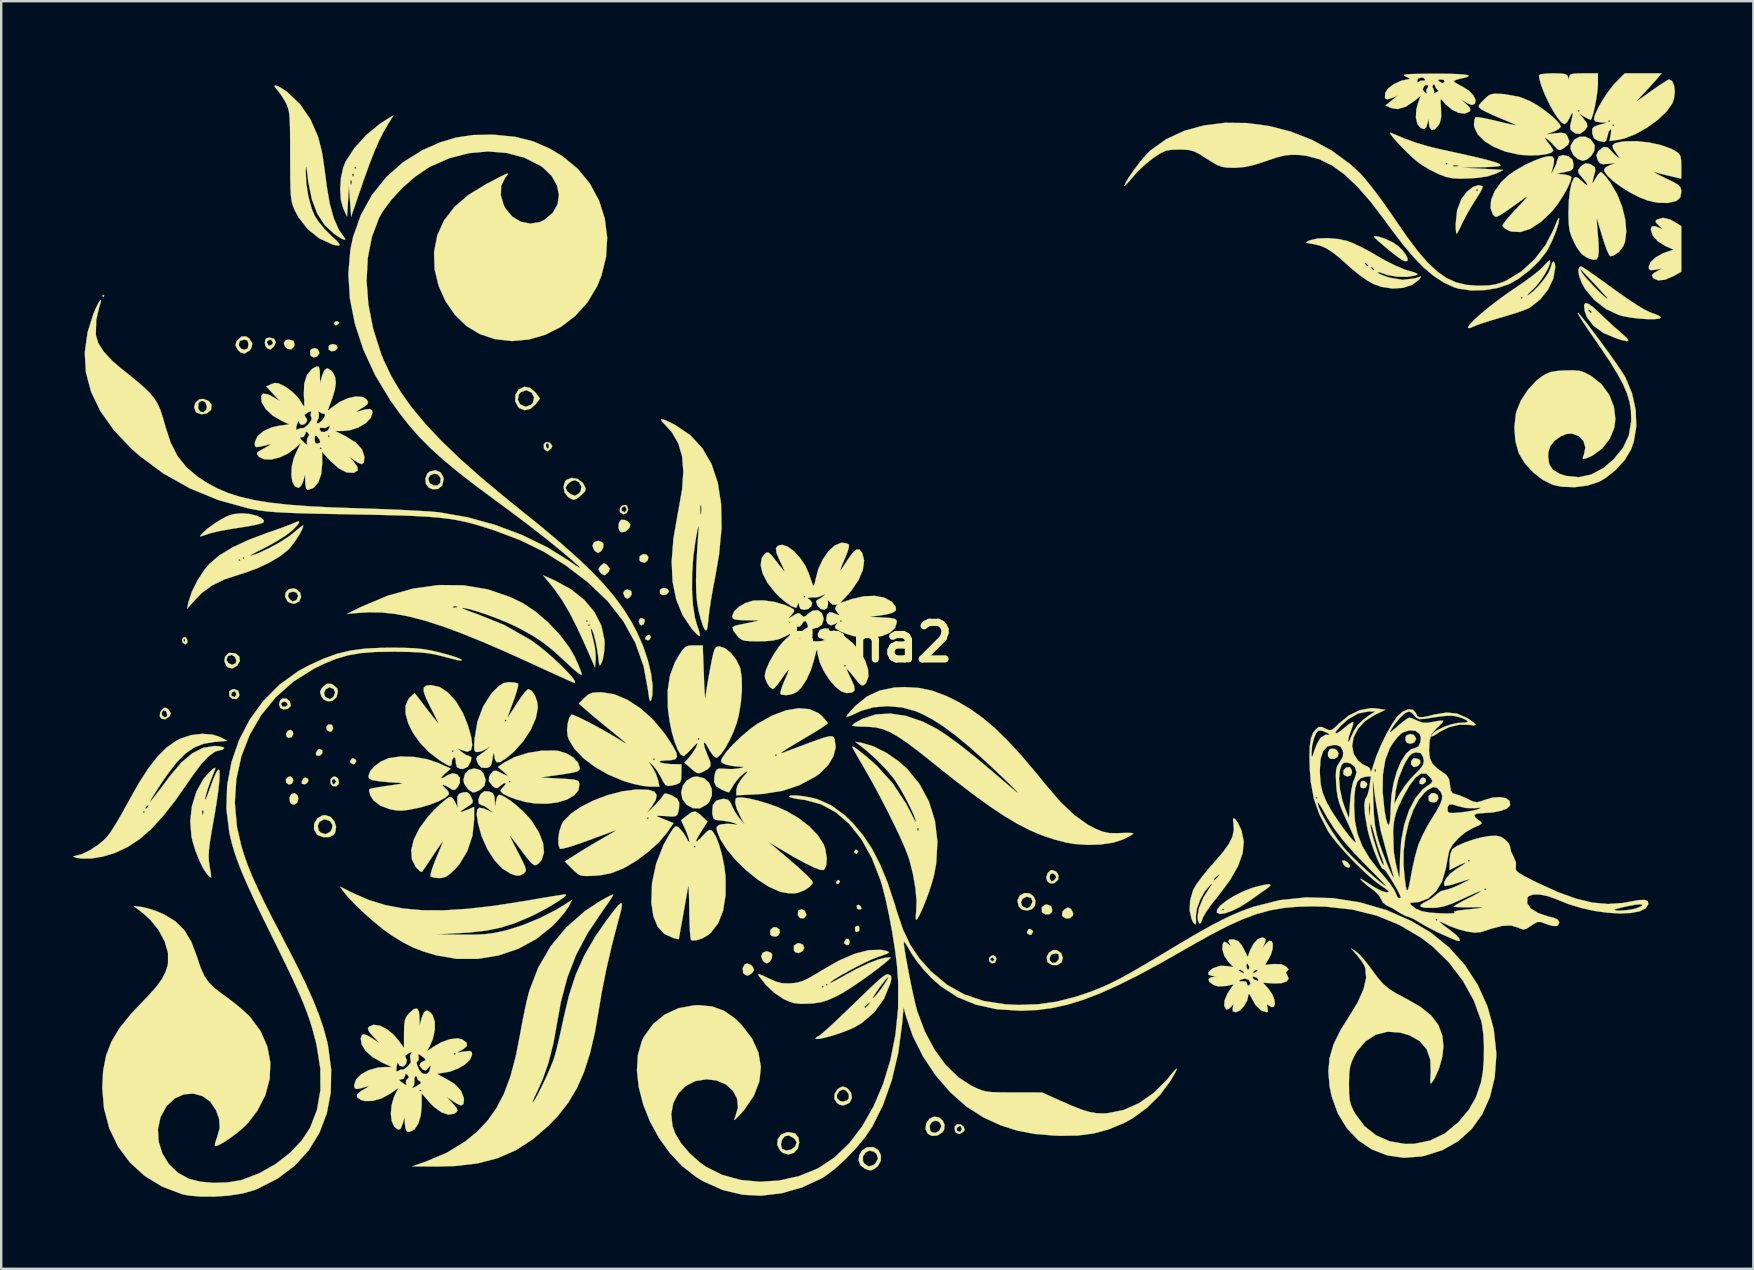
<source format=kicad_pcb>
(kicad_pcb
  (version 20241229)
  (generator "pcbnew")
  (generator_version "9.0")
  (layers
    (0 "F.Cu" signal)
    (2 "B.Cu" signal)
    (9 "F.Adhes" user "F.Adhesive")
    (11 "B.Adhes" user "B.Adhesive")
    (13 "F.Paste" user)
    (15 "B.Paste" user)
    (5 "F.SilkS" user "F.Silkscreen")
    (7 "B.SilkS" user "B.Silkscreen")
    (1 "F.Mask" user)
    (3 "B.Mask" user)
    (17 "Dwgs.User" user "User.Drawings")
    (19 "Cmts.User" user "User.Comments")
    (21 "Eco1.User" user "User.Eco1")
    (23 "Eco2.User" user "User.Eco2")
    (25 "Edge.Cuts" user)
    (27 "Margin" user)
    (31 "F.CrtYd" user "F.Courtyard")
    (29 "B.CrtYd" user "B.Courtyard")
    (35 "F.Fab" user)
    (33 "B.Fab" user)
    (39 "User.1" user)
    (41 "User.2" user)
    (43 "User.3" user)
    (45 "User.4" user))
  (footprint "hana2"
    (layer "F.Cu")
    (at 33.128 23.712)
    (property "Reference" "hana2" (at 0 0 0) (layer "F.SilkS") (effects (font (size 1.524 1.524) (thickness 0.3))))
    (attr through_hole)
    (fp_poly (pts (xy -31.835 -14.436) (xy -31.877 -14.393) (xy -31.919 -14.436) (xy -31.877 -14.478) (xy -31.835 -14.436)) (stroke (width 0.01) (type solid)) (fill yes) (layer "F.SilkS"))
    (fp_poly (pts (xy -9.059 -0.219) (xy -9.128 -0.102) (xy -9.193 -0.085) (xy -9.292 -0.134) (xy -9.294 -0.185) (xy -9.21 -0.297) (xy -9.108 -0.311) (xy -9.059 -0.219)) (stroke (width 0.01) (type solid)) (fill yes) (layer "F.SilkS"))
    (fp_poly (pts (xy -1.181 9.955) (xy -1.229 10.04) (xy -1.274 10.063) (xy -1.346 10.036) (xy -1.342 9.995) (xy -1.271 9.904) (xy -1.247 9.9) (xy -1.181 9.955)) (stroke (width 0.01) (type solid)) (fill yes) (layer "F.SilkS"))
    (fp_poly (pts (xy -0.831 12.36) (xy -0.778 12.467) (xy -0.811 12.593) (xy -0.889 12.615) (xy -0.996 12.555) (xy -1.001 12.484) (xy -0.928 12.354) (xy -0.831 12.36)) (stroke (width 0.01) (type solid)) (fill yes) (layer "F.SilkS"))
    (fp_poly (pts (xy -0.33 10.982) (xy -0.288 11.088) (xy -0.325 11.125) (xy -0.44 11.118) (xy -0.468 11.087) (xy -0.488 10.967) (xy -0.406 10.935) (xy -0.33 10.982)) (stroke (width 0.01) (type solid)) (fill yes) (layer "F.SilkS"))
    (fp_poly (pts (xy -23.984 5.658) (xy -23.961 5.757) (xy -24.021 5.894) (xy -24.149 5.923) (xy -24.257 5.842) (xy -24.268 5.7) (xy -24.158 5.601) (xy -24.083 5.588) (xy -23.984 5.658)) (stroke (width 0.01) (type solid)) (fill yes) (layer "F.SilkS"))
    (fp_poly (pts (xy -23.983 3.711) (xy -23.961 3.81) (xy -24.022 3.949) (xy -24.155 3.978) (xy -24.237 3.929) (xy -24.26 3.811) (xy -24.185 3.688) (xy -24.079 3.641) (xy -23.983 3.711)) (stroke (width 0.01) (type solid)) (fill yes) (layer "F.SilkS"))
    (fp_poly (pts (xy -23.344 5.683) (xy -23.337 5.794) (xy -23.425 5.893) (xy -23.482 5.912) (xy -23.6 5.895) (xy -23.607 5.786) (xy -23.525 5.656) (xy -23.452 5.63) (xy -23.344 5.683)) (stroke (width 0.01) (type solid)) (fill yes) (layer "F.SilkS"))
    (fp_poly (pts (xy -22.751 4.498) (xy -22.745 4.609) (xy -22.833 4.707) (xy -22.889 4.727) (xy -23.007 4.709) (xy -23.015 4.601) (xy -22.932 4.47) (xy -22.859 4.445) (xy -22.751 4.498)) (stroke (width 0.01) (type solid)) (fill yes) (layer "F.SilkS"))
    (fp_poly (pts (xy -22.048 -13.336) (xy -22.056 -13.293) (xy -22.164 -13.211) (xy -22.188 -13.208) (xy -22.265 -13.273) (xy -22.267 -13.293) (xy -22.198 -13.367) (xy -22.135 -13.377) (xy -22.048 -13.336)) (stroke (width 0.01) (type solid)) (fill yes) (layer "F.SilkS"))
    (fp_poly (pts (xy -21.351 4.894) (xy -21.336 4.953) (xy -21.404 5.065) (xy -21.463 5.08) (xy -21.575 5.012) (xy -21.59 4.953) (xy -21.522 4.841) (xy -21.463 4.826) (xy -21.351 4.894)) (stroke (width 0.01) (type solid)) (fill yes) (layer "F.SilkS"))
    (fp_poly (pts (xy -9.328 -0.951) (xy -9.313 -0.894) (xy -9.36 -0.755) (xy -9.46 -0.708) (xy -9.513 -0.736) (xy -9.568 -0.871) (xy -9.518 -0.988) (xy -9.44 -1.016) (xy -9.328 -0.951)) (stroke (width 0.01) (type solid)) (fill yes) (layer "F.SilkS"))
    (fp_poly (pts (xy -0.426 8.7) (xy -0.423 8.721) (xy -0.488 8.803) (xy -0.508 8.805) (xy -0.59 8.741) (xy -0.593 8.721) (xy -0.528 8.638) (xy -0.508 8.636) (xy -0.426 8.7)) (stroke (width 0.01) (type solid)) (fill yes) (layer "F.SilkS"))
    (fp_poly (pts (xy -0.381 11.853) (xy -0.375 11.994) (xy -0.404 12.037) (xy -0.508 12.068) (xy -0.55 12.023) (xy -0.556 11.882) (xy -0.527 11.839) (xy -0.423 11.808) (xy -0.381 11.853)) (stroke (width 0.01) (type solid)) (fill yes) (layer "F.SilkS"))
    (fp_poly (pts (xy 6.843 12.006) (xy 6.858 12.065) (xy 6.79 12.177) (xy 6.731 12.192) (xy 6.619 12.124) (xy 6.604 12.065) (xy 6.672 11.953) (xy 6.731 11.938) (xy 6.843 12.006)) (stroke (width 0.01) (type solid)) (fill yes) (layer "F.SilkS"))
    (fp_poly (pts (xy 20.763 5.857) (xy 20.786 5.927) (xy 20.715 6.046) (xy 20.637 6.08) (xy 20.517 6.05) (xy 20.489 5.927) (xy 20.532 5.788) (xy 20.637 5.773) (xy 20.763 5.857)) (stroke (width 0.01) (type solid)) (fill yes) (layer "F.SilkS"))
    (fp_poly (pts (xy 23.223 5.683) (xy 23.229 5.794) (xy 23.141 5.893) (xy 23.085 5.912) (xy 22.967 5.895) (xy 22.959 5.786) (xy 23.042 5.656) (xy 23.115 5.63) (xy 23.223 5.683)) (stroke (width 0.01) (type solid)) (fill yes) (layer "F.SilkS"))
    (fp_poly (pts (xy -23.95 -12.561) (xy -23.905 -12.409) (xy -23.927 -12.327) (xy -24.039 -12.206) (xy -24.196 -12.228) (xy -24.296 -12.315) (xy -24.356 -12.475) (xy -24.269 -12.587) (xy -24.13 -12.615) (xy -23.95 -12.561)) (stroke (width 0.01) (type solid)) (fill yes) (layer "F.SilkS"))
    (fp_poly (pts (xy -23.775 6.382) (xy -23.749 6.519) (xy -23.801 6.685) (xy -23.919 6.763) (xy -24.044 6.732) (xy -24.097 6.653) (xy -24.116 6.456) (xy -24.035 6.314) (xy -23.897 6.281) (xy -23.775 6.382)) (stroke (width 0.01) (type solid)) (fill yes) (layer "F.SilkS"))
    (fp_poly (pts (xy -22.366 3.428) (xy -22.342 3.447) (xy -22.295 3.581) (xy -22.357 3.699) (xy -22.437 3.725) (xy -22.545 3.664) (xy -22.568 3.633) (xy -22.578 3.504) (xy -22.489 3.418) (xy -22.366 3.428)) (stroke (width 0.01) (type solid)) (fill yes) (layer "F.SilkS"))
    (fp_poly (pts (xy -22.184 -12.392) (xy -22.114 -12.296) (xy -22.119 -12.255) (xy -22.224 -12.147) (xy -22.378 -12.128) (xy -22.481 -12.195) (xy -22.484 -12.332) (xy -22.452 -12.38) (xy -22.321 -12.43) (xy -22.184 -12.392)) (stroke (width 0.01) (type solid)) (fill yes) (layer "F.SilkS"))
    (fp_poly (pts (xy -9.885 -2.142) (xy -9.856 -2.007) (xy -9.924 -1.893) (xy -10.037 -1.813) (xy -10.132 -1.872) (xy -10.153 -1.897) (xy -10.214 -2.058) (xy -10.14 -2.176) (xy -10.033 -2.201) (xy -9.885 -2.142)) (stroke (width 0.01) (type solid)) (fill yes) (layer "F.SilkS"))
    (fp_poly (pts (xy -9.253 -3.665) (xy -9.165 -3.564) (xy -9.187 -3.427) (xy -9.303 -3.327) (xy -9.336 -3.318) (xy -9.486 -3.361) (xy -9.538 -3.431) (xy -9.528 -3.584) (xy -9.406 -3.674) (xy -9.253 -3.665)) (stroke (width 0.01) (type solid)) (fill yes) (layer "F.SilkS"))
    (fp_poly (pts (xy -8.383 -2.232) (xy -8.313 -2.136) (xy -8.318 -2.095) (xy -8.423 -1.987) (xy -8.578 -1.968) (xy -8.68 -2.035) (xy -8.684 -2.172) (xy -8.651 -2.22) (xy -8.521 -2.27) (xy -8.383 -2.232)) (stroke (width 0.01) (type solid)) (fill yes) (layer "F.SilkS"))
    (fp_poly (pts (xy -3.71 11.955) (xy -3.686 12.097) (xy -3.767 12.223) (xy -3.863 12.26) (xy -4.025 12.233) (xy -4.088 12.168) (xy -4.088 11.987) (xy -3.967 11.875) (xy -3.842 11.867) (xy -3.71 11.955)) (stroke (width 0.01) (type solid)) (fill yes) (layer "F.SilkS"))
    (fp_poly (pts (xy -2.726 12.592) (xy -2.672 12.73) (xy -2.733 12.859) (xy -2.901 12.948) (xy -3.05 12.906) (xy -3.1 12.831) (xy -3.103 12.647) (xy -2.97 12.542) (xy -2.883 12.531) (xy -2.726 12.592)) (stroke (width 0.01) (type solid)) (fill yes) (layer "F.SilkS"))
    (fp_poly (pts (xy -2.644 11.195) (xy -2.586 11.329) (xy -2.596 11.394) (xy -2.705 11.502) (xy -2.848 11.487) (xy -2.935 11.382) (xy -2.931 11.217) (xy -2.893 11.157) (xy -2.768 11.121) (xy -2.644 11.195)) (stroke (width 0.01) (type solid)) (fill yes) (layer "F.SilkS"))
    (fp_poly (pts (xy 19.85 9.091) (xy 19.975 9.176) (xy 20.059 9.289) (xy 20.066 9.324) (xy 20.016 9.395) (xy 19.9 9.354) (xy 19.81 9.269) (xy 19.745 9.141) (xy 19.756 9.088) (xy 19.85 9.091)) (stroke (width 0.01) (type solid)) (fill yes) (layer "F.SilkS"))
    (fp_poly (pts (xy 23.722 6.367) (xy 23.746 6.509) (xy 23.665 6.635) (xy 23.569 6.672) (xy 23.407 6.645) (xy 23.344 6.58) (xy 23.344 6.399) (xy 23.465 6.287) (xy 23.59 6.279) (xy 23.722 6.367)) (stroke (width 0.01) (type solid)) (fill yes) (layer "F.SilkS"))
    (fp_poly (pts (xy -22.933 -12.206) (xy -22.873 -12.073) (xy -22.876 -12.045) (xy -22.963 -11.91) (xy -23.107 -11.871) (xy -23.232 -11.94) (xy -23.252 -11.98) (xy -23.253 -12.145) (xy -23.216 -12.209) (xy -23.071 -12.263) (xy -22.933 -12.206)) (stroke (width 0.01) (type solid)) (fill yes) (layer "F.SilkS"))
    (fp_poly (pts (xy 7.609 10.988) (xy 7.661 11.154) (xy 7.643 11.239) (xy 7.539 11.33) (xy 7.378 11.334) (xy 7.247 11.256) (xy 7.229 11.222) (xy 7.226 11.039) (xy 7.359 10.933) (xy 7.447 10.922) (xy 7.609 10.988)) (stroke (width 0.01) (type solid)) (fill yes) (layer "F.SilkS"))
    (fp_poly (pts (xy 19.431 4.439) (xy 19.512 4.484) (xy 19.593 4.629) (xy 19.548 4.77) (xy 19.413 4.857) (xy 19.241 4.849) (xy 19.15 4.745) (xy 19.147 4.584) (xy 19.227 4.452) (xy 19.263 4.433) (xy 19.431 4.439)) (stroke (width 0.01) (type solid)) (fill yes) (layer "F.SilkS"))
    (fp_poly (pts (xy 20.062 5.205) (xy 20.137 5.326) (xy 20.151 5.424) (xy 20.089 5.551) (xy 19.954 5.589) (xy 19.822 5.529) (xy 19.784 5.467) (xy 19.799 5.326) (xy 19.906 5.215) (xy 20.04 5.194) (xy 20.062 5.205)) (stroke (width 0.01) (type solid)) (fill yes) (layer "F.SilkS"))
    (fp_poly (pts (xy 22.732 3.863) (xy 22.816 3.997) (xy 22.818 4.023) (xy 22.752 4.163) (xy 22.606 4.224) (xy 22.454 4.193) (xy 22.383 4.107) (xy 22.38 3.943) (xy 22.416 3.881) (xy 22.573 3.815) (xy 22.732 3.863)) (stroke (width 0.01) (type solid)) (fill yes) (layer "F.SilkS"))
    (fp_poly (pts (xy 22.935 4.869) (xy 22.992 4.919) (xy 22.989 5.042) (xy 22.886 5.155) (xy 22.746 5.197) (xy 22.712 5.19) (xy 22.613 5.086) (xy 22.617 4.942) (xy 22.709 4.838) (xy 22.77 4.826) (xy 22.935 4.869)) (stroke (width 0.01) (type solid)) (fill yes) (layer "F.SilkS"))
    (fp_poly (pts (xy -11.097 -4.178) (xy -11.037 -4.105) (xy -11.046 -3.951) (xy -11.137 -3.796) (xy -11.26 -3.725) (xy -11.261 -3.725) (xy -11.362 -3.783) (xy -11.429 -3.851) (xy -11.496 -4.029) (xy -11.427 -4.176) (xy -11.261 -4.233) (xy -11.097 -4.178)) (stroke (width 0.01) (type solid)) (fill yes) (layer "F.SilkS"))
    (fp_poly (pts (xy -4.9 13.437) (xy -4.826 13.504) (xy -4.763 13.64) (xy -4.826 13.758) (xy -4.972 13.866) (xy -5.051 13.885) (xy -5.183 13.817) (xy -5.219 13.758) (xy -5.234 13.566) (xy -5.154 13.418) (xy -5.051 13.377) (xy -4.9 13.437)) (stroke (width 0.01) (type solid)) (fill yes) (layer "F.SilkS"))
    (fp_poly (pts (xy -4.069 12.924) (xy -4.01 12.997) (xy -4.018 13.152) (xy -4.109 13.307) (xy -4.233 13.377) (xy -4.233 13.377) (xy -4.335 13.32) (xy -4.402 13.251) (xy -4.468 13.074) (xy -4.399 12.927) (xy -4.233 12.869) (xy -4.069 12.924)) (stroke (width 0.01) (type solid)) (fill yes) (layer "F.SilkS"))
    (fp_poly (pts (xy 8.428 11.102) (xy 8.453 11.126) (xy 8.531 11.285) (xy 8.523 11.381) (xy 8.407 11.491) (xy 8.236 11.504) (xy 8.094 11.42) (xy 8.069 11.375) (xy 8.088 11.212) (xy 8.174 11.121) (xy 8.315 11.048) (xy 8.428 11.102)) (stroke (width 0.01) (type solid)) (fill yes) (layer "F.SilkS"))
    (fp_poly (pts (xy -10.139 -5.098) (xy -10.02 -5.037) (xy -9.915 -4.916) (xy -9.953 -4.775) (xy -9.957 -4.767) (xy -10.104 -4.624) (xy -10.269 -4.585) (xy -10.355 -4.626) (xy -10.412 -4.772) (xy -10.397 -4.958) (xy -10.32 -5.093) (xy -10.295 -5.107) (xy -10.139 -5.098)) (stroke (width 0.01) (type solid)) (fill yes) (layer "F.SilkS"))
    (fp_poly (pts (xy -10.931 -3.259) (xy -10.866 -3.197) (xy -10.774 -3.067) (xy -10.816 -2.947) (xy -10.834 -2.925) (xy -10.952 -2.817) (xy -11.007 -2.794) (xy -11.107 -2.852) (xy -11.18 -2.925) (xy -11.242 -3.05) (xy -11.17 -3.174) (xy -11.148 -3.197) (xy -11.029 -3.292) (xy -10.931 -3.259)) (stroke (width 0.01) (type solid)) (fill yes) (layer "F.SilkS"))
    (fp_poly (pts (xy 30.089 -20.961) (xy 30.246 -20.738) (xy 30.261 -20.693) (xy 30.246 -20.484) (xy 30.12 -20.271) (xy 29.929 -20.113) (xy 29.76 -20.066) (xy 29.56 -20.134) (xy 29.384 -20.291) (xy 29.257 -20.537) (xy 29.259 -20.693) (xy 29.401 -20.934) (xy 29.619 -21.059) (xy 29.864 -21.068) (xy 30.089 -20.961)) (stroke (width 0.01) (type solid)) (fill yes) (layer "F.SilkS"))
    (fp_poly (pts (xy -16.187 5.314) (xy -16.037 5.46) (xy -15.942 5.728) (xy -15.997 5.974) (xy -16.191 6.154) (xy -16.216 6.166) (xy -16.391 6.243) (xy -16.494 6.247) (xy -16.611 6.169) (xy -16.681 6.112) (xy -16.84 5.884) (xy -16.87 5.716) (xy -16.802 5.468) (xy -16.633 5.309) (xy -16.412 5.252) (xy -16.187 5.314)) (stroke (width 0.01) (type solid)) (fill yes) (layer "F.SilkS"))
    (fp_poly (pts (xy -6.853 5.659) (xy -6.643 5.845) (xy -6.526 6.1) (xy -6.518 6.383) (xy -6.634 6.65) (xy -6.731 6.752) (xy -7.018 6.916) (xy -7.308 6.91) (xy -7.566 6.767) (xy -7.748 6.533) (xy -7.799 6.258) (xy -7.734 5.984) (xy -7.569 5.754) (xy -7.32 5.613) (xy -7.142 5.588) (xy -6.853 5.659)) (stroke (width 0.01) (type solid)) (fill yes) (layer "F.SilkS"))
    (fp_poly (pts (xy -28.442 -0.208) (xy -28.374 -0.103) (xy -28.375 0.024) (xy -28.443 0.085) (xy -28.558 0.023) (xy -28.575 0) (xy -28.586 -0.085) (xy -28.533 -0.085) (xy -28.502 -0.015) (xy -28.476 -0.028) (xy -28.466 -0.129) (xy -28.476 -0.141) (xy -28.527 -0.129) (xy -28.533 -0.085) (xy -28.586 -0.085) (xy -28.592 -0.126) (xy -28.524 -0.214) (xy -28.442 -0.208)) (stroke (width 0.01) (type solid)) (fill yes) (layer "F.SilkS"))
    (fp_poly (pts (xy -13.273 -8.315) (xy -13.253 -8.299) (xy -13.169 -8.18) (xy -13.217 -8.074) (xy -13.365 -7.966) (xy -13.482 -8.021) (xy -13.518 -8.091) (xy -13.521 -8.21) (xy -13.441 -8.21) (xy -13.413 -8.117) (xy -13.348 -8.053) (xy -13.311 -8.116) (xy -13.31 -8.248) (xy -13.326 -8.274) (xy -13.408 -8.294) (xy -13.441 -8.21) (xy -13.521 -8.21) (xy -13.522 -8.259) (xy -13.422 -8.347) (xy -13.273 -8.315)) (stroke (width 0.01) (type solid)) (fill yes) (layer "F.SilkS"))
    (fp_poly (pts (xy 5.311 13.109) (xy 5.334 13.208) (xy 5.274 13.344) (xy 5.145 13.374) (xy 5.038 13.293) (xy 5.031 13.208) (xy 5.08 13.208) (xy 5.144 13.29) (xy 5.165 13.293) (xy 5.247 13.228) (xy 5.249 13.208) (xy 5.185 13.126) (xy 5.165 13.123) (xy 5.082 13.188) (xy 5.08 13.208) (xy 5.031 13.208) (xy 5.027 13.151) (xy 5.137 13.051) (xy 5.212 13.039) (xy 5.311 13.109)) (stroke (width 0.01) (type solid)) (fill yes) (layer "F.SilkS"))
    (fp_poly (pts (xy 21.246 -16.905) (xy 21.504 -16.823) (xy 21.797 -16.69) (xy 21.881 -16.644) (xy 22.098 -16.487) (xy 22.277 -16.307) (xy 22.405 -16.129) (xy 22.469 -15.982) (xy 22.457 -15.89) (xy 22.356 -15.881) (xy 22.223 -15.939) (xy 22.082 -16.035) (xy 21.856 -16.209) (xy 21.586 -16.429) (xy 21.505 -16.497) (xy 21.243 -16.72) (xy 21.1 -16.854) (xy 21.062 -16.917) (xy 21.119 -16.926) (xy 21.246 -16.905)) (stroke (width 0.01) (type solid)) (fill yes) (layer "F.SilkS"))
    (fp_poly (pts (xy -22.102 5.657) (xy -22.058 5.82) (xy -22.075 5.905) (xy -22.176 6.001) (xy -22.317 5.986) (xy -22.404 5.888) (xy -22.406 5.8) (xy -22.352 5.8) (xy -22.309 5.905) (xy -22.261 5.91) (xy -22.174 5.823) (xy -22.17 5.8) (xy -22.236 5.7) (xy -22.261 5.689) (xy -22.338 5.73) (xy -22.352 5.8) (xy -22.406 5.8) (xy -22.408 5.709) (xy -22.295 5.599) (xy -22.229 5.588) (xy -22.102 5.657)) (stroke (width 0.01) (type solid)) (fill yes) (layer "F.SilkS"))
    (fp_poly (pts (xy -10.061 -5.692) (xy -10.007 -5.546) (xy -10.061 -5.399) (xy -10.191 -5.334) (xy -10.325 -5.402) (xy -10.358 -5.455) (xy -10.354 -5.508) (xy -10.292 -5.508) (xy -10.271 -5.473) (xy -10.148 -5.421) (xy -10.078 -5.512) (xy -10.075 -5.546) (xy -10.118 -5.658) (xy -10.155 -5.673) (xy -10.266 -5.617) (xy -10.292 -5.508) (xy -10.354 -5.508) (xy -10.347 -5.599) (xy -10.245 -5.705) (xy -10.112 -5.724) (xy -10.061 -5.692)) (stroke (width 0.01) (type solid)) (fill yes) (layer "F.SilkS"))
    (fp_poly (pts (xy 3.847 20.084) (xy 3.967 20.178) (xy 4.013 20.311) (xy 3.96 20.39) (xy 3.791 20.484) (xy 3.65 20.429) (xy 3.607 20.355) (xy 3.605 20.315) (xy 3.678 20.315) (xy 3.699 20.351) (xy 3.822 20.402) (xy 3.892 20.311) (xy 3.895 20.278) (xy 3.852 20.165) (xy 3.815 20.151) (xy 3.704 20.207) (xy 3.678 20.315) (xy 3.605 20.315) (xy 3.597 20.175) (xy 3.694 20.076) (xy 3.847 20.084)) (stroke (width 0.01) (type solid)) (fill yes) (layer "F.SilkS"))
    (fp_poly (pts (xy -26.258 2.014) (xy -26.206 2.179) (xy -26.224 2.265) (xy -26.327 2.358) (xy -26.483 2.355) (xy -26.606 2.262) (xy -26.619 2.236) (xy -26.621 2.197) (xy -26.548 2.197) (xy -26.527 2.232) (xy -26.404 2.283) (xy -26.334 2.193) (xy -26.331 2.159) (xy -26.374 2.046) (xy -26.411 2.032) (xy -26.522 2.088) (xy -26.548 2.197) (xy -26.621 2.197) (xy -26.631 2.05) (xy -26.502 1.956) (xy -26.42 1.947) (xy -26.258 2.014)) (stroke (width 0.01) (type solid)) (fill yes) (layer "F.SilkS"))
    (fp_poly (pts (xy -24.242 2.343) (xy -24.106 2.457) (xy -24.063 2.62) (xy -24.073 2.66) (xy -24.19 2.767) (xy -24.368 2.793) (xy -24.497 2.738) (xy -24.554 2.582) (xy -24.469 2.582) (xy -24.41 2.677) (xy -24.291 2.687) (xy -24.197 2.61) (xy -24.189 2.583) (xy -24.244 2.5) (xy -24.32 2.471) (xy -24.446 2.504) (xy -24.469 2.582) (xy -24.554 2.582) (xy -24.554 2.58) (xy -24.503 2.41) (xy -24.411 2.334) (xy -24.242 2.343)) (stroke (width 0.01) (type solid)) (fill yes) (layer "F.SilkS"))
    (fp_poly (pts (xy -29.217 2.755) (xy -29.154 2.814) (xy -29.062 2.945) (xy -29.104 3.064) (xy -29.122 3.086) (xy -29.288 3.203) (xy -29.443 3.185) (xy -29.521 3.084) (xy -29.509 2.947) (xy -29.443 2.947) (xy -29.422 3.048) (xy -29.314 3.129) (xy -29.225 3.081) (xy -29.21 3.011) (xy -29.258 2.869) (xy -29.289 2.84) (xy -29.389 2.846) (xy -29.443 2.947) (xy -29.509 2.947) (xy -29.507 2.925) (xy -29.433 2.812) (xy -29.315 2.719) (xy -29.217 2.755)) (stroke (width 0.01) (type solid)) (fill yes) (layer "F.SilkS"))
    (fp_poly (pts (xy 7.825 9.55) (xy 7.924 9.706) (xy 7.909 9.88) (xy 7.902 9.892) (xy 7.741 10.037) (xy 7.56 10.036) (xy 7.458 9.957) (xy 7.42 9.824) (xy 7.554 9.824) (xy 7.567 9.868) (xy 7.635 9.961) (xy 7.744 9.908) (xy 7.749 9.904) (xy 7.829 9.788) (xy 7.777 9.68) (xy 7.659 9.616) (xy 7.569 9.678) (xy 7.554 9.824) (xy 7.42 9.824) (xy 7.411 9.794) (xy 7.465 9.615) (xy 7.59 9.496) (xy 7.655 9.483) (xy 7.825 9.55)) (stroke (width 0.01) (type solid)) (fill yes) (layer "F.SilkS"))
    (fp_poly (pts (xy -27.487 -10.06) (xy -27.366 -9.901) (xy -27.38 -9.708) (xy -27.399 -9.673) (xy -27.565 -9.54) (xy -27.786 -9.502) (xy -27.983 -9.569) (xy -28.023 -9.608) (xy -28.077 -9.758) (xy -27.926 -9.758) (xy -27.845 -9.616) (xy -27.707 -9.583) (xy -27.585 -9.684) (xy -27.559 -9.821) (xy -27.611 -9.987) (xy -27.729 -10.065) (xy -27.854 -10.034) (xy -27.907 -9.955) (xy -27.926 -9.758) (xy -28.077 -9.758) (xy -28.092 -9.799) (xy -28.033 -9.988) (xy -27.881 -10.12) (xy -27.715 -10.144) (xy -27.487 -10.06)) (stroke (width 0.01) (type solid)) (fill yes) (layer "F.SilkS"))
    (fp_poly (pts (xy -26.36 0.462) (xy -26.212 0.587) (xy -26.182 0.77) (xy -26.295 0.968) (xy -26.496 1.09) (xy -26.681 1.046) (xy -26.751 0.978) (xy -26.832 0.782) (xy -26.822 0.723) (xy -26.743 0.723) (xy -26.674 0.864) (xy -26.515 0.931) (xy -26.503 0.931) (xy -26.36 0.873) (xy -26.331 0.759) (xy -26.392 0.596) (xy -26.53 0.521) (xy -26.679 0.568) (xy -26.687 0.576) (xy -26.743 0.723) (xy -26.822 0.723) (xy -26.798 0.586) (xy -26.665 0.456) (xy -26.602 0.438) (xy -26.36 0.462)) (stroke (width 0.01) (type solid)) (fill yes) (layer "F.SilkS"))
    (fp_poly (pts (xy -25.791 -12.656) (xy -25.666 -12.452) (xy -25.708 -12.252) (xy -25.787 -12.156) (xy -25.983 -12.034) (xy -26.164 -12.081) (xy -26.283 -12.209) (xy -26.362 -12.361) (xy -26.23 -12.361) (xy -26.128 -12.229) (xy -25.995 -12.192) (xy -25.861 -12.24) (xy -25.823 -12.404) (xy -25.864 -12.571) (xy -25.988 -12.615) (xy -26.151 -12.574) (xy -26.207 -12.527) (xy -26.23 -12.361) (xy -26.362 -12.361) (xy -26.367 -12.372) (xy -26.334 -12.513) (xy -26.299 -12.569) (xy -26.119 -12.74) (xy -25.925 -12.747) (xy -25.791 -12.656)) (stroke (width 0.01) (type solid)) (fill yes) (layer "F.SilkS"))
    (fp_poly (pts (xy -24.753 -12.643) (xy -24.685 -12.505) (xy -24.763 -12.334) (xy -24.775 -12.321) (xy -24.883 -12.221) (xy -24.919 -12.199) (xy -24.998 -12.231) (xy -25.04 -12.248) (xy -25.122 -12.356) (xy -25.145 -12.488) (xy -25.061 -12.488) (xy -24.994 -12.376) (xy -24.934 -12.361) (xy -24.822 -12.429) (xy -24.807 -12.488) (xy -24.875 -12.601) (xy -24.934 -12.615) (xy -25.047 -12.548) (xy -25.061 -12.488) (xy -25.145 -12.488) (xy -25.146 -12.495) (xy -25.108 -12.654) (xy -24.962 -12.7) (xy -24.943 -12.7) (xy -24.753 -12.643)) (stroke (width 0.01) (type solid)) (fill yes) (layer "F.SilkS"))
    (fp_poly (pts (xy -23.831 -2.216) (xy -23.671 -2.072) (xy -23.634 -1.886) (xy -23.71 -1.715) (xy -23.885 -1.616) (xy -23.961 -1.609) (xy -24.138 -1.665) (xy -24.198 -1.71) (xy -24.301 -1.902) (xy -24.297 -1.932) (xy -24.185 -1.932) (xy -24.127 -1.817) (xy -23.992 -1.704) (xy -23.866 -1.742) (xy -23.815 -1.788) (xy -23.754 -1.938) (xy -23.824 -2.07) (xy -23.965 -2.117) (xy -24.139 -2.063) (xy -24.185 -1.932) (xy -24.297 -1.932) (xy -24.272 -2.086) (xy -24.142 -2.216) (xy -23.945 -2.249) (xy -23.831 -2.216)) (stroke (width 0.01) (type solid)) (fill yes) (layer "F.SilkS"))
    (fp_poly (pts (xy 7.854 12.821) (xy 8.029 12.946) (xy 8.102 13.137) (xy 8.049 13.328) (xy 8.04 13.339) (xy 7.861 13.446) (xy 7.647 13.443) (xy 7.477 13.335) (xy 7.455 13.301) (xy 7.438 13.165) (xy 7.548 13.165) (xy 7.57 13.261) (xy 7.672 13.359) (xy 7.809 13.34) (xy 7.92 13.224) (xy 7.943 13.144) (xy 7.927 12.994) (xy 7.8 12.954) (xy 7.61 13.012) (xy 7.548 13.165) (xy 7.438 13.165) (xy 7.431 13.107) (xy 7.527 12.928) (xy 7.696 12.82) (xy 7.854 12.821)) (stroke (width 0.01) (type solid)) (fill yes) (layer "F.SilkS"))
    (fp_poly (pts (xy -25.785 -5.349) (xy -25.512 -5.282) (xy -25.301 -5.189) (xy -25.186 -5.086) (xy -25.202 -4.991) (xy -25.312 -4.948) (xy -25.551 -4.892) (xy -25.881 -4.829) (xy -26.163 -4.784) (xy -26.689 -4.701) (xy -27.087 -4.626) (xy -27.399 -4.55) (xy -27.665 -4.464) (xy -27.728 -4.441) (xy -27.834 -4.407) (xy -27.83 -4.445) (xy -27.712 -4.58) (xy -27.712 -4.58) (xy -27.54 -4.732) (xy -27.282 -4.922) (xy -27.042 -5.078) (xy -26.725 -5.252) (xy -26.457 -5.342) (xy -26.161 -5.372) (xy -26.082 -5.374) (xy -25.785 -5.349)) (stroke (width 0.01) (type solid)) (fill yes) (layer "F.SilkS"))
    (fp_poly (pts (xy -17.828 -7.086) (xy -17.709 -6.889) (xy -17.695 -6.778) (xy -17.761 -6.528) (xy -17.931 -6.389) (xy -18.166 -6.382) (xy -18.309 -6.441) (xy -18.432 -6.598) (xy -18.456 -6.815) (xy -18.455 -6.817) (xy -18.338 -6.817) (xy -18.285 -6.643) (xy -18.279 -6.636) (xy -18.118 -6.534) (xy -17.944 -6.54) (xy -17.834 -6.646) (xy -17.821 -6.857) (xy -17.939 -6.996) (xy -18.076 -7.027) (xy -18.258 -6.965) (xy -18.338 -6.817) (xy -18.455 -6.817) (xy -18.383 -7.021) (xy -18.277 -7.118) (xy -18.033 -7.171) (xy -17.828 -7.086)) (stroke (width 0.01) (type solid)) (fill yes) (layer "F.SilkS"))
    (fp_poly (pts (xy 6.717 10.456) (xy 6.88 10.58) (xy 6.964 10.766) (xy 6.944 10.966) (xy 6.822 11.111) (xy 6.609 11.175) (xy 6.392 11.125) (xy 6.264 11.003) (xy 6.225 10.832) (xy 6.359 10.832) (xy 6.404 10.98) (xy 6.448 11.016) (xy 6.604 11.084) (xy 6.723 11.021) (xy 6.772 10.965) (xy 6.841 10.789) (xy 6.778 10.647) (xy 6.611 10.596) (xy 6.584 10.599) (xy 6.426 10.682) (xy 6.359 10.832) (xy 6.225 10.832) (xy 6.209 10.759) (xy 6.3 10.555) (xy 6.497 10.444) (xy 6.717 10.456)) (stroke (width 0.01) (type solid)) (fill yes) (layer "F.SilkS"))
    (fp_poly (pts (xy 2.938 19.793) (xy 3.096 19.921) (xy 3.179 20.106) (xy 3.152 20.311) (xy 3.085 20.411) (xy 2.875 20.546) (xy 2.64 20.561) (xy 2.472 20.472) (xy 2.378 20.272) (xy 2.397 20.141) (xy 2.554 20.141) (xy 2.572 20.323) (xy 2.634 20.41) (xy 2.805 20.434) (xy 2.959 20.341) (xy 3.034 20.175) (xy 3.032 20.124) (xy 2.948 19.973) (xy 2.797 19.926) (xy 2.644 19.979) (xy 2.555 20.132) (xy 2.554 20.141) (xy 2.397 20.141) (xy 2.412 20.036) (xy 2.54 19.854) (xy 2.741 19.759) (xy 2.938 19.793)) (stroke (width 0.01) (type solid)) (fill yes) (layer "F.SilkS"))
    (fp_poly (pts (xy -22.408 1.723) (xy -22.313 1.761) (xy -22.134 1.914) (xy -22.098 2.056) (xy -22.16 2.286) (xy -22.314 2.425) (xy -22.508 2.46) (xy -22.694 2.377) (xy -22.792 2.24) (xy -22.829 2.116) (xy -22.681 2.116) (xy -22.632 2.263) (xy -22.593 2.296) (xy -22.437 2.364) (xy -22.319 2.302) (xy -22.276 2.254) (xy -22.215 2.084) (xy -22.28 1.937) (xy -22.437 1.877) (xy -22.468 1.879) (xy -22.619 1.964) (xy -22.681 2.116) (xy -22.829 2.116) (xy -22.844 2.064) (xy -22.784 1.924) (xy -22.709 1.844) (xy -22.555 1.723) (xy -22.408 1.723)) (stroke (width 0.01) (type solid)) (fill yes) (layer "F.SilkS"))
    (fp_poly (pts (xy -0.923 18.551) (xy -0.864 18.59) (xy -0.717 18.771) (xy -0.686 18.983) (xy -0.773 19.166) (xy -0.841 19.216) (xy -1.039 19.295) (xy -1.197 19.263) (xy -1.304 19.193) (xy -1.416 19.022) (xy -1.407 18.86) (xy -1.311 18.86) (xy -1.305 18.997) (xy -1.187 19.106) (xy -1.058 19.135) (xy -0.885 19.081) (xy -0.812 18.997) (xy -0.818 18.819) (xy -0.931 18.671) (xy -1.058 18.627) (xy -1.218 18.698) (xy -1.311 18.86) (xy -1.407 18.86) (xy -1.404 18.807) (xy -1.275 18.613) (xy -1.224 18.574) (xy -1.069 18.504) (xy -0.923 18.551)) (stroke (width 0.01) (type solid)) (fill yes) (layer "F.SilkS"))
    (fp_poly (pts (xy 16.763 10.111) (xy 16.671 10.209) (xy 16.585 10.271) (xy 16.353 10.432) (xy 16.062 10.638) (xy 15.871 10.775) (xy 15.515 11.004) (xy 15.169 11.178) (xy 14.867 11.285) (xy 14.638 11.314) (xy 14.519 11.259) (xy 14.53 11.134) (xy 14.732 11.134) (xy 14.774 11.176) (xy 14.817 11.134) (xy 14.774 11.091) (xy 14.732 11.134) (xy 14.53 11.134) (xy 14.531 11.13) (xy 14.672 10.96) (xy 14.913 10.767) (xy 15.228 10.57) (xy 15.586 10.389) (xy 15.958 10.242) (xy 16.129 10.19) (xy 16.495 10.102) (xy 16.705 10.076) (xy 16.763 10.111)) (stroke (width 0.01) (type solid)) (fill yes) (layer "F.SilkS"))
    (fp_poly (pts (xy 25.583 -19.008) (xy 25.592 -18.999) (xy 25.574 -18.909) (xy 25.476 -18.722) (xy 25.321 -18.476) (xy 25.311 -18.461) (xy 25.095 -18.119) (xy 24.883 -17.743) (xy 24.76 -17.496) (xy 24.64 -17.247) (xy 24.547 -17.074) (xy 24.505 -17.018) (xy 24.484 -17.094) (xy 24.471 -17.287) (xy 24.469 -17.42) (xy 24.529 -18.006) (xy 24.71 -18.478) (xy 24.935 -18.771) (xy 25.02 -18.838) (xy 25.315 -18.838) (xy 25.358 -18.796) (xy 25.4 -18.838) (xy 25.358 -18.881) (xy 25.315 -18.838) (xy 25.02 -18.838) (xy 25.186 -18.968) (xy 25.413 -19.051) (xy 25.583 -19.008)) (stroke (width 0.01) (type solid)) (fill yes) (layer "F.SilkS"))
    (fp_poly (pts (xy -22.407 7.27) (xy -22.249 7.452) (xy -22.176 7.687) (xy -22.211 7.92) (xy -22.284 8.026) (xy -22.474 8.114) (xy -22.721 8.114) (xy -22.94 8.029) (xy -22.981 7.995) (xy -23.098 7.778) (xy -23.089 7.646) (xy -22.94 7.646) (xy -22.9 7.835) (xy -22.817 7.927) (xy -22.614 7.992) (xy -22.429 7.898) (xy -22.353 7.791) (xy -22.328 7.601) (xy -22.431 7.446) (xy -22.622 7.376) (xy -22.695 7.379) (xy -22.866 7.472) (xy -22.94 7.646) (xy -23.089 7.646) (xy -23.083 7.542) (xy -22.958 7.337) (xy -22.747 7.212) (xy -22.627 7.197) (xy -22.407 7.27)) (stroke (width 0.01) (type solid)) (fill yes) (layer "F.SilkS"))
    (fp_poly (pts (xy -14.094 -10.604) (xy -13.867 -10.407) (xy -13.856 -10.393) (xy -13.683 -10.16) (xy -13.856 -9.927) (xy -14.076 -9.731) (xy -14.317 -9.671) (xy -14.539 -9.756) (xy -14.588 -9.803) (xy -14.714 -10.049) (xy -14.712 -10.108) (xy -14.604 -10.108) (xy -14.511 -9.921) (xy -14.318 -9.825) (xy -14.266 -9.821) (xy -14.061 -9.89) (xy -13.97 -9.991) (xy -13.929 -10.212) (xy -14.022 -10.399) (xy -14.215 -10.495) (xy -14.266 -10.499) (xy -14.471 -10.43) (xy -14.563 -10.329) (xy -14.604 -10.108) (xy -14.712 -10.108) (xy -14.705 -10.317) (xy -14.57 -10.535) (xy -14.338 -10.648) (xy -14.094 -10.604)) (stroke (width 0.01) (type solid)) (fill yes) (layer "F.SilkS"))
    (fp_poly (pts (xy 30.011 -14.099) (xy 30.242 -13.923) (xy 30.444 -13.734) (xy 30.75 -13.442) (xy 31.078 -13.141) (xy 31.359 -12.895) (xy 31.369 -12.887) (xy 31.589 -12.689) (xy 31.668 -12.578) (xy 31.601 -12.548) (xy 31.385 -12.593) (xy 31.2 -12.649) (xy 30.635 -12.884) (xy 30.212 -13.185) (xy 29.938 -13.544) (xy 29.844 -13.807) (xy 29.837 -13.861) (xy 29.986 -13.861) (xy 30.006 -13.814) (xy 30.091 -13.723) (xy 30.141 -13.742) (xy 30.141 -13.753) (xy 30.081 -13.825) (xy 30.044 -13.851) (xy 29.986 -13.861) (xy 29.837 -13.861) (xy 29.817 -14.041) (xy 29.871 -14.138) (xy 30.011 -14.099)) (stroke (width 0.01) (type solid)) (fill yes) (layer "F.SilkS"))
    (fp_poly (pts (xy -3.05 20.463) (xy -2.908 20.639) (xy -2.879 20.839) (xy -2.944 21.099) (xy -3.111 21.271) (xy -3.332 21.335) (xy -3.562 21.272) (xy -3.67 21.181) (xy -3.796 20.941) (xy -3.795 20.917) (xy -3.643 20.917) (xy -3.601 21.09) (xy -3.584 21.11) (xy -3.42 21.171) (xy -3.217 21.132) (xy -3.057 21.01) (xy -3.04 20.982) (xy -2.989 20.829) (xy -3.057 20.707) (xy -3.129 20.644) (xy -3.31 20.544) (xy -3.474 20.576) (xy -3.479 20.578) (xy -3.597 20.717) (xy -3.643 20.917) (xy -3.795 20.917) (xy -3.779 20.703) (xy -3.639 20.511) (xy -3.397 20.41) (xy -3.313 20.405) (xy -3.05 20.463)) (stroke (width 0.01) (type solid)) (fill yes) (layer "F.SilkS"))
    (fp_poly (pts (xy 0.205 21.03) (xy 0.418 21.155) (xy 0.523 21.362) (xy 0.518 21.6) (xy 0.398 21.819) (xy 0.258 21.927) (xy 0.131 21.991) (xy 0.04 21.996) (xy -0.105 21.943) (xy -0.141 21.929) (xy -0.334 21.781) (xy -0.397 21.606) (xy -0.228 21.606) (xy -0.166 21.721) (xy 0.01 21.835) (xy 0.205 21.782) (xy 0.295 21.707) (xy 0.401 21.509) (xy 0.345 21.318) (xy 0.233 21.219) (xy 0.043 21.175) (xy -0.121 21.256) (xy -0.223 21.415) (xy -0.228 21.606) (xy -0.397 21.606) (xy -0.407 21.577) (xy -0.376 21.356) (xy -0.256 21.163) (xy -0.064 21.039) (xy 0.184 21.026) (xy 0.205 21.03)) (stroke (width 0.01) (type solid)) (fill yes) (layer "F.SilkS"))
    (fp_poly (pts (xy -12.116 -6.809) (xy -11.908 -6.655) (xy -11.856 -6.578) (xy -11.78 -6.413) (xy -11.797 -6.3) (xy -11.926 -6.167) (xy -11.964 -6.133) (xy -12.151 -5.983) (xy -12.279 -5.939) (xy -12.414 -5.993) (xy -12.512 -6.058) (xy -12.655 -6.242) (xy -12.691 -6.435) (xy -12.615 -6.435) (xy -12.547 -6.296) (xy -12.395 -6.167) (xy -12.235 -6.111) (xy -12.212 -6.113) (xy -12.062 -6.201) (xy -11.99 -6.287) (xy -11.953 -6.48) (xy -12.042 -6.66) (xy -12.212 -6.756) (xy -12.365 -6.719) (xy -12.524 -6.599) (xy -12.613 -6.457) (xy -12.615 -6.435) (xy -12.691 -6.435) (xy -12.699 -6.48) (xy -12.639 -6.698) (xy -12.578 -6.769) (xy -12.36 -6.853) (xy -12.116 -6.809)) (stroke (width 0.01) (type solid)) (fill yes) (layer "F.SilkS"))
    (fp_poly (pts (xy 33.401 -17.617) (xy 33.582 -17.519) (xy 33.867 -17.343) (xy 33.867 -15.441) (xy 33.538 -15.256) (xy 33.19 -15.108) (xy 32.902 -15.081) (xy 32.7 -15.177) (xy 32.686 -15.192) (xy 32.644 -15.292) (xy 32.727 -15.386) (xy 32.824 -15.444) (xy 33.062 -15.574) (xy 32.787 -15.523) (xy 32.598 -15.503) (xy 32.523 -15.554) (xy 32.512 -15.647) (xy 32.589 -15.841) (xy 32.798 -16.037) (xy 33.102 -16.206) (xy 33.246 -16.261) (xy 33.546 -16.36) (xy 33.21 -16.51) (xy 32.893 -16.706) (xy 32.678 -16.948) (xy 32.597 -17.201) (xy 32.597 -17.206) (xy 32.639 -17.332) (xy 32.776 -17.341) (xy 32.962 -17.267) (xy 33.073 -17.218) (xy 33.062 -17.248) (xy 32.94 -17.358) (xy 32.809 -17.491) (xy 32.805 -17.574) (xy 32.855 -17.615) (xy 33.104 -17.689) (xy 33.401 -17.617)) (stroke (width 0.01) (type solid)) (fill yes) (layer "F.SilkS"))
    (fp_poly (pts (xy -20.018 -21.581) (xy -20.214 -21.242) (xy -20.401 -20.866) (xy -20.593 -20.422) (xy -20.802 -19.882) (xy -21.04 -19.216) (xy -21.112 -19.008) (xy -21.548 -17.738) (xy -21.594 -18.373) (xy -21.64 -19.008) (xy -21.679 -18.373) (xy -21.719 -17.738) (xy -21.876 -18.076) (xy -21.975 -18.43) (xy -22.006 -18.876) (xy -21.984 -19.184) (xy -21.583 -19.184) (xy -21.568 -19.074) (xy -21.539 -19.073) (xy -21.519 -19.186) (xy -21.532 -19.235) (xy -21.57 -19.267) (xy -21.583 -19.184) (xy -21.984 -19.184) (xy -21.973 -19.348) (xy -21.946 -19.473) (xy -21.505 -19.473) (xy -21.474 -19.404) (xy -21.449 -19.417) (xy -21.439 -19.517) (xy -21.449 -19.53) (xy -21.499 -19.518) (xy -21.505 -19.473) (xy -21.946 -19.473) (xy -21.881 -19.77) (xy -21.421 -19.77) (xy -21.378 -19.727) (xy -21.336 -19.77) (xy -21.378 -19.812) (xy -21.421 -19.77) (xy -21.881 -19.77) (xy -21.878 -19.784) (xy -21.782 -20.024) (xy -21.414 -20.59) (xy -20.924 -21.131) (xy -20.355 -21.601) (xy -20.06 -21.792) (xy -19.788 -21.952) (xy -20.018 -21.581)) (stroke (width 0.01) (type solid)) (fill yes) (layer "F.SilkS"))
    (fp_poly (pts (xy 29.785 -15.614) (xy 29.982 -15.485) (xy 30.255 -15.294) (xy 30.565 -15.072) (xy 31.159 -14.641) (xy 31.637 -14.305) (xy 32.018 -14.053) (xy 32.317 -13.874) (xy 32.552 -13.757) (xy 32.703 -13.701) (xy 32.904 -13.623) (xy 33.014 -13.55) (xy 33.02 -13.533) (xy 32.943 -13.485) (xy 32.739 -13.464) (xy 32.447 -13.466) (xy 32.106 -13.49) (xy 31.757 -13.532) (xy 31.438 -13.592) (xy 31.272 -13.636) (xy 30.732 -13.886) (xy 30.249 -14.259) (xy 29.867 -14.716) (xy 29.725 -14.971) (xy 29.611 -15.275) (xy 29.579 -15.508) (xy 29.606 -15.579) (xy 29.646 -15.579) (xy 29.652 -15.548) (xy 29.711 -15.428) (xy 29.806 -15.295) (xy 29.978 -15.097) (xy 30.192 -14.866) (xy 30.415 -14.639) (xy 30.615 -14.449) (xy 30.756 -14.331) (xy 30.8 -14.309) (xy 30.765 -14.365) (xy 30.636 -14.518) (xy 30.434 -14.741) (xy 30.264 -14.922) (xy 30.015 -15.186) (xy 29.811 -15.402) (xy 29.68 -15.542) (xy 29.646 -15.579) (xy 29.606 -15.579) (xy 29.63 -15.642) (xy 29.694 -15.662) (xy 29.785 -15.614)) (stroke (width 0.01) (type solid)) (fill yes) (layer "F.SilkS"))
    (fp_poly (pts (xy -13.072 -2.582) (xy -12.392 -2.212) (xy -11.833 -1.765) (xy -11.406 -1.254) (xy -11.123 -0.693) (xy -10.995 -0.096) (xy -10.988 0.075) (xy -11.007 0.393) (xy -11.058 0.683) (xy -11.097 0.804) (xy -11.158 0.937) (xy -11.196 0.966) (xy -11.223 0.87) (xy -11.253 0.63) (xy -11.262 0.55) (xy -11.305 0.252) (xy -11.367 -0.051) (xy -11.436 -0.317) (xy -11.502 -0.507) (xy -11.554 -0.578) (xy -11.561 -0.574) (xy -11.556 -0.483) (xy -11.511 -0.282) (xy -11.463 -0.107) (xy -11.392 0.224) (xy -11.359 0.559) (xy -11.361 0.686) (xy -11.388 1.043) (xy -11.796 0.119) (xy -12.141 -0.63) (xy -12.187 -0.72) (xy -11.684 -0.72) (xy -11.642 -0.677) (xy -11.599 -0.72) (xy -11.642 -0.762) (xy -11.684 -0.72) (xy -12.187 -0.72) (xy -12.274 -0.889) (xy -11.769 -0.889) (xy -11.726 -0.847) (xy -11.684 -0.889) (xy -11.726 -0.931) (xy -11.769 -0.889) (xy -12.274 -0.889) (xy -12.456 -1.246) (xy -12.757 -1.756) (xy -13.06 -2.189) (xy -13.173 -2.333) (xy -13.547 -2.792) (xy -13.072 -2.582)) (stroke (width 0.01) (type solid)) (fill yes) (layer "F.SilkS"))
    (fp_poly (pts (xy 21.759 -21.231) (xy 22.333 -20.994) (xy 22.821 -20.815) (xy 23.289 -20.674) (xy 23.801 -20.549) (xy 23.951 -20.516) (xy 24.731 -20.346) (xy 25.35 -20.205) (xy 25.814 -20.09) (xy 26.13 -19.998) (xy 26.304 -19.927) (xy 26.34 -19.874) (xy 26.245 -19.837) (xy 26.025 -19.812) (xy 25.686 -19.798) (xy 25.565 -19.795) (xy 24.68 -19.779) (xy 26.458 -19.683) (xy 26.12 -19.521) (xy 25.786 -19.413) (xy 25.321 -19.347) (xy 25.019 -19.329) (xy 24.62 -19.32) (xy 24.329 -19.337) (xy 24.083 -19.388) (xy 23.822 -19.482) (xy 23.765 -19.505) (xy 23.415 -19.678) (xy 23.15 -19.837) (xy 24.352 -19.837) (xy 24.469 -19.825) (xy 24.589 -19.839) (xy 24.575 -19.868) (xy 24.401 -19.879) (xy 24.363 -19.868) (xy 24.352 -19.837) (xy 23.15 -19.837) (xy 23.058 -19.893) (xy 22.993 -19.939) (xy 24.045 -19.939) (xy 24.088 -19.897) (xy 24.13 -19.939) (xy 24.088 -19.981) (xy 24.045 -19.939) (xy 22.993 -19.939) (xy 22.88 -20.019) (xy 22.68 -20.189) (xy 22.453 -20.402) (xy 22.222 -20.635) (xy 22.012 -20.859) (xy 21.846 -21.052) (xy 21.747 -21.186) (xy 21.739 -21.236) (xy 21.759 -21.231)) (stroke (width 0.01) (type solid)) (fill yes) (layer "F.SilkS"))
    (fp_poly (pts (xy -27.218 5.292) (xy -27.289 5.472) (xy -27.389 5.73) (xy -27.433 5.842) (xy -27.537 6.144) (xy -27.619 6.44) (xy -27.635 6.519) (xy -27.634 6.578) (xy -27.588 6.494) (xy -27.506 6.286) (xy -27.441 6.108) (xy -27.281 5.674) (xy -27.16 5.403) (xy -27.078 5.296) (xy -27.035 5.351) (xy -27.028 5.568) (xy -27.047 5.842) (xy -27.09 6.221) (xy -27.156 6.686) (xy -27.232 7.156) (xy -27.262 7.324) (xy -27.363 7.886) (xy -27.432 8.315) (xy -27.472 8.641) (xy -27.486 8.899) (xy -27.476 9.118) (xy -27.445 9.331) (xy -27.441 9.356) (xy -27.399 9.6) (xy -27.381 9.763) (xy -27.383 9.801) (xy -27.448 9.764) (xy -27.541 9.671) (xy -27.704 9.432) (xy -27.876 9.082) (xy -28.036 8.676) (xy -28.161 8.269) (xy -28.203 8.077) (xy -28.252 7.445) (xy -28.208 7.063) (xy -27.764 7.063) (xy -27.748 7.172) (xy -27.72 7.174) (xy -27.699 7.06) (xy -27.713 7.011) (xy -27.75 6.979) (xy -27.764 7.063) (xy -28.208 7.063) (xy -28.179 6.811) (xy -27.993 6.216) (xy -27.708 5.699) (xy -27.454 5.407) (xy -27.28 5.254) (xy -27.207 5.224) (xy -27.218 5.292)) (stroke (width 0.01) (type solid)) (fill yes) (layer "F.SilkS"))
    (fp_poly (pts (xy 28.398 -15.911) (xy 28.402 -15.798) (xy 28.322 -15.594) (xy 28.181 -15.339) (xy 28.003 -15.071) (xy 27.811 -14.83) (xy 27.676 -14.696) (xy 27.511 -14.543) (xy 27.445 -14.461) (xy 27.487 -14.466) (xy 27.687 -14.613) (xy 27.921 -14.849) (xy 28.148 -15.123) (xy 28.329 -15.388) (xy 28.421 -15.594) (xy 28.422 -15.599) (xy 28.489 -15.815) (xy 28.556 -15.872) (xy 28.605 -15.771) (xy 28.615 -15.605) (xy 28.536 -15.154) (xy 28.321 -14.704) (xy 28 -14.297) (xy 27.6 -13.976) (xy 27.487 -13.912) (xy 27.294 -13.832) (xy 26.986 -13.725) (xy 26.61 -13.608) (xy 26.341 -13.53) (xy 25.951 -13.416) (xy 25.598 -13.303) (xy 25.33 -13.208) (xy 25.219 -13.159) (xy 25.055 -13.094) (xy 24.978 -13.102) (xy 24.977 -13.108) (xy 25.043 -13.228) (xy 25.226 -13.423) (xy 25.502 -13.674) (xy 25.849 -13.962) (xy 26.242 -14.265) (xy 26.36 -14.351) (xy 27.178 -14.351) (xy 27.22 -14.309) (xy 27.263 -14.351) (xy 27.22 -14.393) (xy 27.178 -14.351) (xy 26.36 -14.351) (xy 26.658 -14.566) (xy 26.937 -14.755) (xy 27.319 -15.016) (xy 27.666 -15.27) (xy 27.944 -15.492) (xy 28.119 -15.656) (xy 28.139 -15.68) (xy 28.282 -15.84) (xy 28.38 -15.913) (xy 28.398 -15.911)) (stroke (width 0.01) (type solid)) (fill yes) (layer "F.SilkS"))
    (fp_poly (pts (xy 0.844 13.838) (xy 0.867 13.846) (xy 0.948 13.91) (xy 0.953 14.041) (xy 0.913 14.209) (xy 0.652 14.849) (xy 0.252 15.406) (xy -0.269 15.855) (xy -0.582 16.039) (xy -0.852 16.16) (xy -1.171 16.279) (xy -1.501 16.386) (xy -1.804 16.469) (xy -2.044 16.518) (xy -2.182 16.523) (xy -2.201 16.505) (xy -2.136 16.429) (xy -2.108 16.425) (xy -2.02 16.369) (xy -1.833 16.212) (xy -1.566 15.972) (xy -1.24 15.668) (xy -0.876 15.319) (xy -0.859 15.303) (xy -0.761 15.208) (xy -0.169 15.208) (xy -0.128 15.233) (xy -0.016 15.125) (xy 0.011 15.092) (xy 0.084 14.992) (xy 0.04 15.013) (xy -0.021 15.06) (xy -0.138 15.164) (xy -0.169 15.208) (xy -0.761 15.208) (xy -0.382 14.841) (xy -0.375 14.834) (xy 0.187 14.834) (xy 0.205 14.822) (xy 0.338 14.682) (xy 0.512 14.462) (xy 0.608 14.329) (xy 0.77 14.081) (xy 0.834 13.958) (xy 0.81 13.955) (xy 0.705 14.067) (xy 0.531 14.289) (xy 0.43 14.426) (xy 0.274 14.652) (xy 0.189 14.796) (xy 0.187 14.834) (xy -0.375 14.834) (xy -0.012 14.484) (xy 0.268 14.22) (xy 0.473 14.035) (xy 0.618 13.918) (xy 0.718 13.855) (xy 0.788 13.832) (xy 0.844 13.838)) (stroke (width 0.01) (type solid)) (fill yes) (layer "F.SilkS"))
    (fp_poly (pts (xy 15.282 7.366) (xy 15.383 7.501) (xy 15.498 7.729) (xy 15.543 7.838) (xy 15.64 8.288) (xy 15.595 8.777) (xy 15.406 9.311) (xy 15.071 9.9) (xy 14.585 10.551) (xy 14.523 10.626) (xy 14.28 10.933) (xy 14.08 11.218) (xy 13.948 11.441) (xy 13.912 11.534) (xy 13.85 11.695) (xy 13.781 11.705) (xy 13.728 11.578) (xy 13.716 11.422) (xy 13.779 11.057) (xy 13.953 10.64) (xy 14.2 10.249) (xy 14.315 10.085) (xy 14.322 10.045) (xy 14.252 10.098) (xy 14.021 10.367) (xy 13.824 10.716) (xy 13.689 11.083) (xy 13.644 11.403) (xy 13.646 11.436) (xy 13.654 11.677) (xy 13.617 11.758) (xy 13.539 11.678) (xy 13.476 11.553) (xy 13.387 11.187) (xy 13.405 10.759) (xy 13.524 10.338) (xy 13.554 10.271) (xy 13.685 10.059) (xy 13.821 9.874) (xy 14.393 9.874) (xy 14.435 9.899) (xy 14.547 9.791) (xy 14.573 9.758) (xy 14.647 9.658) (xy 14.603 9.679) (xy 14.541 9.726) (xy 14.424 9.83) (xy 14.393 9.874) (xy 13.821 9.874) (xy 13.9 9.766) (xy 14.169 9.437) (xy 14.398 9.177) (xy 14.77 8.745) (xy 15.024 8.391) (xy 15.171 8.087) (xy 15.227 7.805) (xy 15.211 7.562) (xy 15.19 7.375) (xy 15.219 7.326) (xy 15.282 7.366)) (stroke (width 0.01) (type solid)) (fill yes) (layer "F.SilkS"))
    (fp_poly (pts (xy -16.621 6.318) (xy -16.552 6.435) (xy -16.482 6.594) (xy -16.499 6.696) (xy -16.629 6.8) (xy -16.723 6.859) (xy -16.938 7.001) (xy -17.005 7.067) (xy -16.922 7.056) (xy -16.722 6.98) (xy -16.425 6.856) (xy -16.424 7.386) (xy -16.496 8.059) (xy -16.705 8.688) (xy -17.034 9.236) (xy -17.193 9.419) (xy -17.429 9.647) (xy -17.612 9.77) (xy -17.792 9.817) (xy -17.886 9.821) (xy -18.101 9.802) (xy -18.232 9.755) (xy -18.241 9.745) (xy -18.232 9.636) (xy -18.168 9.415) (xy -18.061 9.125) (xy -18.029 9.047) (xy -17.9 8.736) (xy -17.792 8.475) (xy -17.727 8.314) (xy -17.72 8.297) (xy -17.741 8.307) (xy -17.837 8.436) (xy -17.991 8.659) (xy -18.116 8.848) (xy -18.312 9.144) (xy -18.473 9.384) (xy -18.577 9.534) (xy -18.602 9.567) (xy -18.676 9.538) (xy -18.809 9.413) (xy -18.846 9.372) (xy -19.016 9.051) (xy -19.045 8.661) (xy -18.94 8.221) (xy -18.705 7.748) (xy -18.346 7.259) (xy -18.085 6.978) (xy -17.831 6.737) (xy -17.612 6.551) (xy -17.461 6.447) (xy -17.423 6.435) (xy -17.309 6.505) (xy -17.208 6.668) (xy -17.112 6.9) (xy -17.129 6.611) (xy -17.12 6.407) (xy -17.036 6.304) (xy -16.911 6.259) (xy -16.734 6.236) (xy -16.621 6.318)) (stroke (width 0.01) (type solid)) (fill yes) (layer "F.SilkS"))
    (fp_poly (pts (xy 30.395 -23.259) (xy 30.379 -23.007) (xy 30.335 -22.69) (xy 30.274 -22.359) (xy 30.207 -22.062) (xy 30.141 -21.849) (xy 30.103 -21.777) (xy 30.018 -21.796) (xy 29.853 -21.883) (xy 29.831 -21.896) (xy 29.591 -22.047) (xy 29.782 -21.834) (xy 29.934 -21.632) (xy 29.954 -21.482) (xy 29.847 -21.334) (xy 29.817 -21.307) (xy 29.634 -21.184) (xy 29.468 -21.201) (xy 29.345 -21.278) (xy 29.252 -21.374) (xy 29.237 -21.509) (xy 29.284 -21.717) (xy 29.34 -21.961) (xy 29.342 -22.065) (xy 29.294 -22.022) (xy 29.211 -21.847) (xy 29.109 -21.67) (xy 29.005 -21.59) (xy 28.998 -21.59) (xy 28.873 -21.664) (xy 28.709 -21.862) (xy 28.531 -22.14) (xy 29.549 -22.14) (xy 29.591 -22.098) (xy 29.633 -22.14) (xy 29.591 -22.183) (xy 29.549 -22.14) (xy 28.531 -22.14) (xy 28.525 -22.15) (xy 28.34 -22.491) (xy 28.171 -22.852) (xy 28.037 -23.196) (xy 27.956 -23.488) (xy 27.94 -23.63) (xy 28.017 -23.668) (xy 28.221 -23.695) (xy 28.508 -23.707) (xy 28.526 -23.707) (xy 28.845 -23.7) (xy 29.032 -23.673) (xy 29.124 -23.617) (xy 29.152 -23.558) (xy 29.184 -23.454) (xy 29.197 -23.514) (xy 29.2 -23.558) (xy 29.229 -23.637) (xy 29.327 -23.683) (xy 29.529 -23.703) (xy 29.803 -23.707) (xy 30.395 -23.707) (xy 30.395 -23.259)) (stroke (width 0.01) (type solid)) (fill yes) (layer "F.SilkS"))
    (fp_poly (pts (xy -21.441 10.461) (xy -20.796 10.74) (xy -20.115 10.948) (xy -19.382 11.088) (xy -18.578 11.16) (xy -17.688 11.164) (xy -16.694 11.101) (xy -15.58 10.973) (xy -14.329 10.778) (xy -14.139 10.745) (xy -13.666 10.664) (xy -13.246 10.593) (xy -12.91 10.54) (xy -12.688 10.507) (xy -12.616 10.5) (xy -12.597 10.535) (xy -12.701 10.633) (xy -12.904 10.775) (xy -13.178 10.946) (xy -13.498 11.13) (xy -13.838 11.309) (xy -14.092 11.431) (xy -14.726 11.698) (xy -15.319 11.886) (xy -15.932 12.011) (xy -16.627 12.088) (xy -16.933 12.107) (xy -17.992 12.165) (xy -16.923 12.178) (xy -16.4 12.178) (xy -15.985 12.158) (xy -15.616 12.112) (xy -15.234 12.033) (xy -15.055 11.989) (xy -14.396 11.781) (xy -13.692 11.49) (xy -13.019 11.148) (xy -12.627 10.911) (xy -12.342 10.724) (xy -12.491 11.013) (xy -12.622 11.208) (xy -12.836 11.469) (xy -13.096 11.749) (xy -13.173 11.827) (xy -13.83 12.357) (xy -14.583 12.765) (xy -15.405 13.044) (xy -16.268 13.187) (xy -17.144 13.187) (xy -17.992 13.041) (xy -18.521 12.886) (xy -18.961 12.716) (xy -19.384 12.501) (xy -19.854 12.213) (xy -20.192 11.971) (xy -20.581 11.656) (xy -20.982 11.304) (xy -21.357 10.949) (xy -21.666 10.627) (xy -21.851 10.402) (xy -22.011 10.179) (xy -21.441 10.461)) (stroke (width 0.01) (type solid)) (fill yes) (layer "F.SilkS"))
    (fp_poly (pts (xy -18.948 4.771) (xy -18.392 4.866) (xy -17.899 5.031) (xy -17.887 5.037) (xy -17.399 5.261) (xy -17.637 5.467) (xy -17.782 5.614) (xy -17.792 5.669) (xy -17.678 5.626) (xy -17.541 5.538) (xy -17.317 5.454) (xy -17.131 5.502) (xy -17.02 5.646) (xy -17.018 5.85) (xy -17.098 6.006) (xy -17.216 6.14) (xy -17.318 6.147) (xy -17.449 6.066) (xy -17.628 5.961) (xy -17.733 5.932) (xy -17.735 5.978) (xy -17.62 6.086) (xy -17.492 6.227) (xy -17.477 6.34) (xy -17.628 6.473) (xy -17.904 6.619) (xy -18.261 6.76) (xy -18.659 6.877) (xy -18.784 6.905) (xy -19.16 6.978) (xy -19.434 7.01) (xy -19.666 7.001) (xy -19.917 6.955) (xy -19.958 6.945) (xy -20.341 6.798) (xy -20.625 6.576) (xy -20.749 6.376) (xy -20.797 6.203) (xy -20.79 6.115) (xy -20.693 6.086) (xy -20.467 6.043) (xy -20.152 5.993) (xy -19.962 5.966) (xy -19.623 5.917) (xy -19.445 5.882) (xy -19.424 5.861) (xy -19.552 5.85) (xy -19.558 5.85) (xy -19.882 5.833) (xy -20.25 5.802) (xy -20.384 5.787) (xy -20.65 5.744) (xy -20.785 5.685) (xy -20.827 5.592) (xy -20.828 5.57) (xy -20.754 5.365) (xy -20.56 5.147) (xy -20.289 4.955) (xy -19.982 4.825) (xy -19.974 4.823) (xy -19.498 4.755) (xy -18.948 4.771)) (stroke (width 0.01) (type solid)) (fill yes) (layer "F.SilkS"))
    (fp_poly (pts (xy -12.906 4.526) (xy -12.578 4.625) (xy -12.294 4.799) (xy -12.095 5.015) (xy -12.023 5.232) (xy -12.042 5.311) (xy -12.119 5.371) (xy -12.283 5.421) (xy -12.566 5.472) (xy -12.848 5.514) (xy -13.674 5.63) (xy -12.869 5.673) (xy -12.496 5.695) (xy -12.258 5.72) (xy -12.125 5.757) (xy -12.062 5.816) (xy -12.038 5.906) (xy -12.037 5.912) (xy -12.079 6.163) (xy -12.262 6.378) (xy -12.56 6.549) (xy -12.948 6.668) (xy -13.4 6.725) (xy -13.89 6.713) (xy -14.277 6.651) (xy -14.653 6.549) (xy -14.976 6.432) (xy -15.209 6.314) (xy -15.32 6.209) (xy -15.325 6.189) (xy -15.267 6.081) (xy -15.196 6.01) (xy -15.109 5.904) (xy -15.11 5.859) (xy -15.197 5.876) (xy -15.324 5.969) (xy -15.457 6.072) (xy -15.558 6.057) (xy -15.663 5.969) (xy -15.799 5.8) (xy -14.986 5.8) (xy -14.944 5.842) (xy -14.901 5.8) (xy -14.944 5.757) (xy -14.986 5.8) (xy -15.799 5.8) (xy -15.809 5.787) (xy -15.803 5.607) (xy -15.714 5.458) (xy -15.615 5.354) (xy -15.501 5.352) (xy -15.354 5.417) (xy -15.12 5.531) (xy -15.024 5.564) (xy -15.057 5.516) (xy -15.189 5.4) (xy -15.435 5.194) (xy -15.189 5.02) (xy -14.742 4.781) (xy -14.195 4.608) (xy -13.61 4.513) (xy -13.047 4.509) (xy -12.906 4.526)) (stroke (width 0.01) (type solid)) (fill yes) (layer "F.SilkS"))
    (fp_poly (pts (xy 29.173 -20.248) (xy 29.337 -20.111) (xy 29.379 -19.909) (xy 29.361 -19.751) (xy 29.277 -19.664) (xy 29.079 -19.607) (xy 29.02 -19.595) (xy 28.66 -19.525) (xy 28.977 -19.494) (xy 29.181 -19.454) (xy 29.289 -19.394) (xy 29.295 -19.378) (xy 29.247 -19.193) (xy 29.12 -18.919) (xy 28.941 -18.6) (xy 28.733 -18.28) (xy 28.523 -18.005) (xy 28.483 -17.959) (xy 28.027 -17.521) (xy 27.586 -17.232) (xy 27.168 -17.095) (xy 26.784 -17.117) (xy 26.681 -17.152) (xy 26.502 -17.254) (xy 26.417 -17.353) (xy 26.416 -17.362) (xy 26.471 -17.46) (xy 26.621 -17.649) (xy 26.84 -17.898) (xy 27.03 -18.102) (xy 27.282 -18.37) (xy 27.415 -18.526) (xy 27.434 -18.572) (xy 27.34 -18.514) (xy 27.305 -18.488) (xy 27.031 -18.287) (xy 26.711 -18.061) (xy 26.551 -17.951) (xy 26.318 -17.798) (xy 26.18 -17.732) (xy 26.095 -17.745) (xy 26.023 -17.825) (xy 26.022 -17.826) (xy 25.919 -18.102) (xy 25.948 -18.437) (xy 26.097 -18.801) (xy 26.356 -19.164) (xy 26.663 -19.457) (xy 26.972 -19.671) (xy 27.35 -19.884) (xy 27.744 -20.069) (xy 28.098 -20.201) (xy 28.321 -20.251) (xy 28.493 -20.241) (xy 28.568 -20.147) (xy 28.556 -19.944) (xy 28.501 -19.727) (xy 28.441 -19.516) (xy 28.568 -19.727) (xy 28.664 -19.935) (xy 28.699 -20.09) (xy 28.769 -20.247) (xy 28.943 -20.303) (xy 29.173 -20.248)) (stroke (width 0.01) (type solid)) (fill yes) (layer "F.SilkS"))
    (fp_poly (pts (xy -23.712 -5.004) (xy -23.793 -4.88) (xy -23.973 -4.694) (xy -24.067 -4.61) (xy -24.306 -4.431) (xy -24.643 -4.219) (xy -25.02 -4.007) (xy -25.188 -3.921) (xy -25.481 -3.773) (xy -25.681 -3.663) (xy -25.766 -3.605) (xy -25.739 -3.602) (xy -25.388 -3.727) (xy -24.965 -3.925) (xy -24.532 -4.163) (xy -24.15 -4.408) (xy -23.937 -4.574) (xy -23.732 -4.747) (xy -23.587 -4.854) (xy -23.537 -4.872) (xy -23.587 -4.714) (xy -23.714 -4.476) (xy -23.888 -4.21) (xy -24.076 -3.964) (xy -24.176 -3.854) (xy -24.505 -3.591) (xy -24.953 -3.325) (xy -25.469 -3.082) (xy -26.007 -2.886) (xy -26.162 -2.841) (xy -26.82 -2.626) (xy -27.346 -2.37) (xy -27.775 -2.053) (xy -27.989 -1.837) (xy -28.386 -1.397) (xy -28.322 -1.693) (xy -28.183 -2.113) (xy -27.954 -2.574) (xy -27.673 -3.007) (xy -27.449 -3.274) (xy -27.266 -3.429) (xy -26.247 -3.429) (xy -26.204 -3.387) (xy -26.162 -3.429) (xy -26.204 -3.471) (xy -26.247 -3.429) (xy -27.266 -3.429) (xy -27.167 -3.514) (xy -26.077 -3.514) (xy -26.035 -3.471) (xy -25.993 -3.514) (xy -26.035 -3.556) (xy -26.077 -3.514) (xy -27.167 -3.514) (xy -27.032 -3.628) (xy -26.48 -3.963) (xy -25.783 -4.285) (xy -25.042 -4.562) (xy -24.643 -4.701) (xy -24.291 -4.829) (xy -24.023 -4.932) (xy -23.878 -4.994) (xy -23.877 -4.995) (xy -23.737 -5.048) (xy -23.712 -5.004)) (stroke (width 0.01) (type solid)) (fill yes) (layer "F.SilkS"))
    (fp_poly (pts (xy -17.864 1.86) (xy -17.508 2.095) (xy -17.177 2.466) (xy -16.887 2.958) (xy -16.683 3.46) (xy -16.545 3.943) (xy -16.503 4.286) (xy -16.558 4.491) (xy -16.709 4.557) (xy -16.956 4.484) (xy -16.96 4.483) (xy -17.076 4.43) (xy -17.069 4.456) (xy -16.945 4.567) (xy -16.766 4.691) (xy -16.622 4.741) (xy -16.539 4.79) (xy -16.556 4.932) (xy -16.684 5.179) (xy -16.88 5.275) (xy -16.997 5.269) (xy -17.138 5.204) (xy -17.186 5.04) (xy -17.187 4.984) (xy -17.211 4.819) (xy -17.27 4.783) (xy -17.272 4.784) (xy -17.343 4.903) (xy -17.357 5) (xy -17.368 5.114) (xy -17.422 5.15) (xy -17.548 5.103) (xy -17.775 4.968) (xy -17.874 4.905) (xy -18.305 4.576) (xy -18.349 4.53) (xy -17.357 4.53) (xy -17.314 4.572) (xy -17.272 4.53) (xy -17.314 4.487) (xy -17.357 4.53) (xy -18.349 4.53) (xy -18.673 4.194) (xy -18.966 3.784) (xy -19.172 3.37) (xy -19.281 2.978) (xy -19.279 2.631) (xy -19.157 2.354) (xy -19.104 2.297) (xy -18.904 2.109) (xy -18.415 2.748) (xy -18.203 3.023) (xy -18.033 3.238) (xy -17.928 3.365) (xy -17.907 3.387) (xy -17.935 3.317) (xy -18.026 3.131) (xy -18.163 2.86) (xy -18.251 2.689) (xy -18.437 2.307) (xy -18.528 2.044) (xy -18.522 1.882) (xy -18.419 1.8) (xy -18.231 1.778) (xy -17.864 1.86)) (stroke (width 0.01) (type solid)) (fill yes) (layer "F.SilkS"))
    (fp_poly (pts (xy -15.804 6.212) (xy -15.65 6.279) (xy -15.582 6.413) (xy -15.565 6.584) (xy -15.555 6.783) (xy -15.545 6.818) (xy -15.526 6.698) (xy -15.517 6.625) (xy -15.467 6.438) (xy -15.389 6.351) (xy -15.382 6.35) (xy -15.205 6.409) (xy -14.953 6.565) (xy -14.664 6.79) (xy -14.373 7.053) (xy -14.118 7.326) (xy -14.02 7.449) (xy -13.722 7.926) (xy -13.552 8.365) (xy -13.514 8.748) (xy -13.609 9.06) (xy -13.746 9.218) (xy -13.836 9.278) (xy -13.923 9.279) (xy -14.03 9.203) (xy -14.182 9.032) (xy -14.401 8.748) (xy -14.486 8.633) (xy -14.685 8.369) (xy -14.841 8.166) (xy -14.931 8.055) (xy -14.943 8.043) (xy -14.915 8.113) (xy -14.824 8.3) (xy -14.686 8.574) (xy -14.581 8.777) (xy -14.408 9.115) (xy -14.307 9.336) (xy -14.268 9.472) (xy -14.284 9.555) (xy -14.346 9.616) (xy -14.355 9.623) (xy -14.515 9.713) (xy -14.678 9.716) (xy -14.901 9.642) (xy -15.249 9.425) (xy -15.581 9.071) (xy -15.875 8.614) (xy -16.11 8.087) (xy -16.26 7.548) (xy -16.315 7.189) (xy -16.3 6.975) (xy -16.208 6.89) (xy -16.029 6.92) (xy -15.903 6.974) (xy -15.621 7.11) (xy -15.821 6.942) (xy -16 6.821) (xy -16.138 6.773) (xy -16.235 6.709) (xy -16.247 6.553) (xy -16.174 6.359) (xy -16.142 6.311) (xy -15.995 6.201) (xy -15.804 6.212)) (stroke (width 0.01) (type solid)) (fill yes) (layer "F.SilkS"))
    (fp_poly (pts (xy 32.526 -20.826) (xy 33.029 -20.716) (xy 33.452 -20.563) (xy 33.592 -20.489) (xy 33.746 -20.384) (xy 33.828 -20.27) (xy 33.861 -20.094) (xy 33.867 -19.821) (xy 33.867 -19.319) (xy 33.38 -19.433) (xy 33.084 -19.504) (xy 32.834 -19.568) (xy 32.724 -19.6) (xy 32.716 -19.591) (xy 32.839 -19.523) (xy 33.066 -19.409) (xy 33.211 -19.339) (xy 33.529 -19.183) (xy 33.724 -19.069) (xy 33.824 -18.97) (xy 33.862 -18.86) (xy 33.867 -18.755) (xy 33.828 -18.534) (xy 33.687 -18.404) (xy 33.651 -18.386) (xy 33.308 -18.304) (xy 32.882 -18.316) (xy 32.47 -18.407) (xy 32.109 -18.549) (xy 31.73 -18.745) (xy 31.365 -18.972) (xy 31.045 -19.208) (xy 30.802 -19.431) (xy 30.667 -19.619) (xy 30.649 -19.69) (xy 30.722 -19.792) (xy 30.899 -19.885) (xy 30.924 -19.894) (xy 31.083 -19.946) (xy 31.1 -19.964) (xy 30.965 -19.952) (xy 30.839 -19.937) (xy 30.604 -19.921) (xy 30.476 -19.961) (xy 30.393 -20.08) (xy 30.381 -20.107) (xy 30.329 -20.293) (xy 30.4 -20.445) (xy 30.437 -20.489) (xy 30.632 -20.638) (xy 30.805 -20.621) (xy 30.92 -20.511) (xy 31.079 -20.337) (xy 31.197 -20.235) (xy 31.293 -20.169) (xy 31.287 -20.203) (xy 31.177 -20.351) (xy 31.176 -20.353) (xy 31.031 -20.568) (xy 31.004 -20.709) (xy 31.112 -20.797) (xy 31.367 -20.853) (xy 31.534 -20.873) (xy 32.007 -20.882) (xy 32.526 -20.826)) (stroke (width 0.01) (type solid)) (fill yes) (layer "F.SilkS"))
    (fp_poly (pts (xy 32.888 -23.516) (xy 32.746 -23.353) (xy 32.537 -23.123) (xy 32.346 -22.916) (xy 31.962 -22.505) (xy 32.627 -22.979) (xy 32.92 -23.183) (xy 33.163 -23.342) (xy 33.323 -23.437) (xy 33.365 -23.453) (xy 33.491 -23.379) (xy 33.571 -23.189) (xy 33.598 -22.931) (xy 33.566 -22.655) (xy 33.493 -22.451) (xy 33.247 -22.108) (xy 32.879 -21.761) (xy 32.434 -21.439) (xy 31.957 -21.172) (xy 31.491 -20.991) (xy 31.234 -20.935) (xy 30.877 -20.887) (xy 30.931 -21.158) (xy 30.949 -21.327) (xy 30.921 -21.388) (xy 30.913 -21.384) (xy 30.846 -21.277) (xy 30.789 -21.084) (xy 30.746 -20.913) (xy 30.672 -20.85) (xy 30.515 -20.871) (xy 30.395 -20.903) (xy 30.227 -21.003) (xy 30.159 -21.207) (xy 30.158 -21.218) (xy 30.159 -21.389) (xy 30.237 -21.485) (xy 30.407 -21.548) (xy 30.988 -21.548) (xy 31.03 -21.505) (xy 31.073 -21.548) (xy 31.03 -21.59) (xy 30.988 -21.548) (xy 30.407 -21.548) (xy 30.433 -21.557) (xy 30.455 -21.563) (xy 30.776 -21.653) (xy 30.501 -21.664) (xy 30.298 -21.704) (xy 30.287 -21.717) (xy 30.819 -21.717) (xy 30.861 -21.675) (xy 30.903 -21.717) (xy 30.861 -21.759) (xy 30.819 -21.717) (xy 30.287 -21.717) (xy 30.226 -21.788) (xy 30.275 -21.985) (xy 30.406 -22.269) (xy 30.592 -22.596) (xy 30.809 -22.924) (xy 31.029 -23.209) (xy 31.123 -23.311) (xy 31.513 -23.707) (xy 33.046 -23.707) (xy 32.888 -23.516)) (stroke (width 0.01) (type solid)) (fill yes) (layer "F.SilkS"))
    (fp_poly (pts (xy -24.608 -23.172) (xy -24.421 -23.072) (xy -24.201 -22.92) (xy -23.67 -22.412) (xy -23.24 -21.782) (xy -22.924 -21.057) (xy -22.769 -20.447) (xy -22.726 -20.189) (xy -22.672 -19.816) (xy -22.613 -19.383) (xy -22.567 -19.022) (xy -22.443 -18.285) (xy -22.272 -17.667) (xy -22.059 -17.184) (xy -21.869 -16.914) (xy -21.787 -16.797) (xy -21.825 -16.77) (xy -21.964 -16.83) (xy -22.188 -16.971) (xy -22.253 -17.017) (xy -22.651 -17.386) (xy -22.958 -17.857) (xy -23.182 -18.447) (xy -23.331 -19.171) (xy -23.358 -19.389) (xy -23.394 -19.681) (xy -23.418 -19.813) (xy -23.433 -19.793) (xy -23.441 -19.643) (xy -23.417 -19.118) (xy -23.329 -18.569) (xy -23.191 -18.066) (xy -23.072 -17.781) (xy -22.901 -17.516) (xy -22.651 -17.214) (xy -22.381 -16.943) (xy -22.138 -16.715) (xy -22.029 -16.58) (xy -22.054 -16.528) (xy -22.213 -16.55) (xy -22.353 -16.589) (xy -22.887 -16.836) (xy -23.362 -17.222) (xy -23.747 -17.717) (xy -23.893 -17.992) (xy -23.957 -18.139) (xy -24.005 -18.284) (xy -24.04 -18.452) (xy -24.063 -18.67) (xy -24.078 -18.962) (xy -24.085 -19.356) (xy -24.088 -19.877) (xy -24.089 -20.278) (xy -24.09 -20.889) (xy -24.094 -21.357) (xy -24.104 -21.706) (xy -24.121 -21.961) (xy -24.147 -22.147) (xy -24.186 -22.29) (xy -24.238 -22.415) (xy -24.283 -22.504) (xy -24.435 -22.76) (xy -24.59 -22.976) (xy -24.642 -23.033) (xy -24.742 -23.159) (xy -24.723 -23.204) (xy -24.608 -23.172)) (stroke (width 0.01) (type solid)) (fill yes) (layer "F.SilkS"))
    (fp_poly (pts (xy -0.254 4.193) (xy 0.224 4.337) (xy 0.741 4.597) (xy 1.245 4.942) (xy 1.606 5.26) (xy 2.135 5.906) (xy 2.526 6.639) (xy 2.775 7.443) (xy 2.877 8.301) (xy 2.828 9.197) (xy 2.741 9.678) (xy 2.651 10.012) (xy 2.525 10.397) (xy 2.38 10.789) (xy 2.233 11.144) (xy 2.101 11.418) (xy 2.012 11.557) (xy 1.978 11.535) (xy 1.976 11.374) (xy 1.993 11.215) (xy 2.008 10.784) (xy 1.962 10.253) (xy 1.863 9.676) (xy 1.72 9.106) (xy 1.654 8.899) (xy 1.519 8.552) (xy 1.315 8.092) (xy 1.171 7.789) (xy 2.032 7.789) (xy 2.063 7.859) (xy 2.088 7.846) (xy 2.099 7.745) (xy 2.088 7.733) (xy 2.038 7.745) (xy 2.032 7.789) (xy 1.171 7.789) (xy 1.058 7.551) (xy 0.764 6.963) (xy 0.451 6.361) (xy 0.135 5.776) (xy -0.169 5.243) (xy -0.208 5.177) (xy -0.398 4.852) (xy -0.551 4.584) (xy -0.65 4.405) (xy -0.677 4.345) (xy -0.62 4.354) (xy -0.465 4.455) (xy -0.24 4.628) (xy 0.027 4.852) (xy 0.31 5.105) (xy 0.37 5.161) (xy 1.018 5.881) (xy 1.571 6.72) (xy 1.79 7.142) (xy 1.902 7.367) (xy 1.973 7.481) (xy 1.988 7.466) (xy 1.984 7.451) (xy 1.896 7.201) (xy 1.74 6.859) (xy 1.542 6.473) (xy 1.329 6.093) (xy 1.125 5.768) (xy 1.057 5.671) (xy 0.753 5.305) (xy 0.361 4.903) (xy -0.063 4.521) (xy -0.296 4.334) (xy -0.55 4.141) (xy -0.254 4.193)) (stroke (width 0.01) (type solid)) (fill yes) (layer "F.SilkS"))
    (fp_poly (pts (xy 30.035 -19.939) (xy 30.108 -19.908) (xy 30.265 -19.8) (xy 30.286 -19.653) (xy 30.278 -19.619) (xy 30.198 -19.312) (xy 30.165 -19.153) (xy 30.18 -19.131) (xy 30.242 -19.23) (xy 30.281 -19.304) (xy 30.4 -19.491) (xy 30.502 -19.591) (xy 30.522 -19.596) (xy 30.611 -19.529) (xy 30.759 -19.358) (xy 30.926 -19.134) (xy 31.202 -18.657) (xy 31.408 -18.136) (xy 31.535 -17.609) (xy 31.576 -17.115) (xy 31.524 -16.694) (xy 31.453 -16.508) (xy 31.27 -16.265) (xy 31.045 -16.114) (xy 30.912 -16.087) (xy 30.851 -16.162) (xy 30.76 -16.365) (xy 30.655 -16.658) (xy 30.601 -16.828) (xy 30.5 -17.164) (xy 30.416 -17.441) (xy 30.363 -17.617) (xy 30.352 -17.653) (xy 30.346 -17.619) (xy 30.354 -17.452) (xy 30.376 -17.185) (xy 30.379 -17.145) (xy 30.42 -16.643) (xy 30.431 -16.29) (xy 30.406 -16.067) (xy 30.335 -15.956) (xy 30.211 -15.937) (xy 30.027 -15.993) (xy 29.919 -16.038) (xy 29.714 -16.181) (xy 29.524 -16.438) (xy 29.411 -16.65) (xy 29.293 -16.909) (xy 29.22 -17.138) (xy 29.183 -17.394) (xy 29.169 -17.734) (xy 29.168 -17.949) (xy 29.185 -18.417) (xy 29.232 -18.822) (xy 29.303 -19.138) (xy 29.392 -19.335) (xy 29.474 -19.389) (xy 29.585 -19.334) (xy 29.745 -19.2) (xy 29.764 -19.181) (xy 29.913 -19.052) (xy 29.967 -19.042) (xy 29.927 -19.132) (xy 29.794 -19.301) (xy 29.76 -19.338) (xy 29.602 -19.528) (xy 29.563 -19.657) (xy 29.641 -19.78) (xy 29.718 -19.855) (xy 29.873 -19.956) (xy 30.035 -19.939)) (stroke (width 0.01) (type solid)) (fill yes) (layer "F.SilkS"))
    (fp_poly (pts (xy 19.599 -16.801) (xy 19.952 -16.723) (xy 20.206 -16.624) (xy 20.549 -16.46) (xy 20.93 -16.256) (xy 21.173 -16.114) (xy 21.562 -15.895) (xy 21.961 -15.696) (xy 22.312 -15.546) (xy 22.479 -15.49) (xy 22.747 -15.412) (xy 22.87 -15.36) (xy 22.869 -15.32) (xy 22.775 -15.282) (xy 22.435 -15.226) (xy 22.025 -15.235) (xy 21.632 -15.304) (xy 21.469 -15.359) (xy 21.289 -15.421) (xy 21.208 -15.423) (xy 21.21 -15.407) (xy 21.313 -15.341) (xy 21.528 -15.255) (xy 21.728 -15.191) (xy 22.266 -15.102) (xy 22.77 -15.166) (xy 22.93 -15.218) (xy 23.023 -15.243) (xy 22.999 -15.184) (xy 22.945 -15.116) (xy 22.664 -14.897) (xy 22.281 -14.77) (xy 21.836 -14.741) (xy 21.371 -14.812) (xy 21.033 -14.934) (xy 20.762 -15.09) (xy 20.435 -15.323) (xy 20.116 -15.585) (xy 20.059 -15.637) (xy 20.057 -15.639) (xy 20.926 -15.639) (xy 20.947 -15.592) (xy 21.032 -15.501) (xy 21.081 -15.52) (xy 21.082 -15.531) (xy 21.022 -15.603) (xy 20.984 -15.629) (xy 20.926 -15.639) (xy 20.057 -15.639) (xy 19.868 -15.808) (xy 20.672 -15.808) (xy 20.693 -15.761) (xy 20.778 -15.67) (xy 20.827 -15.689) (xy 20.828 -15.701) (xy 20.768 -15.772) (xy 20.73 -15.798) (xy 20.672 -15.808) (xy 19.868 -15.808) (xy 19.657 -15.997) (xy 19.338 -16.253) (xy 19.07 -16.423) (xy 18.822 -16.528) (xy 18.562 -16.588) (xy 18.561 -16.589) (xy 18.325 -16.629) (xy 18.239 -16.66) (xy 18.284 -16.701) (xy 18.399 -16.751) (xy 18.726 -16.827) (xy 19.147 -16.843) (xy 19.599 -16.801)) (stroke (width 0.01) (type solid)) (fill yes) (layer "F.SilkS"))
    (fp_poly (pts (xy -14.739 1.675) (xy -14.602 1.713) (xy -14.593 1.719) (xy -14.594 1.82) (xy -14.649 2.038) (xy -14.746 2.332) (xy -14.791 2.456) (xy -14.906 2.761) (xy -14.99 2.994) (xy -15.03 3.12) (xy -15.032 3.133) (xy -14.982 3.066) (xy -14.864 2.89) (xy -14.702 2.636) (xy -14.641 2.54) (xy -14.458 2.267) (xy -14.296 2.06) (xy -14.184 1.954) (xy -14.164 1.947) (xy -14.024 2.023) (xy -13.893 2.213) (xy -13.8 2.466) (xy -13.77 2.713) (xy -13.852 3.154) (xy -14.06 3.632) (xy -14.37 4.109) (xy -14.756 4.546) (xy -15.107 4.842) (xy -15.342 4.986) (xy -15.487 4.994) (xy -15.564 4.858) (xy -15.59 4.657) (xy -15.607 4.604) (xy -15.635 4.7) (xy -15.655 4.826) (xy -15.699 5.065) (xy -15.769 5.183) (xy -15.899 5.229) (xy -15.938 5.234) (xy -16.128 5.217) (xy -16.25 5.082) (xy -16.275 5.03) (xy -16.335 4.857) (xy -16.295 4.758) (xy -16.223 4.707) (xy -16.037 4.579) (xy -15.886 4.459) (xy -15.767 4.355) (xy -15.778 4.352) (xy -15.915 4.438) (xy -16.125 4.538) (xy -16.286 4.572) (xy -16.371 4.557) (xy -16.414 4.487) (xy -16.424 4.326) (xy -16.407 4.038) (xy -16.404 4) (xy -16.287 3.307) (xy -16.269 3.26) (xy -15.155 3.26) (xy -15.113 3.302) (xy -15.071 3.26) (xy -15.113 3.217) (xy -15.155 3.26) (xy -16.269 3.26) (xy -16.053 2.679) (xy -15.719 2.153) (xy -15.618 2.039) (xy -15.388 1.816) (xy -15.205 1.7) (xy -15.015 1.661) (xy -14.956 1.659) (xy -14.739 1.675)) (stroke (width 0.01) (type solid)) (fill yes) (layer "F.SilkS"))
    (fp_poly (pts (xy 26.37 -22.849) (xy 26.484 -22.842) (xy 27.115 -22.729) (xy 27.552 -22.556) (xy 27.846 -22.39) (xy 28.151 -22.183) (xy 28.435 -21.96) (xy 28.666 -21.75) (xy 28.813 -21.576) (xy 28.847 -21.473) (xy 28.754 -21.383) (xy 28.564 -21.285) (xy 28.526 -21.271) (xy 28.236 -21.163) (xy 28.633 -21.212) (xy 28.886 -21.231) (xy 29.028 -21.2) (xy 29.112 -21.106) (xy 29.12 -21.092) (xy 29.201 -20.882) (xy 29.152 -20.734) (xy 28.992 -20.604) (xy 28.834 -20.515) (xy 28.728 -20.531) (xy 28.596 -20.665) (xy 28.589 -20.672) (xy 28.418 -20.853) (xy 28.281 -20.975) (xy 28.2 -21.023) (xy 28.198 -20.984) (xy 28.298 -20.845) (xy 28.301 -20.843) (xy 28.444 -20.654) (xy 28.525 -20.516) (xy 28.533 -20.489) (xy 28.455 -20.404) (xy 28.246 -20.339) (xy 27.945 -20.298) (xy 27.589 -20.286) (xy 27.217 -20.307) (xy 27.074 -20.325) (xy 26.534 -20.449) (xy 26.057 -20.642) (xy 25.667 -20.886) (xy 25.388 -21.165) (xy 25.245 -21.463) (xy 25.231 -21.588) (xy 25.252 -21.779) (xy 25.301 -21.877) (xy 25.408 -21.877) (xy 25.64 -21.84) (xy 25.957 -21.773) (xy 26.168 -21.723) (xy 26.51 -21.64) (xy 26.783 -21.578) (xy 26.951 -21.544) (xy 26.986 -21.542) (xy 26.922 -21.579) (xy 26.737 -21.663) (xy 26.464 -21.779) (xy 26.347 -21.827) (xy 26.02 -21.967) (xy 25.74 -22.098) (xy 25.554 -22.196) (xy 25.528 -22.214) (xy 25.437 -22.294) (xy 25.436 -22.373) (xy 25.535 -22.498) (xy 25.642 -22.607) (xy 25.798 -22.753) (xy 25.933 -22.832) (xy 26.105 -22.859) (xy 26.37 -22.849)) (stroke (width 0.01) (type solid)) (fill yes) (layer "F.SilkS"))
    (fp_poly (pts (xy -8.524 -9.28) (xy -8.271 -9.17) (xy -8.035 -9.048) (xy -7.414 -8.626) (xy -6.914 -8.085) (xy -6.533 -7.426) (xy -6.274 -6.652) (xy -6.135 -5.762) (xy -6.118 -4.759) (xy -6.222 -3.642) (xy -6.385 -2.709) (xy -6.477 -2.234) (xy -6.56 -1.749) (xy -6.625 -1.315) (xy -6.659 -1.025) (xy -6.691 -0.711) (xy -6.723 -0.541) (xy -6.762 -0.492) (xy -6.818 -0.539) (xy -6.826 -0.55) (xy -6.897 -0.704) (xy -6.984 -0.97) (xy -7.068 -1.294) (xy -7.078 -1.338) (xy -7.136 -1.68) (xy -7.171 -2.088) (xy -7.18 -2.583) (xy -7.166 -3.185) (xy -7.128 -3.914) (xy -7.072 -4.699) (xy -7.066 -4.847) (xy -7.085 -4.83) (xy -7.125 -4.653) (xy -7.188 -4.319) (xy -7.203 -4.233) (xy -7.295 -3.554) (xy -7.343 -2.855) (xy -7.347 -2.175) (xy -7.308 -1.552) (xy -7.226 -1.025) (xy -7.132 -0.699) (xy -7.05 -0.459) (xy -7.016 -0.297) (xy -7.029 -0.254) (xy -7.12 -0.314) (xy -7.271 -0.467) (xy -7.362 -0.572) (xy -7.742 -1.14) (xy -8.007 -1.791) (xy -8.157 -2.533) (xy -8.195 -3.377) (xy -8.12 -4.331) (xy -7.934 -5.403) (xy -7.915 -5.496) (xy -7.906 -5.546) (xy -7.006 -5.546) (xy -6.999 -5.371) (xy -6.98 -5.326) (xy -6.969 -5.354) (xy -6.953 -5.558) (xy -6.967 -5.693) (xy -6.99 -5.74) (xy -7.004 -5.638) (xy -7.006 -5.546) (xy -7.906 -5.546) (xy -7.761 -6.366) (xy -7.709 -7.114) (xy -7.761 -7.752) (xy -7.92 -8.294) (xy -8.187 -8.755) (xy -8.442 -9.038) (xy -8.609 -9.214) (xy -8.636 -9.295) (xy -8.524 -9.28)) (stroke (width 0.01) (type solid)) (fill yes) (layer "F.SilkS"))
    (fp_poly (pts (xy -4.987 6.502) (xy -4.609 6.592) (xy -4.194 6.716) (xy -3.783 6.864) (xy -3.424 7.022) (xy -2.908 7.321) (xy -2.458 7.671) (xy -2.101 8.044) (xy -1.863 8.413) (xy -1.795 8.603) (xy -1.736 8.971) (xy -1.749 9.269) (xy -1.832 9.457) (xy -1.864 9.484) (xy -1.999 9.478) (xy -2.262 9.38) (xy -2.642 9.195) (xy -3.128 8.929) (xy -3.709 8.587) (xy -3.725 8.577) (xy -4.191 8.295) (xy -3.858 8.571) (xy -3.285 9.055) (xy -2.842 9.442) (xy -2.531 9.733) (xy -2.353 9.926) (xy -2.309 10.016) (xy -2.431 10.173) (xy -2.658 10.324) (xy -2.929 10.432) (xy -3.05 10.457) (xy -3.323 10.454) (xy -3.633 10.4) (xy -3.704 10.379) (xy -4.15 10.18) (xy -4.623 9.875) (xy -5.092 9.495) (xy -5.528 9.068) (xy -5.898 8.626) (xy -6.172 8.197) (xy -6.311 7.85) (xy -6.322 7.691) (xy -6.219 7.609) (xy -6.134 7.584) (xy -5.877 7.557) (xy -5.641 7.574) (xy -5.474 7.6) (xy -5.463 7.587) (xy -5.58 7.533) (xy -5.8 7.47) (xy -6.08 7.428) (xy -6.131 7.423) (xy -6.352 7.399) (xy -6.456 7.332) (xy -6.495 7.172) (xy -6.504 7.069) (xy -6.476 6.769) (xy -6.327 6.588) (xy -6.054 6.52) (xy -6.012 6.519) (xy -5.838 6.56) (xy -5.724 6.712) (xy -5.691 6.795) (xy -5.563 7.052) (xy -5.39 7.307) (xy -5.376 7.324) (xy -5.161 7.578) (xy -5.322 7.281) (xy -5.48 6.941) (xy -5.549 6.675) (xy -5.523 6.508) (xy -5.476 6.471) (xy -5.29 6.459) (xy -4.987 6.502)) (stroke (width 0.01) (type solid)) (fill yes) (layer "F.SilkS"))
    (fp_poly (pts (xy 0.713 12.849) (xy 0.833 12.889) (xy 0.856 12.927) (xy 0.764 12.979) (xy 0.538 13.059) (xy 0.401 13.104) (xy 0.164 13.197) (xy -0.143 13.339) (xy -0.487 13.512) (xy -0.835 13.697) (xy -1.154 13.877) (xy -1.41 14.033) (xy -1.571 14.148) (xy -1.609 14.196) (xy -1.542 14.175) (xy -1.366 14.087) (xy -1.117 13.948) (xy -1.079 13.927) (xy -0.509 13.614) (xy 0.002 13.37) (xy 0.426 13.208) (xy 0.677 13.145) (xy 0.859 13.126) (xy 0.934 13.138) (xy 0.931 13.145) (xy 0.738 13.321) (xy 0.439 13.56) (xy 0.073 13.834) (xy -0.322 14.115) (xy -0.707 14.375) (xy -1.043 14.588) (xy -1.264 14.712) (xy -1.646 14.888) (xy -1.965 14.991) (xy -2.297 15.042) (xy -2.491 15.054) (xy -2.847 15.059) (xy -3.111 15.026) (xy -3.359 14.941) (xy -3.536 14.857) (xy -3.905 14.611) (xy -4.184 14.351) (xy -1.947 14.351) (xy -1.905 14.393) (xy -1.863 14.351) (xy -1.905 14.309) (xy -1.947 14.351) (xy -4.184 14.351) (xy -4.267 14.274) (xy -4.273 14.266) (xy -1.778 14.266) (xy -1.736 14.309) (xy -1.693 14.266) (xy -1.736 14.224) (xy -1.778 14.266) (xy -4.273 14.266) (xy -4.554 13.909) (xy -4.597 13.837) (xy -4.556 13.825) (xy -4.4 13.882) (xy -4.165 13.992) (xy -3.847 14.137) (xy -3.584 14.203) (xy -3.29 14.21) (xy -3.213 14.206) (xy -2.97 14.176) (xy -2.746 14.113) (xy -2.495 13.997) (xy -2.173 13.81) (xy -1.975 13.687) (xy -1.237 13.263) (xy -0.571 12.975) (xy 0.016 12.823) (xy 0.518 12.81) (xy 0.713 12.849)) (stroke (width 0.01) (type solid)) (fill yes) (layer "F.SilkS"))
    (fp_poly (pts (xy -16.861 -2.377) (xy -15.861 -2.209) (xy -14.909 -1.884) (xy -14.393 -1.631) (xy -13.867 -1.282) (xy -13.342 -0.83) (xy -12.859 -0.318) (xy -12.459 0.21) (xy -12.237 0.598) (xy -12.098 0.904) (xy -11.993 1.161) (xy -11.941 1.324) (xy -11.938 1.346) (xy -11.994 1.341) (xy -12.144 1.236) (xy -12.366 1.047) (xy -12.594 0.834) (xy -13.076 0.388) (xy -13.512 0.036) (xy -13.959 -0.264) (xy -14.476 -0.552) (xy -14.705 -0.668) (xy -15.064 -0.832) (xy -15.477 -1.001) (xy -15.905 -1.159) (xy -16.307 -1.293) (xy -16.645 -1.39) (xy -16.878 -1.435) (xy -16.917 -1.436) (xy -16.907 -1.411) (xy -16.764 -1.347) (xy -16.513 -1.254) (xy -16.341 -1.196) (xy -15.168 -0.723) (xy -14.076 -0.101) (xy -14.012 -0.058) (xy -13.726 0.151) (xy -13.417 0.402) (xy -13.105 0.676) (xy -12.811 0.952) (xy -12.555 1.211) (xy -12.357 1.431) (xy -12.238 1.594) (xy -12.218 1.678) (xy -12.253 1.684) (xy -12.347 1.647) (xy -12.57 1.55) (xy -12.897 1.403) (xy -13.305 1.217) (xy -13.768 1.005) (xy -13.836 0.973) (xy -14.996 0.446) (xy -16.024 -0.001) (xy -16.935 -0.371) (xy -17.745 -0.67) (xy -18.468 -0.903) (xy -19.119 -1.073) (xy -19.712 -1.185) (xy -20.264 -1.244) (xy -20.789 -1.253) (xy -21.122 -1.236) (xy -21.717 -1.188) (xy -21.168 -1.46) (xy -17.32 -1.46) (xy -17.237 -1.446) (xy -17.127 -1.462) (xy -17.126 -1.49) (xy -17.239 -1.511) (xy -17.288 -1.497) (xy -17.32 -1.46) (xy -21.168 -1.46) (xy -21.124 -1.481) (xy -20.038 -1.94) (xy -18.959 -2.242) (xy -17.896 -2.388) (xy -16.861 -2.377)) (stroke (width 0.01) (type solid)) (fill yes) (layer "F.SilkS"))
    (fp_poly (pts (xy -7.047 7.143) (xy -6.934 7.248) (xy -6.703 7.468) (xy -6.95 7.857) (xy -7.118 8.136) (xy -7.184 8.283) (xy -7.149 8.297) (xy -7.013 8.177) (xy -6.905 8.063) (xy -6.727 7.881) (xy -6.615 7.812) (xy -6.529 7.837) (xy -6.488 7.874) (xy -6.358 8.079) (xy -6.227 8.409) (xy -6.108 8.821) (xy -6.013 9.271) (xy -5.954 9.716) (xy -5.948 9.799) (xy -5.949 10.543) (xy -6.053 11.18) (xy -6.256 11.7) (xy -6.556 12.092) (xy -6.689 12.202) (xy -6.925 12.335) (xy -7.162 12.412) (xy -7.342 12.419) (xy -7.39 12.394) (xy -7.412 12.292) (xy -7.433 12.052) (xy -7.45 11.708) (xy -7.46 11.291) (xy -7.462 11.141) (xy -7.468 10.735) (xy -7.478 10.417) (xy -7.489 10.212) (xy -7.501 10.141) (xy -7.507 10.16) (xy -7.534 10.325) (xy -7.585 10.615) (xy -7.651 10.988) (xy -7.72 11.372) (xy -7.9 12.373) (xy -8.12 12.319) (xy -8.496 12.152) (xy -8.773 11.855) (xy -8.954 11.425) (xy -9.041 10.856) (xy -9.042 10.837) (xy -9.013 10.027) (xy -8.837 9.207) (xy -8.561 8.509) (xy -7.281 8.509) (xy -7.239 8.551) (xy -7.197 8.509) (xy -7.239 8.467) (xy -7.281 8.509) (xy -8.561 8.509) (xy -8.526 8.422) (xy -8.294 8.009) (xy -8.145 7.781) (xy -8.05 7.676) (xy -7.97 7.672) (xy -7.87 7.748) (xy -7.858 7.759) (xy -7.694 7.954) (xy -7.569 8.17) (xy -7.496 8.305) (xy -7.457 8.313) (xy -7.456 8.297) (xy -7.488 8.149) (xy -7.573 7.917) (xy -7.627 7.79) (xy -7.8 7.409) (xy -7.562 7.219) (xy -7.356 7.073) (xy -7.207 7.047) (xy -7.047 7.143)) (stroke (width 0.01) (type solid)) (fill yes) (layer "F.SilkS"))
    (fp_poly (pts (xy -27.307 3.846) (xy -26.983 3.956) (xy -26.712 4.103) (xy -27.27 4.152) (xy -27.698 4.226) (xy -28.08 4.376) (xy -28.439 4.62) (xy -28.797 4.975) (xy -29.177 5.461) (xy -29.438 5.842) (xy -29.699 6.241) (xy -29.865 6.505) (xy -29.935 6.632) (xy -29.908 6.623) (xy -29.785 6.477) (xy -29.565 6.193) (xy -29.247 5.772) (xy -29.083 5.552) (xy -28.619 5.004) (xy -28.163 4.619) (xy -27.707 4.392) (xy -27.245 4.318) (xy -27.01 4.334) (xy -26.863 4.374) (xy -26.839 4.403) (xy -26.909 4.476) (xy -26.978 4.487) (xy -27.212 4.548) (xy -27.478 4.735) (xy -27.783 5.059) (xy -28.137 5.527) (xy -28.313 5.784) (xy -28.872 6.585) (xy -29.388 7.243) (xy -29.878 7.774) (xy -30.357 8.193) (xy -30.843 8.515) (xy -31.351 8.758) (xy -31.434 8.79) (xy -31.902 8.927) (xy -32.373 9.003) (xy -32.788 9.008) (xy -32.978 8.977) (xy -33.123 8.93) (xy -33.105 8.905) (xy -33.058 8.9) (xy -32.783 8.83) (xy -32.448 8.669) (xy -32.105 8.449) (xy -31.81 8.202) (xy -31.702 8.084) (xy -31.548 7.87) (xy -31.343 7.546) (xy -31.113 7.153) (xy -31.066 7.07) (xy -30.226 7.07) (xy -30.184 7.112) (xy -30.141 7.07) (xy -30.184 7.027) (xy -30.226 7.07) (xy -31.066 7.07) (xy -30.993 6.937) (xy -30.121 6.937) (xy -30.109 6.943) (xy -30.032 6.883) (xy -30.014 6.858) (xy -29.993 6.779) (xy -30.004 6.773) (xy -30.082 6.833) (xy -30.099 6.858) (xy -30.121 6.937) (xy -30.993 6.937) (xy -30.881 6.735) (xy -30.848 6.674) (xy -30.414 5.898) (xy -30.012 5.27) (xy -29.628 4.774) (xy -29.251 4.395) (xy -28.866 4.118) (xy -28.66 4.01) (xy -28.221 3.865) (xy -27.75 3.81) (xy -27.307 3.846)) (stroke (width 0.01) (type solid)) (fill yes) (layer "F.SilkS"))
    (fp_poly (pts (xy -10.631 10.509) (xy -10.664 10.586) (xy -10.779 10.768) (xy -10.956 11.024) (xy -11.095 11.218) (xy -11.7 12.122) (xy -12.176 13.02) (xy -12.539 13.955) (xy -12.809 14.971) (xy -12.955 15.776) (xy -13.124 16.712) (xy -13.329 17.518) (xy -13.582 18.235) (xy -13.809 18.735) (xy -13.926 18.979) (xy -13.99 19.139) (xy -13.99 19.182) (xy -13.984 19.177) (xy -13.891 19.045) (xy -13.754 18.796) (xy -13.59 18.47) (xy -13.42 18.109) (xy -13.262 17.752) (xy -13.135 17.439) (xy -13.085 17.295) (xy -13.014 17.045) (xy -12.922 16.675) (xy -12.821 16.232) (xy -12.72 15.763) (xy -12.704 15.684) (xy -12.47 14.698) (xy -12.185 13.83) (xy -11.828 13.033) (xy -11.377 12.257) (xy -10.918 11.596) (xy -10.63 11.212) (xy -10.43 10.967) (xy -10.311 10.863) (xy -10.265 10.899) (xy -10.284 11.075) (xy -10.362 11.392) (xy -10.424 11.616) (xy -10.684 12.61) (xy -10.917 13.616) (xy -11.108 14.573) (xy -11.213 15.201) (xy -11.391 16.237) (xy -11.599 17.129) (xy -11.846 17.899) (xy -12.142 18.571) (xy -12.498 19.169) (xy -12.922 19.715) (xy -13.309 20.121) (xy -13.989 20.709) (xy -14.697 21.164) (xy -15.457 21.494) (xy -16.294 21.71) (xy -17.232 21.819) (xy -17.967 21.838) (xy -19.008 21.831) (xy -18.439 21.633) (xy -17.555 21.259) (xy -16.795 20.793) (xy -16.318 20.402) (xy -15.87 19.932) (xy -15.493 19.404) (xy -15.178 18.795) (xy -14.913 18.084) (xy -14.691 17.248) (xy -14.513 16.345) (xy -14.422 15.847) (xy -14.323 15.352) (xy -14.226 14.91) (xy -14.141 14.574) (xy -14.126 14.52) (xy -13.752 13.546) (xy -13.235 12.661) (xy -12.584 11.874) (xy -11.807 11.195) (xy -11.243 10.821) (xy -10.969 10.664) (xy -10.756 10.553) (xy -10.641 10.507) (xy -10.631 10.509)) (stroke (width 0.01) (type solid)) (fill yes) (layer "F.SilkS"))
    (fp_poly (pts (xy -9.171 6.144) (xy -9.143 6.148) (xy -8.912 6.224) (xy -8.818 6.362) (xy -8.861 6.572) (xy -9.042 6.865) (xy -9.169 7.027) (xy -9.205 7.082) (xy -9.137 7.027) (xy -8.98 6.875) (xy -8.96 6.856) (xy -8.755 6.639) (xy -8.602 6.457) (xy -8.541 6.36) (xy -8.487 6.299) (xy -8.362 6.314) (xy -8.189 6.379) (xy -7.972 6.506) (xy -7.878 6.677) (xy -7.891 6.935) (xy -7.927 7.09) (xy -7.971 7.197) (xy -8.057 7.248) (xy -8.231 7.255) (xy -8.455 7.238) (xy -8.688 7.224) (xy -8.811 7.229) (xy -8.805 7.249) (xy -8.642 7.317) (xy -8.416 7.41) (xy -8.398 7.417) (xy -8.117 7.531) (xy -8.381 7.915) (xy -8.706 8.304) (xy -9.141 8.704) (xy -9.633 9.076) (xy -10.132 9.376) (xy -10.245 9.432) (xy -10.697 9.61) (xy -11.144 9.701) (xy -11.408 9.723) (xy -11.727 9.736) (xy -11.933 9.724) (xy -12.079 9.669) (xy -12.22 9.554) (xy -12.334 9.442) (xy -12.647 9.129) (xy -12.115 8.79) (xy -11.76 8.571) (xy -11.347 8.325) (xy -10.977 8.113) (xy -10.724 7.967) (xy -10.564 7.868) (xy -10.52 7.829) (xy -10.541 7.834) (xy -10.682 7.885) (xy -10.946 7.983) (xy -11.296 8.112) (xy -11.696 8.261) (xy -11.747 8.28) (xy -12.138 8.418) (xy -12.471 8.525) (xy -12.716 8.59) (xy -12.841 8.605) (xy -12.848 8.601) (xy -12.913 8.436) (xy -12.919 8.175) (xy -12.874 7.876) (xy -12.785 7.599) (xy -12.709 7.463) (xy -12.574 7.324) (xy -9.229 7.324) (xy -9.186 7.366) (xy -9.144 7.324) (xy -9.186 7.281) (xy -9.229 7.324) (xy -12.574 7.324) (xy -12.399 7.143) (xy -11.959 6.843) (xy -11.427 6.577) (xy -10.843 6.359) (xy -10.247 6.205) (xy -9.676 6.129) (xy -9.171 6.144)) (stroke (width 0.01) (type solid)) (fill yes) (layer "F.SilkS"))
    (fp_poly (pts (xy -10.585 2.164) (xy -10.037 2.394) (xy -9.49 2.752) (xy -8.968 3.223) (xy -8.496 3.789) (xy -8.389 3.943) (xy -8.144 4.324) (xy -8.003 4.591) (xy -7.967 4.764) (xy -8.037 4.863) (xy -8.211 4.907) (xy -8.403 4.917) (xy -8.631 4.933) (xy -8.711 4.968) (xy -8.658 5.01) (xy -8.492 5.048) (xy -8.23 5.072) (xy -8.149 5.074) (xy -7.789 5.08) (xy -7.789 5.456) (xy -7.798 5.709) (xy -7.852 5.845) (xy -7.991 5.918) (xy -8.182 5.964) (xy -8.346 5.986) (xy -8.455 5.94) (xy -8.555 5.793) (xy -8.628 5.646) (xy -8.776 5.386) (xy -8.934 5.171) (xy -8.991 5.112) (xy -9.173 4.953) (xy -8.996 5.207) (xy -8.855 5.466) (xy -8.763 5.734) (xy -8.763 5.736) (xy -8.707 6.011) (xy -9.116 6.01) (xy -9.398 5.98) (xy -9.767 5.902) (xy -10.152 5.79) (xy -10.207 5.772) (xy -10.831 5.51) (xy -11.395 5.188) (xy -11.815 4.868) (xy -8.975 4.868) (xy -8.932 4.911) (xy -8.89 4.868) (xy -8.932 4.826) (xy -8.975 4.868) (xy -11.815 4.868) (xy -11.873 4.824) (xy -12.243 4.439) (xy -12.478 4.053) (xy -12.524 3.921) (xy -12.553 3.671) (xy -12.529 3.392) (xy -12.463 3.149) (xy -12.366 3.009) (xy -12.366 3.009) (xy -12.271 3.032) (xy -12.061 3.125) (xy -11.765 3.271) (xy -11.416 3.454) (xy -11.043 3.659) (xy -10.677 3.868) (xy -10.349 4.066) (xy -10.287 4.105) (xy -10.138 4.197) (xy -10.086 4.218) (xy -10.141 4.161) (xy -10.309 4.018) (xy -10.599 3.781) (xy -10.753 3.657) (xy -11.077 3.393) (xy -11.396 3.129) (xy -11.655 2.91) (xy -11.726 2.848) (xy -12.065 2.551) (xy -11.83 2.313) (xy -11.669 2.173) (xy -11.5 2.102) (xy -11.257 2.08) (xy -11.11 2.08) (xy -10.585 2.164)) (stroke (width 0.01) (type solid)) (fill yes) (layer "F.SilkS"))
    (fp_poly (pts (xy -6.854 1.355) (xy -6.838 1.764) (xy -6.821 2.081) (xy -6.807 2.286) (xy -6.796 2.354) (xy -6.792 2.328) (xy -6.769 2.143) (xy -6.722 1.837) (xy -6.657 1.456) (xy -6.596 1.122) (xy -6.516 0.712) (xy -6.455 0.44) (xy -6.401 0.279) (xy -6.341 0.199) (xy -6.264 0.172) (xy -6.205 0.169) (xy -5.974 0.243) (xy -5.73 0.439) (xy -5.511 0.714) (xy -5.355 1.03) (xy -5.332 1.106) (xy -5.274 1.492) (xy -5.268 1.981) (xy -5.312 2.514) (xy -5.4 3.036) (xy -5.488 3.37) (xy -5.626 3.742) (xy -5.795 4.103) (xy -5.974 4.42) (xy -6.145 4.661) (xy -6.288 4.793) (xy -6.348 4.807) (xy -6.459 4.723) (xy -6.596 4.534) (xy -6.668 4.406) (xy -6.779 4.215) (xy -6.841 4.165) (xy -6.853 4.235) (xy -6.813 4.406) (xy -6.72 4.655) (xy -6.687 4.729) (xy -6.583 4.989) (xy -6.577 5.153) (xy -6.682 5.274) (xy -6.861 5.378) (xy -7.023 5.449) (xy -7.145 5.441) (xy -7.293 5.338) (xy -7.385 5.257) (xy -7.662 5.009) (xy -7.482 4.812) (xy -7.32 4.606) (xy -7.185 4.387) (xy -7.115 4.219) (xy -7.112 4.194) (xy -7.161 4.22) (xy -7.286 4.344) (xy -7.375 4.442) (xy -7.545 4.619) (xy -7.676 4.727) (xy -7.711 4.741) (xy -7.828 4.662) (xy -7.954 4.446) (xy -8.078 4.123) (xy -8.106 4.022) (xy -7.112 4.022) (xy -7.07 4.064) (xy -7.027 4.022) (xy -7.07 3.979) (xy -7.112 4.022) (xy -8.106 4.022) (xy -8.19 3.726) (xy -8.282 3.284) (xy -8.343 2.829) (xy -8.353 2.709) (xy -8.36 1.994) (xy -8.266 1.383) (xy -8.064 0.842) (xy -7.92 0.585) (xy -7.757 0.335) (xy -7.632 0.198) (xy -7.498 0.14) (xy -7.306 0.127) (xy -7.267 0.127) (xy -6.9 0.127) (xy -6.854 1.355)) (stroke (width 0.01) (type solid)) (fill yes) (layer "F.SilkS"))
    (fp_poly (pts (xy -2.455 2.783) (xy -2.077 2.951) (xy -1.949 3.059) (xy -1.792 3.229) (xy -1.703 3.35) (xy -1.696 3.372) (xy -1.765 3.436) (xy -1.951 3.563) (xy -2.224 3.735) (xy -2.479 3.887) (xy -2.981 4.184) (xy -3.341 4.402) (xy -3.564 4.545) (xy -3.656 4.616) (xy -3.623 4.619) (xy -3.598 4.611) (xy -3.452 4.556) (xy -3.187 4.458) (xy -2.846 4.331) (xy -2.556 4.222) (xy -2.123 4.063) (xy -1.822 3.961) (xy -1.625 3.914) (xy -1.507 3.916) (xy -1.44 3.962) (xy -1.406 4.029) (xy -1.36 4.374) (xy -1.456 4.747) (xy -1.679 5.117) (xy -2.013 5.453) (xy -2.205 5.59) (xy -2.879 5.953) (xy -3.591 6.189) (xy -4.384 6.313) (xy -4.636 6.33) (xy -5.503 6.372) (xy -5.503 6.152) (xy -5.445 5.945) (xy -5.292 5.696) (xy -5.228 5.618) (xy -5.072 5.437) (xy -5.024 5.365) (xy -5.08 5.388) (xy -5.184 5.455) (xy -5.381 5.628) (xy -5.57 5.865) (xy -5.601 5.914) (xy -5.719 6.11) (xy -5.794 6.232) (xy -5.804 6.248) (xy -5.883 6.231) (xy -6.059 6.158) (xy -6.128 6.126) (xy -6.339 5.991) (xy -6.428 5.819) (xy -6.411 5.565) (xy -6.379 5.43) (xy -6.325 5.304) (xy -6.219 5.257) (xy -6.007 5.266) (xy -5.978 5.269) (xy -5.684 5.28) (xy -5.412 5.255) (xy -5.376 5.247) (xy -5.218 5.206) (xy -5.207 5.186) (xy -5.352 5.177) (xy -5.434 5.175) (xy -5.713 5.144) (xy -5.958 5.084) (xy -5.967 5.081) (xy -6.117 5.004) (xy -6.131 4.904) (xy -6.086 4.808) (xy -6.01 4.699) (xy -3.895 4.699) (xy -3.852 4.741) (xy -3.81 4.699) (xy -3.852 4.657) (xy -3.895 4.699) (xy -6.01 4.699) (xy -5.908 4.553) (xy -5.629 4.244) (xy -5.289 3.918) (xy -4.929 3.614) (xy -4.628 3.397) (xy -4.016 3.054) (xy -3.44 2.836) (xy -2.914 2.745) (xy -2.455 2.783)) (stroke (width 0.01) (type solid)) (fill yes) (layer "F.SilkS"))
    (fp_poly (pts (xy 29.594 -13.701) (xy 29.72 -13.556) (xy 29.908 -13.321) (xy 30.141 -13.017) (xy 30.402 -12.669) (xy 30.673 -12.301) (xy 30.936 -11.936) (xy 31.174 -11.598) (xy 31.371 -11.309) (xy 31.507 -11.095) (xy 31.542 -11.034) (xy 31.816 -10.376) (xy 31.968 -9.687) (xy 31.994 -9.003) (xy 31.891 -8.364) (xy 31.771 -8.027) (xy 31.508 -7.593) (xy 31.131 -7.178) (xy 30.693 -6.833) (xy 30.448 -6.693) (xy 29.971 -6.535) (xy 29.422 -6.463) (xy 28.875 -6.485) (xy 28.521 -6.562) (xy 28.104 -6.765) (xy 27.694 -7.084) (xy 27.342 -7.472) (xy 27.1 -7.876) (xy 26.956 -8.383) (xy 26.914 -8.956) (xy 26.976 -9.521) (xy 27.003 -9.631) (xy 27.185 -10.072) (xy 27.475 -10.517) (xy 27.827 -10.899) (xy 28.01 -11.046) (xy 28.229 -11.183) (xy 28.438 -11.265) (xy 28.698 -11.308) (xy 29.026 -11.328) (xy 29.375 -11.335) (xy 29.619 -11.313) (xy 29.825 -11.25) (xy 30.056 -11.13) (xy 30.119 -11.094) (xy 30.54 -10.759) (xy 30.859 -10.323) (xy 31.059 -9.825) (xy 31.123 -9.303) (xy 31.08 -8.949) (xy 30.889 -8.481) (xy 30.571 -8.077) (xy 30.162 -7.777) (xy 29.906 -7.668) (xy 29.776 -7.639) (xy 29.763 -7.7) (xy 29.812 -7.819) (xy 29.872 -8.121) (xy 29.791 -8.391) (xy 29.598 -8.594) (xy 29.322 -8.695) (xy 29.098 -8.687) (xy 28.855 -8.59) (xy 28.612 -8.417) (xy 28.569 -8.375) (xy 28.399 -8.156) (xy 28.33 -7.918) (xy 28.321 -7.734) (xy 28.367 -7.417) (xy 28.52 -7.188) (xy 28.804 -7.021) (xy 29.066 -6.936) (xy 29.587 -6.881) (xy 30.109 -6.99) (xy 30.62 -7.261) (xy 31.049 -7.625) (xy 31.442 -8.108) (xy 31.681 -8.615) (xy 31.778 -9.181) (xy 31.783 -9.313) (xy 31.769 -9.67) (xy 31.713 -10.015) (xy 31.607 -10.371) (xy 31.439 -10.761) (xy 31.199 -11.204) (xy 30.878 -11.723) (xy 30.465 -12.339) (xy 30.193 -12.732) (xy 29.954 -13.078) (xy 29.756 -13.378) (xy 29.615 -13.601) (xy 29.551 -13.721) (xy 29.549 -13.73) (xy 29.594 -13.701)) (stroke (width 0.01) (type solid)) (fill yes) (layer "F.SilkS"))
    (fp_poly (pts (xy 2.113 1.899) (xy 2.675 2.019) (xy 3.254 2.237) (xy 3.725 2.47) (xy 4.247 2.777) (xy 4.756 3.14) (xy 5.27 3.575) (xy 5.807 4.098) (xy 6.384 4.726) (xy 7.018 5.476) (xy 7.402 5.951) (xy 8.005 6.65) (xy 8.58 7.194) (xy 9.14 7.595) (xy 9.468 7.769) (xy 9.766 7.889) (xy 10.038 7.944) (xy 10.367 7.951) (xy 10.499 7.944) (xy 10.78 7.935) (xy 10.976 7.943) (xy 11.044 7.966) (xy 11.043 7.968) (xy 10.953 8.033) (xy 10.759 8.139) (xy 10.606 8.214) (xy 10.204 8.344) (xy 9.695 8.42) (xy 9.133 8.439) (xy 8.574 8.399) (xy 8.232 8.339) (xy 7.722 8.205) (xy 7.227 8.038) (xy 6.729 7.827) (xy 6.213 7.562) (xy 5.66 7.233) (xy 5.055 6.829) (xy 4.379 6.34) (xy 3.616 5.756) (xy 2.748 5.067) (xy 2.667 5.001) (xy 2.092 4.545) (xy 1.619 4.189) (xy 1.227 3.924) (xy 0.892 3.736) (xy 0.592 3.614) (xy 0.306 3.545) (xy 0.009 3.518) (xy -0.103 3.516) (xy -0.39 3.507) (xy -0.596 3.487) (xy -0.677 3.458) (xy -0.677 3.458) (xy -0.608 3.393) (xy -0.428 3.283) (xy -0.237 3.183) (xy 0.307 3.003) (xy 0.92 2.966) (xy 1.582 3.067) (xy 2.272 3.305) (xy 2.824 3.586) (xy 3.275 3.879) (xy 3.83 4.286) (xy 4.474 4.798) (xy 5.195 5.405) (xy 5.203 5.412) (xy 5.65 5.796) (xy 5.973 6.068) (xy 6.171 6.23) (xy 6.248 6.282) (xy 6.205 6.225) (xy 6.042 6.06) (xy 5.763 5.787) (xy 5.588 5.619) (xy 4.851 4.927) (xy 4.207 4.351) (xy 3.639 3.881) (xy 3.129 3.504) (xy 2.664 3.206) (xy 2.224 2.977) (xy 1.973 2.869) (xy 1.409 2.712) (xy 0.805 2.658) (xy 0.215 2.706) (xy -0.306 2.855) (xy -0.414 2.905) (xy -0.66 3.022) (xy -0.841 3.09) (xy -0.91 3.098) (xy -0.875 3.023) (xy -0.745 2.865) (xy -0.548 2.656) (xy -0.533 2.642) (xy -0.061 2.258) (xy 0.466 2.009) (xy 1.077 1.883) (xy 1.512 1.863) (xy 2.113 1.899)) (stroke (width 0.01) (type solid)) (fill yes) (layer "F.SilkS"))
    (fp_poly (pts (xy 15.773 -21.636) (xy 16.693 -21.513) (xy 17.604 -21.277) (xy 18.486 -20.932) (xy 19.317 -20.479) (xy 20.078 -19.921) (xy 20.477 -19.551) (xy 20.703 -19.3) (xy 20.992 -18.941) (xy 21.318 -18.51) (xy 21.653 -18.042) (xy 21.917 -17.657) (xy 22.434 -16.905) (xy 22.894 -16.294) (xy 23.314 -15.81) (xy 23.709 -15.441) (xy 24.095 -15.174) (xy 24.488 -14.997) (xy 24.904 -14.896) (xy 25.359 -14.86) (xy 25.442 -14.859) (xy 25.842 -14.871) (xy 26.147 -14.916) (xy 26.431 -15.01) (xy 26.604 -15.086) (xy 27.21 -15.457) (xy 27.759 -15.961) (xy 28.221 -16.567) (xy 28.568 -17.24) (xy 28.618 -17.369) (xy 28.703 -17.581) (xy 28.764 -17.68) (xy 28.784 -17.653) (xy 28.748 -17.44) (xy 28.65 -17.133) (xy 28.511 -16.788) (xy 28.353 -16.457) (xy 28.247 -16.274) (xy 27.94 -15.882) (xy 27.531 -15.489) (xy 27.08 -15.145) (xy 26.688 -14.921) (xy 26.208 -14.761) (xy 25.66 -14.673) (xy 25.106 -14.662) (xy 24.605 -14.731) (xy 24.376 -14.802) (xy 23.955 -15.004) (xy 23.549 -15.267) (xy 23.142 -15.609) (xy 22.716 -16.046) (xy 22.254 -16.596) (xy 21.739 -17.274) (xy 21.554 -17.53) (xy 20.944 -18.335) (xy 20.375 -18.987) (xy 19.833 -19.498) (xy 19.306 -19.876) (xy 18.781 -20.131) (xy 18.247 -20.273) (xy 17.94 -20.306) (xy 17.633 -20.313) (xy 17.36 -20.286) (xy 17.063 -20.216) (xy 16.683 -20.092) (xy 16.58 -20.055) (xy 16.085 -19.894) (xy 15.678 -19.804) (xy 15.299 -19.771) (xy 15.236 -19.771) (xy 14.947 -19.778) (xy 14.726 -19.813) (xy 14.516 -19.897) (xy 14.256 -20.049) (xy 14.097 -20.151) (xy 13.793 -20.342) (xy 13.567 -20.455) (xy 13.358 -20.512) (xy 13.108 -20.53) (xy 12.944 -20.531) (xy 12.626 -20.523) (xy 12.396 -20.481) (xy 12.181 -20.384) (xy 11.91 -20.209) (xy 11.886 -20.193) (xy 11.561 -19.936) (xy 11.23 -19.626) (xy 11.032 -19.407) (xy 10.852 -19.193) (xy 10.722 -19.054) (xy 10.668 -19.018) (xy 10.668 -19.02) (xy 10.719 -19.154) (xy 10.855 -19.379) (xy 11.048 -19.657) (xy 11.27 -19.952) (xy 11.496 -20.226) (xy 11.696 -20.442) (xy 11.754 -20.496) (xy 12.412 -20.966) (xy 13.163 -21.312) (xy 13.988 -21.538) (xy 14.864 -21.646) (xy 15.773 -21.636)) (stroke (width 0.01) (type solid)) (fill yes) (layer "F.SilkS"))
    (fp_poly (pts (xy 24.188 -23.688) (xy 24.62 -23.673) (xy 24.898 -23.647) (xy 25.017 -23.61) (xy 24.974 -23.563) (xy 24.766 -23.506) (xy 24.677 -23.489) (xy 24.484 -23.439) (xy 24.389 -23.387) (xy 24.387 -23.38) (xy 24.458 -23.315) (xy 24.636 -23.212) (xy 24.747 -23.156) (xy 25.011 -22.99) (xy 25.204 -22.793) (xy 25.299 -22.599) (xy 25.272 -22.445) (xy 25.26 -22.432) (xy 25.144 -22.388) (xy 24.962 -22.457) (xy 24.922 -22.48) (xy 24.68 -22.624) (xy 24.914 -22.421) (xy 25.061 -22.269) (xy 25.08 -22.164) (xy 25.045 -22.116) (xy 24.849 -22.029) (xy 24.59 -22.062) (xy 24.308 -22.199) (xy 24.043 -22.424) (xy 23.956 -22.528) (xy 23.879 -22.62) (xy 23.843 -22.616) (xy 23.839 -22.49) (xy 23.857 -22.236) (xy 23.864 -21.889) (xy 23.811 -21.648) (xy 23.757 -21.549) (xy 23.595 -21.37) (xy 23.46 -21.348) (xy 23.374 -21.479) (xy 23.356 -21.611) (xy 23.346 -21.776) (xy 23.329 -21.78) (xy 23.307 -21.675) (xy 23.242 -21.454) (xy 23.139 -21.385) (xy 23.012 -21.428) (xy 22.873 -21.596) (xy 22.811 -21.87) (xy 22.83 -22.202) (xy 22.886 -22.417) (xy 23.009 -22.773) (xy 22.776 -22.577) (xy 22.395 -22.319) (xy 22.053 -22.217) (xy 21.777 -22.263) (xy 21.548 -22.368) (xy 21.802 -22.576) (xy 22.056 -22.783) (xy 21.822 -22.681) (xy 21.614 -22.619) (xy 21.521 -22.677) (xy 21.531 -22.866) (xy 21.54 -22.904) (xy 21.634 -23.045) (xy 23.094 -23.045) (xy 23.133 -22.966) (xy 23.23 -22.873) (xy 23.272 -22.875) (xy 23.245 -22.939) (xy 23.256 -23.047) (xy 23.283 -23.072) (xy 23.32 -23.146) (xy 23.491 -23.146) (xy 23.532 -23.078) (xy 23.578 -22.955) (xy 23.56 -22.911) (xy 23.575 -22.888) (xy 23.663 -22.913) (xy 23.754 -22.975) (xy 23.724 -23.01) (xy 23.632 -23.112) (xy 23.622 -23.168) (xy 23.577 -23.249) (xy 23.533 -23.238) (xy 23.491 -23.146) (xy 23.32 -23.146) (xy 23.334 -23.173) (xy 23.323 -23.204) (xy 23.231 -23.223) (xy 23.16 -23.177) (xy 23.094 -23.045) (xy 21.634 -23.045) (xy 21.656 -23.079) (xy 21.883 -23.25) (xy 22.165 -23.386) (xy 22.179 -23.389) (xy 22.867 -23.389) (xy 22.889 -23.311) (xy 22.914 -23.342) (xy 23.015 -23.406) (xy 23.077 -23.397) (xy 23.182 -23.403) (xy 23.196 -23.438) (xy 23.733 -23.438) (xy 23.76 -23.389) (xy 23.791 -23.368) (xy 23.912 -23.296) (xy 23.967 -23.312) (xy 24.003 -23.368) (xy 23.975 -23.432) (xy 23.86 -23.451) (xy 23.733 -23.438) (xy 23.196 -23.438) (xy 23.199 -23.444) (xy 23.128 -23.52) (xy 23.029 -23.537) (xy 22.889 -23.48) (xy 22.867 -23.389) (xy 22.179 -23.389) (xy 22.446 -23.453) (xy 22.479 -23.455) (xy 22.562 -23.472) (xy 22.499 -23.523) (xy 22.394 -23.572) (xy 22.319 -23.612) (xy 22.317 -23.642) (xy 22.406 -23.663) (xy 22.603 -23.677) (xy 22.927 -23.685) (xy 23.397 -23.69) (xy 23.603 -23.691) (xy 24.188 -23.688)) (stroke (width 0.01) (type solid)) (fill yes) (layer "F.SilkS"))
    (fp_poly (pts (xy 16.468 12.307) (xy 16.555 12.377) (xy 16.527 12.51) (xy 16.508 12.551) (xy 16.414 12.742) (xy 16.571 12.548) (xy 16.708 12.433) (xy 16.803 12.451) (xy 16.849 12.573) (xy 16.842 12.766) (xy 16.776 12.999) (xy 16.687 13.176) (xy 16.526 13.439) (xy 16.878 13.402) (xy 17.196 13.408) (xy 17.399 13.503) (xy 17.504 13.618) (xy 17.465 13.684) (xy 17.459 13.687) (xy 17.394 13.755) (xy 17.448 13.851) (xy 17.509 14.008) (xy 17.422 14.128) (xy 17.206 14.199) (xy 16.884 14.21) (xy 16.444 14.182) (xy 16.689 14.46) (xy 16.831 14.669) (xy 16.914 14.882) (xy 16.935 15.064) (xy 16.896 15.18) (xy 16.796 15.196) (xy 16.696 15.134) (xy 16.61 15.08) (xy 16.611 15.153) (xy 16.63 15.219) (xy 16.646 15.374) (xy 16.595 15.409) (xy 16.351 15.329) (xy 16.127 15.103) (xy 15.997 14.873) (xy 15.898 14.684) (xy 15.843 14.644) (xy 15.834 14.69) (xy 15.78 14.921) (xy 15.649 15.155) (xy 15.481 15.336) (xy 15.317 15.409) (xy 15.316 15.409) (xy 15.186 15.378) (xy 15.176 15.252) (xy 15.184 15.219) (xy 15.211 15.088) (xy 15.172 15.111) (xy 15.114 15.185) (xy 14.99 15.286) (xy 14.907 15.286) (xy 14.824 15.144) (xy 14.843 14.914) (xy 14.958 14.64) (xy 15.018 14.543) (xy 15.22 14.246) (xy 14.914 14.315) (xy 14.565 14.333) (xy 14.402 14.283) (xy 14.213 14.155) (xy 14.197 14.112) (xy 15.432 14.112) (xy 15.503 14.123) (xy 15.579 14.117) (xy 15.739 14.136) (xy 15.769 14.203) (xy 15.801 14.3) (xy 15.833 14.309) (xy 15.909 14.241) (xy 15.917 14.191) (xy 15.849 14.06) (xy 15.688 14.008) (xy 15.508 14.053) (xy 15.432 14.112) (xy 14.197 14.112) (xy 14.17 14.038) (xy 14.278 13.957) (xy 14.325 13.946) (xy 14.371 13.937) (xy 16.007 13.937) (xy 16.029 14.009) (xy 16.087 14.055) (xy 16.213 14.099) (xy 16.251 14.088) (xy 16.229 14.016) (xy 16.171 13.97) (xy 16.045 13.926) (xy 16.007 13.937) (xy 14.371 13.937) (xy 14.52 13.908) (xy 14.33 13.897) (xy 14.17 13.851) (xy 14.164 13.75) (xy 14.252 13.666) (xy 15.434 13.666) (xy 15.494 13.716) (xy 15.629 13.792) (xy 15.639 13.777) (xy 16.011 13.777) (xy 16.095 13.759) (xy 16.111 13.753) (xy 16.215 13.686) (xy 16.216 13.648) (xy 16.126 13.657) (xy 16.064 13.705) (xy 16.011 13.777) (xy 15.639 13.777) (xy 15.647 13.763) (xy 15.621 13.716) (xy 15.497 13.636) (xy 15.468 13.633) (xy 15.434 13.666) (xy 14.252 13.666) (xy 14.312 13.608) (xy 14.353 13.58) (xy 14.654 13.477) (xy 14.889 13.484) (xy 15.213 13.527) (xy 15.19 13.504) (xy 15.748 13.504) (xy 15.792 13.617) (xy 15.83 13.631) (xy 15.877 13.569) (xy 15.863 13.504) (xy 15.803 13.393) (xy 15.781 13.377) (xy 15.752 13.446) (xy 15.748 13.504) (xy 15.19 13.504) (xy 15.018 13.332) (xy 14.833 13.071) (xy 14.745 12.784) (xy 14.767 12.562) (xy 14.819 12.475) (xy 14.903 12.498) (xy 15.009 12.58) (xy 15.108 12.655) (xy 15.101 12.628) (xy 15.092 12.617) (xy 14.994 12.46) (xy 15.045 12.381) (xy 15.219 12.377) (xy 15.401 12.442) (xy 15.552 12.616) (xy 15.629 12.754) (xy 15.806 13.104) (xy 15.905 12.83) (xy 16.046 12.556) (xy 16.224 12.367) (xy 16.405 12.296) (xy 16.468 12.307)) (stroke (width 0.01) (type solid)) (fill yes) (layer "F.SilkS"))
    (fp_poly (pts (xy -0.901 -4.123) (xy -0.808 -4.07) (xy -0.814 -3.956) (xy -0.879 -3.74) (xy -0.972 -3.509) (xy -1.108 -3.193) (xy -1.168 -3.028) (xy -1.151 -3.011) (xy -1.055 -3.141) (xy -0.882 -3.41) (xy -0.671 -3.713) (xy -0.506 -3.863) (xy -0.372 -3.867) (xy -0.258 -3.733) (xy -0.257 -3.731) (xy -0.176 -3.408) (xy -0.229 -3.022) (xy -0.408 -2.598) (xy -0.703 -2.165) (xy -0.838 -2.009) (xy -1.181 -1.636) (xy -0.697 -1.8) (xy -0.203 -1.918) (xy 0.264 -1.938) (xy 0.666 -1.863) (xy 0.966 -1.696) (xy 0.989 -1.674) (xy 1.141 -1.481) (xy 1.15 -1.337) (xy 1.009 -1.231) (xy 0.709 -1.155) (xy 0.579 -1.135) (xy 0.042 -1.061) (xy 0.614 -1.034) (xy 0.919 -1.015) (xy 1.092 -0.983) (xy 1.169 -0.927) (xy 1.185 -0.839) (xy 1.108 -0.595) (xy 0.894 -0.401) (xy 0.573 -0.265) (xy 0.172 -0.196) (xy -0.281 -0.205) (xy -0.617 -0.262) (xy -0.909 -0.351) (xy -1.181 -0.463) (xy -1.194 -0.47) (xy -1.36 -0.571) (xy -1.393 -0.657) (xy -1.339 -0.746) (xy -1.27 -0.842) (xy -1.316 -0.819) (xy -1.376 -0.773) (xy -1.55 -0.709) (xy -1.688 -0.773) (xy -1.743 -0.889) (xy -1.185 -0.889) (xy -1.143 -0.847) (xy -1.101 -0.889) (xy -1.143 -0.931) (xy -1.185 -0.889) (xy -1.743 -0.889) (xy -1.759 -0.924) (xy -1.73 -1.121) (xy -1.698 -1.181) (xy -1.616 -1.256) (xy -1.484 -1.237) (xy -1.384 -1.195) (xy -1.226 -1.127) (xy -1.202 -1.142) (xy -1.292 -1.247) (xy -1.385 -1.389) (xy -1.349 -1.502) (xy -1.332 -1.521) (xy -1.272 -1.597) (xy -1.339 -1.57) (xy -1.346 -1.566) (xy -1.491 -1.569) (xy -1.586 -1.659) (xy -1.673 -1.763) (xy -1.692 -1.723) (xy -1.679 -1.609) (xy -1.712 -1.434) (xy -1.834 -1.359) (xy -1.991 -1.393) (xy -2.123 -1.536) (xy -2.177 -1.7) (xy -2.141 -1.756) (xy -2.012 -1.828) (xy -1.896 -1.913) (xy -1.79 -2.002) (xy -1.824 -1.997) (xy -1.923 -1.951) (xy -2.092 -1.885) (xy -2.177 -1.872) (xy -2.31 -1.875) (xy -2.413 -1.87) (xy -2.53 -1.852) (xy -2.487 -1.803) (xy -2.434 -1.771) (xy -2.342 -1.648) (xy -2.375 -1.505) (xy -2.507 -1.391) (xy -2.67 -1.355) (xy -2.835 -1.396) (xy -2.888 -1.544) (xy -2.888 -1.545) (xy -2.903 -1.66) (xy -2.93 -1.612) (xy -2.937 -1.587) (xy -2.989 -1.462) (xy -3.016 -1.439) (xy -3.184 -1.498) (xy -3.422 -1.654) (xy -3.688 -1.877) (xy -3.716 -1.905) (xy -2.709 -1.905) (xy -2.667 -1.863) (xy -2.625 -1.905) (xy -2.667 -1.947) (xy -2.709 -1.905) (xy -3.716 -1.905) (xy -3.884 -2.073) (xy -4.2 -2.475) (xy -4.403 -2.864) (xy -4.487 -3.216) (xy -4.445 -3.508) (xy -4.329 -3.673) (xy -4.237 -3.742) (xy -4.154 -3.739) (xy -4.047 -3.642) (xy -3.88 -3.433) (xy -3.846 -3.39) (xy -3.674 -3.169) (xy -3.547 -3.015) (xy -3.495 -2.963) (xy -3.515 -3.031) (xy -3.595 -3.208) (xy -3.687 -3.395) (xy -3.826 -3.717) (xy -3.851 -3.926) (xy -3.761 -4.036) (xy -3.59 -4.064) (xy -3.365 -3.992) (xy -3.107 -3.801) (xy -2.852 -3.526) (xy -2.633 -3.205) (xy -2.502 -2.921) (xy -2.407 -2.655) (xy -2.332 -2.443) (xy -2.306 -2.371) (xy -2.268 -2.368) (xy -2.222 -2.503) (xy -2.197 -2.633) (xy -2.084 -3.061) (xy -1.898 -3.459) (xy -1.664 -3.794) (xy -1.406 -4.033) (xy -1.146 -4.144) (xy -1.089 -4.149) (xy -0.901 -4.123)) (stroke (width 0.01) (type solid)) (fill yes) (layer "F.SilkS"))
    (fp_poly (pts (xy -3.897 -1.681) (xy -3.451 -1.548) (xy -3.29 -1.476) (xy -3.122 -1.38) (xy -3.087 -1.302) (xy -3.166 -1.187) (xy -3.189 -1.161) (xy -3.344 -0.98) (xy -3.119 -1.122) (xy -2.952 -1.211) (xy -2.853 -1.2) (xy -2.789 -1.137) (xy -2.698 -1.062) (xy -2.599 -1.107) (xy -2.524 -1.183) (xy -2.308 -1.327) (xy -2.096 -1.334) (xy -1.933 -1.217) (xy -1.863 -0.991) (xy -1.863 -0.974) (xy -1.932 -0.741) (xy -2.114 -0.609) (xy -2.224 -0.593) (xy -2.336 -0.556) (xy -2.328 -0.421) (xy -2.326 -0.417) (xy -2.335 -0.223) (xy -2.407 -0.142) (xy -2.463 -0.081) (xy -2.399 -0.051) (xy -2.189 -0.042) (xy -2.169 -0.042) (xy -1.954 -0.055) (xy -1.839 -0.087) (xy -1.833 -0.106) (xy -1.942 -0.163) (xy -2.001 -0.169) (xy -2.097 -0.236) (xy -2.101 -0.36) (xy -2.02 -0.518) (xy -1.841 -0.577) (xy -1.672 -0.573) (xy -1.608 -0.475) (xy -1.597 -0.365) (xy -1.585 -0.219) (xy -1.567 -0.234) (xy -1.549 -0.318) (xy -1.511 -0.449) (xy -1.441 -0.493) (xy -1.308 -0.446) (xy -1.077 -0.305) (xy -1.008 -0.259) (xy -0.648 0.034) (xy -0.355 0.38) (xy -0.139 0.748) (xy -0.016 1.109) (xy 0.002 1.433) (xy -0.098 1.689) (xy -0.136 1.732) (xy -0.222 1.797) (xy -0.306 1.781) (xy -0.425 1.665) (xy -0.57 1.484) (xy -0.737 1.277) (xy -0.859 1.138) (xy -0.902 1.101) (xy -0.885 1.169) (xy -0.807 1.345) (xy -0.714 1.536) (xy -0.589 1.823) (xy -0.574 2) (xy -0.679 2.09) (xy -0.904 2.115) (xy -1.13 2.042) (xy -1.38 1.842) (xy -1.628 1.551) (xy -1.85 1.206) (xy -1.959 0.974) (xy -1.016 0.974) (xy -0.974 1.016) (xy -0.931 0.974) (xy -0.974 0.931) (xy -1.016 0.974) (xy -1.959 0.974) (xy -2.02 0.842) (xy -2.114 0.494) (xy -2.123 0.381) (xy -2.14 0.304) (xy -2.18 0.392) (xy -2.241 0.638) (xy -2.247 0.663) (xy -2.383 1.125) (xy -2.574 1.548) (xy -2.795 1.887) (xy -2.983 2.07) (xy -3.188 2.162) (xy -3.423 2.201) (xy -3.614 2.18) (xy -3.664 2.15) (xy -3.66 2.052) (xy -3.596 1.848) (xy -3.509 1.631) (xy -3.375 1.321) (xy -3.318 1.16) (xy -3.34 1.145) (xy -3.442 1.274) (xy -3.601 1.504) (xy -3.767 1.734) (xy -3.905 1.895) (xy -3.977 1.947) (xy -4.093 1.877) (xy -4.214 1.708) (xy -4.3 1.506) (xy -4.318 1.392) (xy -4.266 1.152) (xy -4.13 0.836) (xy -3.936 0.49) (xy -3.713 0.164) (xy -3.489 -0.094) (xy -3.444 -0.135) (xy -3.09 -0.442) (xy -3.471 -0.245) (xy -3.715 -0.138) (xy -3.972 -0.076) (xy -4.301 -0.049) (xy -4.558 -0.045) (xy -4.908 -0.047) (xy -5.134 -0.065) (xy -5.279 -0.11) (xy -5.389 -0.193) (xy -5.468 -0.28) (xy -5.627 -0.491) (xy -5.657 -0.621) (xy -5.557 -0.693) (xy -5.482 -0.712) (xy -5.281 -0.753) (xy -5.007 -0.81) (xy -4.911 -0.83) (xy -4.633 -0.889) (xy -3.34 -0.889) (xy -3.173 -0.659) (xy -3.042 -0.501) (xy -2.947 -0.427) (xy -2.942 -0.426) (xy -2.888 -0.352) (xy -2.866 -0.233) (xy -2.852 -0.135) (xy -2.831 -0.197) (xy -2.817 -0.285) (xy -2.733 -0.491) (xy -2.62 -0.569) (xy -2.511 -0.629) (xy -2.534 -0.75) (xy -2.549 -0.78) (xy -2.622 -0.895) (xy -2.686 -0.875) (xy -2.763 -0.771) (xy -2.859 -0.656) (xy -2.953 -0.649) (xy -3.114 -0.742) (xy -3.34 -0.889) (xy -4.633 -0.889) (xy -4.53 -0.911) (xy -5.101 -0.921) (xy -5.407 -0.932) (xy -5.58 -0.959) (xy -5.657 -1.012) (xy -5.673 -1.093) (xy -5.597 -1.285) (xy -5.399 -1.477) (xy -5.124 -1.638) (xy -4.815 -1.735) (xy -4.79 -1.739) (xy -4.372 -1.749) (xy -3.897 -1.681)) (stroke (width 0.01) (type solid)) (fill yes) (layer "F.SilkS"))
    (fp_poly (pts (xy -19.373 0.227) (xy -18.929 0.245) (xy -18.56 0.281) (xy -18.216 0.339) (xy -17.92 0.407) (xy -17.534 0.51) (xy -17.226 0.604) (xy -17.018 0.683) (xy -16.93 0.738) (xy -16.983 0.759) (xy -17.104 0.74) (xy -17.342 0.684) (xy -17.652 0.605) (xy -17.745 0.579) (xy -18.053 0.504) (xy -18.362 0.452) (xy -18.712 0.417) (xy -19.144 0.398) (xy -19.701 0.389) (xy -19.77 0.389) (xy -20.514 0.399) (xy -21.136 0.447) (xy -21.679 0.54) (xy -22.187 0.689) (xy -22.706 0.904) (xy -23.109 1.103) (xy -23.954 1.634) (xy -24.684 2.28) (xy -25.293 3.025) (xy -25.775 3.853) (xy -26.124 4.75) (xy -26.332 5.699) (xy -26.395 6.685) (xy -26.305 7.693) (xy -26.126 8.478) (xy -26.001 8.883) (xy -25.854 9.294) (xy -25.675 9.734) (xy -25.455 10.226) (xy -25.184 10.792) (xy -24.851 11.454) (xy -24.445 12.234) (xy -24.334 12.446) (xy -23.855 13.373) (xy -23.461 14.18) (xy -23.142 14.885) (xy -22.891 15.511) (xy -22.699 16.076) (xy -22.556 16.602) (xy -22.514 16.795) (xy -22.38 17.798) (xy -22.398 18.745) (xy -22.564 19.629) (xy -22.873 20.439) (xy -23.32 21.167) (xy -23.9 21.803) (xy -24.609 22.338) (xy -25.441 22.763) (xy -25.644 22.842) (xy -26.099 22.966) (xy -26.653 23.051) (xy -27.251 23.093) (xy -27.835 23.091) (xy -28.349 23.042) (xy -28.6 22.988) (xy -29.428 22.672) (xy -30.154 22.228) (xy -30.769 21.667) (xy -31.262 21.003) (xy -31.625 20.248) (xy -31.846 19.415) (xy -31.918 18.567) (xy -31.881 17.847) (xy -31.757 17.209) (xy -31.53 16.623) (xy -31.187 16.054) (xy -30.712 15.469) (xy -30.374 15.113) (xy -29.954 14.677) (xy -29.646 14.323) (xy -29.429 14.023) (xy -29.287 13.751) (xy -29.2 13.479) (xy -29.178 13.372) (xy -29.179 12.938) (xy -29.314 12.467) (xy -29.566 11.995) (xy -29.917 11.557) (xy -30.224 11.281) (xy -30.607 10.984) (xy -30.237 11.031) (xy -29.966 11.095) (xy -29.625 11.213) (xy -29.327 11.344) (xy -28.862 11.63) (xy -28.498 11.994) (xy -28.212 12.464) (xy -27.982 13.07) (xy -27.981 13.074) (xy -27.825 13.543) (xy -27.669 13.893) (xy -27.478 14.17) (xy -27.22 14.422) (xy -26.86 14.696) (xy -26.785 14.748) (xy -26.439 15.007) (xy -26.097 15.289) (xy -25.82 15.545) (xy -25.752 15.615) (xy -25.319 16.202) (xy -25.04 16.839) (xy -24.914 17.508) (xy -24.943 18.19) (xy -25.124 18.866) (xy -25.458 19.519) (xy -25.849 20.027) (xy -26.058 20.232) (xy -26.32 20.451) (xy -26.6 20.659) (xy -26.864 20.834) (xy -27.078 20.951) (xy -27.207 20.987) (xy -27.224 20.98) (xy -27.221 20.883) (xy -27.162 20.694) (xy -27.137 20.632) (xy -27.026 20.238) (xy -27.047 19.861) (xy -27.175 19.496) (xy -27.419 19.135) (xy -27.745 18.902) (xy -28.121 18.8) (xy -28.514 18.831) (xy -28.892 18.997) (xy -29.223 19.302) (xy -29.242 19.325) (xy -29.492 19.783) (xy -29.598 20.283) (xy -29.57 20.795) (xy -29.416 21.288) (xy -29.147 21.732) (xy -28.77 22.097) (xy -28.302 22.352) (xy -27.831 22.469) (xy -27.272 22.519) (xy -26.691 22.499) (xy -26.156 22.409) (xy -26.072 22.386) (xy -25.369 22.116) (xy -24.703 21.738) (xy -24.107 21.278) (xy -23.614 20.763) (xy -23.26 20.224) (xy -22.97 19.471) (xy -22.828 18.651) (xy -22.833 17.759) (xy -22.986 16.789) (xy -23.038 16.574) (xy -23.142 16.18) (xy -23.255 15.803) (xy -23.388 15.42) (xy -23.548 15.009) (xy -23.746 14.547) (xy -23.991 14.012) (xy -24.292 13.38) (xy -24.66 12.629) (xy -24.813 12.319) (xy -25.231 11.469) (xy -25.577 10.748) (xy -25.859 10.136) (xy -26.086 9.613) (xy -26.266 9.158) (xy -26.407 8.752) (xy -26.518 8.375) (xy -26.606 8.006) (xy -26.623 7.928) (xy -26.746 6.938) (xy -26.714 5.954) (xy -26.536 4.994) (xy -26.22 4.077) (xy -25.775 3.22) (xy -25.21 2.443) (xy -24.533 1.763) (xy -23.754 1.2) (xy -23.329 0.968) (xy -22.711 0.685) (xy -22.147 0.48) (xy -21.588 0.343) (xy -20.983 0.262) (xy -20.283 0.227) (xy -19.939 0.223) (xy -19.373 0.227)) (stroke (width 0.01) (type solid)) (fill yes) (layer "F.SilkS"))
    (fp_poly (pts (xy -15.549 -21.145) (xy -14.714 -21.061) (xy -13.976 -20.876) (xy -13.282 -20.575) (xy -12.734 -20.245) (xy -12.105 -19.727) (xy -11.599 -19.108) (xy -11.223 -18.411) (xy -10.981 -17.657) (xy -10.881 -16.867) (xy -10.927 -16.062) (xy -11.125 -15.265) (xy -11.301 -14.837) (xy -11.7 -14.169) (xy -12.206 -13.604) (xy -12.796 -13.151) (xy -13.45 -12.819) (xy -14.144 -12.617) (xy -14.859 -12.553) (xy -15.571 -12.636) (xy -16.191 -12.842) (xy -16.746 -13.18) (xy -17.227 -13.648) (xy -17.62 -14.217) (xy -17.906 -14.857) (xy -18.07 -15.539) (xy -18.095 -16.233) (xy -18.092 -16.271) (xy -17.96 -16.956) (xy -17.681 -17.575) (xy -17.251 -18.134) (xy -16.666 -18.639) (xy -15.921 -19.094) (xy -15.917 -19.095) (xy -15.515 -19.305) (xy -15.245 -19.444) (xy -15.086 -19.517) (xy -15.021 -19.532) (xy -15.029 -19.493) (xy -15.091 -19.408) (xy -15.139 -19.347) (xy -15.296 -19.017) (xy -15.313 -18.628) (xy -15.189 -18.214) (xy -15.116 -18.074) (xy -14.833 -17.735) (xy -14.475 -17.522) (xy -14.078 -17.445) (xy -13.677 -17.514) (xy -13.488 -17.607) (xy -13.147 -17.898) (xy -12.949 -18.252) (xy -12.892 -18.641) (xy -12.974 -19.042) (xy -13.193 -19.428) (xy -13.547 -19.773) (xy -13.663 -19.855) (xy -14.326 -20.191) (xy -15.063 -20.39) (xy -15.847 -20.453) (xy -16.655 -20.379) (xy -17.46 -20.17) (xy -18.238 -19.826) (xy -18.371 -19.751) (xy -18.892 -19.394) (xy -19.403 -18.947) (xy -19.864 -18.452) (xy -20.233 -17.953) (xy -20.389 -17.677) (xy -20.685 -16.889) (xy -20.857 -16.01) (xy -20.905 -15.064) (xy -20.83 -14.074) (xy -20.632 -13.064) (xy -20.312 -12.055) (xy -20.188 -11.746) (xy -19.875 -11.089) (xy -19.487 -10.434) (xy -19.014 -9.771) (xy -18.445 -9.088) (xy -17.772 -8.375) (xy -16.983 -7.619) (xy -16.069 -6.811) (xy -15.019 -5.939) (xy -14.562 -5.572) (xy -13.614 -4.807) (xy -12.796 -4.119) (xy -12.094 -3.495) (xy -11.496 -2.921) (xy -10.987 -2.384) (xy -10.556 -1.87) (xy -10.189 -1.366) (xy -9.873 -0.856) (xy -9.642 -0.424) (xy -9.388 0.151) (xy -9.19 0.736) (xy -9.055 1.297) (xy -8.99 1.8) (xy -9.002 2.213) (xy -9.051 2.409) (xy -9.093 2.451) (xy -9.131 2.34) (xy -9.169 2.07) (xy -9.172 2.043) (xy -9.361 1.002) (xy -9.705 0.03) (xy -10.205 -0.876) (xy -10.859 -1.714) (xy -11.67 -2.487) (xy -11.695 -2.509) (xy -12.614 -3.21) (xy -13.529 -3.781) (xy -14.497 -4.255) (xy -15.567 -4.658) (xy -15.998 -4.798) (xy -16.387 -4.915) (xy -16.756 -5.012) (xy -17.126 -5.09) (xy -17.519 -5.153) (xy -17.954 -5.202) (xy -18.454 -5.241) (xy -19.039 -5.27) (xy -19.731 -5.294) (xy -20.55 -5.314) (xy -21.505 -5.332) (xy -22.38 -5.349) (xy -23.105 -5.364) (xy -23.701 -5.38) (xy -24.186 -5.398) (xy -24.583 -5.418) (xy -24.909 -5.442) (xy -25.185 -5.471) (xy -25.431 -5.507) (xy -25.667 -5.549) (xy -25.823 -5.581) (xy -27.076 -5.926) (xy -28.265 -6.414) (xy -29.371 -7.035) (xy -30.375 -7.779) (xy -30.718 -8.086) (xy -31.441 -8.851) (xy -31.995 -9.632) (xy -32.38 -10.429) (xy -32.598 -11.244) (xy -32.647 -12.075) (xy -32.528 -12.925) (xy -32.285 -13.69) (xy -32.162 -13.973) (xy -32.06 -14.172) (xy -31.991 -14.271) (xy -31.966 -14.256) (xy -31.999 -14.112) (xy -32.041 -13.985) (xy -32.168 -13.435) (xy -32.186 -12.819) (xy -32.094 -12.485) (xy -31.856 -12.11) (xy -31.486 -11.712) (xy -31.157 -11.431) (xy -30.659 -11.034) (xy -30.276 -10.714) (xy -29.988 -10.444) (xy -29.775 -10.198) (xy -29.617 -9.951) (xy -29.494 -9.676) (xy -29.386 -9.347) (xy -29.292 -9.005) (xy -29.067 -8.318) (xy -28.783 -7.762) (xy -28.415 -7.299) (xy -27.934 -6.893) (xy -27.559 -6.648) (xy -27.141 -6.421) (xy -26.69 -6.229) (xy -26.189 -6.067) (xy -25.621 -5.934) (xy -24.968 -5.825) (xy -24.212 -5.739) (xy -23.336 -5.672) (xy -22.324 -5.621) (xy -21.378 -5.589) (xy -20.673 -5.567) (xy -19.982 -5.541) (xy -19.336 -5.512) (xy -18.762 -5.482) (xy -18.29 -5.453) (xy -17.949 -5.425) (xy -17.865 -5.415) (xy -16.704 -5.212) (xy -15.541 -4.891) (xy -14.416 -4.467) (xy -13.372 -3.957) (xy -12.531 -3.434) (xy -12.223 -3.222) (xy -12.048 -3.113) (xy -12.007 -3.108) (xy -12.097 -3.204) (xy -12.192 -3.291) (xy -12.74 -3.762) (xy -13.411 -4.306) (xy -14.182 -4.907) (xy -15.034 -5.547) (xy -15.494 -5.885) (xy -16.347 -6.517) (xy -17.075 -7.081) (xy -17.698 -7.596) (xy -18.235 -8.081) (xy -18.706 -8.555) (xy -19.131 -9.037) (xy -19.531 -9.545) (xy -19.924 -10.1) (xy -19.927 -10.103) (xy -20.549 -11.134) (xy -21.038 -12.192) (xy -21.389 -13.26) (xy -21.6 -14.322) (xy -21.665 -15.36) (xy -21.581 -16.357) (xy -21.468 -16.891) (xy -21.144 -17.804) (xy -20.681 -18.638) (xy -20.09 -19.377) (xy -19.386 -20.004) (xy -18.581 -20.503) (xy -18.567 -20.51) (xy -17.848 -20.829) (xy -17.171 -21.033) (xy -16.474 -21.136) (xy -15.696 -21.151) (xy -15.549 -21.145)) (stroke (width 0.01) (type solid)) (fill yes) (layer "F.SilkS"))
    (fp_poly (pts (xy -18.724 15.387) (xy -18.703 15.6) (xy -18.694 15.96) (xy -18.61 15.642) (xy -18.51 15.406) (xy -18.382 15.336) (xy -18.231 15.434) (xy -18.152 15.539) (xy -18.063 15.805) (xy -18.065 16.157) (xy -18.151 16.538) (xy -18.252 16.777) (xy -18.389 17.041) (xy -18.121 16.85) (xy -17.777 16.653) (xy -17.424 16.531) (xy -17.112 16.497) (xy -16.93 16.539) (xy -16.742 16.675) (xy -16.723 16.81) (xy -16.873 16.947) (xy -16.907 16.966) (xy -17.145 17.094) (xy -16.828 17.045) (xy -16.619 17.024) (xy -16.529 17.061) (xy -16.51 17.169) (xy -16.588 17.374) (xy -16.794 17.577) (xy -17.092 17.755) (xy -17.44 17.886) (xy -17.802 17.948) (xy -17.865 17.95) (xy -17.954 17.964) (xy -17.915 18.014) (xy -17.733 18.11) (xy -17.646 18.151) (xy -17.241 18.395) (xy -16.972 18.681) (xy -16.853 18.989) (xy -16.849 19.061) (xy -16.875 19.24) (xy -16.967 19.292) (xy -17.146 19.22) (xy -17.301 19.12) (xy -17.568 18.936) (xy -17.335 19.188) (xy -17.168 19.382) (xy -17.116 19.5) (xy -17.174 19.584) (xy -17.27 19.642) (xy -17.505 19.676) (xy -17.791 19.576) (xy -18.099 19.353) (xy -18.306 19.14) (xy -18.61 18.785) (xy -18.61 19.286) (xy -18.647 19.705) (xy -18.749 20.048) (xy -18.903 20.281) (xy -19.011 20.352) (xy -19.146 20.398) (xy -19.211 20.383) (xy -19.248 20.348) (xy -19.29 20.231) (xy -19.312 20.031) (xy -19.319 19.77) (xy -19.399 20.045) (xy -19.482 20.255) (xy -19.579 20.306) (xy -19.718 20.206) (xy -19.757 20.165) (xy -19.859 19.946) (xy -19.894 19.631) (xy -19.862 19.275) (xy -19.763 18.939) (xy -19.74 18.887) (xy -19.635 18.669) (xy -18.711 18.669) (xy -18.669 18.711) (xy -18.627 18.669) (xy -18.669 18.627) (xy -18.711 18.669) (xy -19.635 18.669) (xy -19.588 18.572) (xy -19.01 18.572) (xy -18.936 18.551) (xy -18.81 18.482) (xy -18.651 18.371) (xy -18.649 18.309) (xy -18.669 18.303) (xy -18.782 18.21) (xy -18.796 18.15) (xy -18.837 18.066) (xy -18.877 18.074) (xy -18.923 18.184) (xy -18.91 18.249) (xy -18.918 18.413) (xy -18.969 18.505) (xy -19.01 18.572) (xy -19.588 18.572) (xy -19.584 18.564) (xy -19.937 18.813) (xy -20.29 19.003) (xy -20.657 19.106) (xy -20.987 19.11) (xy -21.154 19.057) (xy -21.303 18.947) (xy -21.306 18.837) (xy -21.159 18.707) (xy -21.018 18.624) (xy -20.862 18.53) (xy -20.824 18.489) (xy -20.857 18.495) (xy -21.152 18.58) (xy -21.321 18.608) (xy -21.399 18.575) (xy -21.42 18.478) (xy -21.421 18.437) (xy -21.346 18.219) (xy -19.547 18.219) (xy -19.509 18.276) (xy -19.436 18.333) (xy -19.276 18.441) (xy -19.233 18.433) (xy -19.268 18.363) (xy -19.259 18.245) (xy -19.21 18.197) (xy -19.138 18.113) (xy -19.199 18.021) (xy -19.283 17.966) (xy -19.304 18.059) (xy -19.373 18.183) (xy -19.452 18.206) (xy -19.547 18.219) (xy -21.346 18.219) (xy -21.342 18.207) (xy -21.131 17.996) (xy -20.862 17.848) (xy -19.671 17.848) (xy -19.637 17.886) (xy -19.583 17.851) (xy -19.464 17.792) (xy -19.423 17.802) (xy -19.338 17.782) (xy -19.195 17.673) (xy -19.188 17.666) (xy -19.066 17.501) (xy -18.822 17.501) (xy -18.792 17.641) (xy -18.714 17.804) (xy -18.612 17.934) (xy -18.546 17.974) (xy -18.385 17.981) (xy -18.297 17.879) (xy -18.26 17.76) (xy -18.232 17.628) (xy -18.27 17.648) (xy -18.332 17.729) (xy -18.444 17.836) (xy -18.555 17.803) (xy -18.582 17.782) (xy -18.701 17.632) (xy -18.654 17.514) (xy -18.551 17.46) (xy -18.448 17.408) (xy -18.47 17.345) (xy -18.585 17.253) (xy -18.72 17.159) (xy -18.756 17.173) (xy -18.735 17.275) (xy -18.735 17.408) (xy -18.779 17.441) (xy -18.822 17.501) (xy -19.066 17.501) (xy -19.06 17.493) (xy -19.077 17.378) (xy -19.098 17.225) (xy -19.054 17.15) (xy -19.051 17.145) (xy -17.272 17.145) (xy -17.23 17.187) (xy -17.187 17.145) (xy -17.23 17.103) (xy -17.272 17.145) (xy -19.051 17.145) (xy -19.003 17.073) (xy -19.067 17.084) (xy -19.164 17.128) (xy -19.289 17.215) (xy -19.289 17.281) (xy -19.226 17.401) (xy -19.261 17.557) (xy -19.37 17.667) (xy -19.404 17.678) (xy -19.537 17.632) (xy -19.577 17.552) (xy -19.609 17.506) (xy -19.645 17.622) (xy -19.654 17.672) (xy -19.671 17.848) (xy -20.862 17.848) (xy -20.823 17.827) (xy -20.456 17.72) (xy -20.175 17.695) (xy -19.854 17.694) (xy -20.281 17.495) (xy -20.661 17.273) (xy -20.944 17.017) (xy -21.112 16.752) (xy -21.149 16.501) (xy -21.098 16.364) (xy -21.014 16.323) (xy -20.855 16.384) (xy -20.697 16.481) (xy -20.362 16.704) (xy -20.638 16.412) (xy -20.802 16.218) (xy -20.849 16.093) (xy -20.811 16.019) (xy -20.614 15.932) (xy -20.353 15.969) (xy -20.061 16.115) (xy -19.77 16.355) (xy -19.571 16.59) (xy -19.346 16.9) (xy -19.346 16.289) (xy -19.339 15.953) (xy -19.307 15.734) (xy -19.239 15.58) (xy -19.141 15.458) (xy -18.937 15.279) (xy -18.8 15.255) (xy -18.724 15.387)) (stroke (width 0.01) (type solid)) (fill yes) (layer "F.SilkS"))
    (fp_poly (pts (xy -22.888 -11.474) (xy -22.858 -11.328) (xy -22.851 -11.155) (xy -22.842 -10.795) (xy -22.758 -11.113) (xy -22.658 -11.349) (xy -22.531 -11.419) (xy -22.379 -11.323) (xy -22.314 -11.242) (xy -22.215 -11.046) (xy -22.185 -10.817) (xy -22.227 -10.524) (xy -22.346 -10.136) (xy -22.481 -9.779) (xy -22.518 -9.671) (xy -22.482 -9.673) (xy -22.348 -9.787) (xy -22.344 -9.79) (xy -22.022 -10.019) (xy -21.674 -10.175) (xy -21.343 -10.246) (xy -21.069 -10.223) (xy -20.93 -10.143) (xy -20.843 -10.024) (xy -20.87 -9.921) (xy -21.029 -9.801) (xy -21.145 -9.734) (xy -21.299 -9.641) (xy -21.332 -9.603) (xy -21.294 -9.611) (xy -20.969 -9.701) (xy -20.773 -9.722) (xy -20.679 -9.671) (xy -20.659 -9.578) (xy -20.737 -9.346) (xy -20.946 -9.129) (xy -21.248 -8.951) (xy -21.605 -8.836) (xy -21.9 -8.805) (xy -22.216 -8.805) (xy -21.776 -8.586) (xy -21.356 -8.324) (xy -21.095 -8.038) (xy -20.998 -7.733) (xy -20.997 -7.707) (xy -21.02 -7.493) (xy -21.105 -7.424) (xy -21.274 -7.491) (xy -21.369 -7.553) (xy -21.632 -7.735) (xy -21.442 -7.524) (xy -21.285 -7.309) (xy -21.275 -7.165) (xy -21.412 -7.076) (xy -21.454 -7.064) (xy -21.735 -7.079) (xy -22.058 -7.244) (xy -22.406 -7.551) (xy -22.455 -7.605) (xy -22.757 -7.939) (xy -22.753 -7.462) (xy -22.793 -7.017) (xy -22.915 -6.669) (xy -23.107 -6.439) (xy -23.355 -6.35) (xy -23.375 -6.35) (xy -23.427 -6.425) (xy -23.458 -6.611) (xy -23.46 -6.668) (xy -23.468 -6.985) (xy -23.547 -6.71) (xy -23.633 -6.524) (xy -23.737 -6.436) (xy -23.748 -6.435) (xy -23.903 -6.509) (xy -24.001 -6.707) (xy -24.041 -6.992) (xy -24.021 -7.328) (xy -23.937 -7.678) (xy -23.84 -7.911) (xy -23.752 -8.086) (xy -22.86 -8.086) (xy -22.818 -8.043) (xy -22.775 -8.086) (xy -22.818 -8.128) (xy -22.86 -8.086) (xy -23.752 -8.086) (xy -23.636 -8.316) (xy -23.862 -8.105) (xy -24.179 -7.868) (xy -24.53 -7.703) (xy -24.873 -7.619) (xy -25.171 -7.625) (xy -25.384 -7.729) (xy -25.402 -7.749) (xy -25.467 -7.833) (xy -25.469 -7.895) (xy -25.382 -7.967) (xy -25.18 -8.081) (xy -25.104 -8.122) (xy -24.941 -8.218) (xy -24.896 -8.261) (xy -24.934 -8.254) (xy -25.148 -8.196) (xy -25.343 -8.152) (xy -25.511 -8.134) (xy -25.564 -8.205) (xy -25.555 -8.346) (xy -25.471 -8.537) (xy -23.682 -8.537) (xy -23.65 -8.468) (xy -23.573 -8.387) (xy -23.424 -8.248) (xy -23.37 -8.234) (xy -23.395 -8.329) (xy -23.386 -8.438) (xy -23.072 -8.438) (xy -23.038 -8.291) (xy -22.928 -8.277) (xy -22.833 -8.331) (xy -22.867 -8.445) (xy -22.885 -8.475) (xy -22.978 -8.594) (xy -22.521 -8.594) (xy -22.479 -8.551) (xy -22.437 -8.594) (xy -22.479 -8.636) (xy -22.521 -8.594) (xy -22.978 -8.594) (xy -22.995 -8.616) (xy -23.055 -8.596) (xy -23.072 -8.438) (xy -23.386 -8.438) (xy -23.382 -8.486) (xy -23.344 -8.541) (xy -23.296 -8.657) (xy -23.351 -8.738) (xy -23.433 -8.787) (xy -23.453 -8.695) (xy -23.52 -8.573) (xy -23.594 -8.551) (xy -23.682 -8.537) (xy -25.471 -8.537) (xy -25.446 -8.591) (xy -25.201 -8.802) (xy -25.089 -8.852) (xy -23.841 -8.852) (xy -23.778 -8.866) (xy -23.773 -8.871) (xy -22.86 -8.871) (xy -22.801 -8.775) (xy -22.668 -8.762) (xy -22.53 -8.82) (xy -22.453 -8.939) (xy -22.453 -8.939) (xy -22.452 -9.039) (xy -22.502 -8.993) (xy -22.634 -8.926) (xy -22.719 -8.939) (xy -22.838 -8.937) (xy -22.86 -8.871) (xy -23.773 -8.871) (xy -23.759 -8.882) (xy -23.637 -8.933) (xy -23.594 -8.918) (xy -23.507 -8.937) (xy -23.364 -9.053) (xy -23.332 -9.087) (xy -23.275 -9.164) (xy -22.991 -9.164) (xy -22.979 -9.122) (xy -22.891 -9.133) (xy -22.769 -9.233) (xy -22.667 -9.369) (xy -22.637 -9.461) (xy -22.659 -9.533) (xy -22.676 -9.526) (xy -22.766 -9.536) (xy -22.833 -9.58) (xy -22.914 -9.628) (xy -22.896 -9.54) (xy -22.895 -9.536) (xy -22.896 -9.357) (xy -22.934 -9.283) (xy -22.991 -9.164) (xy -23.275 -9.164) (xy -23.216 -9.243) (xy -23.191 -9.346) (xy -23.2 -9.357) (xy -23.24 -9.463) (xy -23.224 -9.538) (xy -23.207 -9.624) (xy -23.285 -9.609) (xy -23.367 -9.568) (xy -23.491 -9.476) (xy -23.462 -9.404) (xy -23.452 -9.397) (xy -23.384 -9.273) (xy -23.395 -9.195) (xy -23.49 -9.09) (xy -23.616 -9.062) (xy -23.701 -9.121) (xy -23.707 -9.158) (xy -23.728 -9.227) (xy -23.775 -9.168) (xy -23.825 -9.016) (xy -23.833 -8.979) (xy -23.841 -8.852) (xy -25.089 -8.852) (xy -24.851 -8.959) (xy -24.539 -9.027) (xy -24.121 -9.082) (xy -24.443 -9.229) (xy -24.816 -9.448) (xy -25.104 -9.714) (xy -25.269 -9.993) (xy -25.28 -10.032) (xy -25.298 -10.262) (xy -25.208 -10.363) (xy -25.015 -10.333) (xy -24.835 -10.242) (xy -24.511 -10.048) (xy -25.087 -10.66) (xy -24.868 -10.76) (xy -24.714 -10.808) (xy -24.56 -10.786) (xy -24.345 -10.681) (xy -24.27 -10.638) (xy -24.004 -10.443) (xy -23.775 -10.212) (xy -23.707 -10.118) (xy -23.589 -9.934) (xy -23.514 -9.83) (xy -23.504 -9.821) (xy -23.499 -9.898) (xy -23.506 -10.097) (xy -23.52 -10.316) (xy -23.503 -10.777) (xy -23.387 -11.143) (xy -23.18 -11.389) (xy -23.119 -11.427) (xy -22.965 -11.498) (xy -22.888 -11.474)) (stroke (width 0.01) (type solid)) (fill yes) (layer "F.SilkS"))
    (fp_poly (pts (xy -2.758 6.404) (xy -2.452 6.454) (xy -2.157 6.525) (xy -2.117 6.537) (xy -1.552 6.787) (xy -0.997 7.193) (xy -0.664 7.515) (xy -0.232 8.023) (xy 0.146 8.591) (xy 0.485 9.242) (xy 0.798 10.004) (xy 1.096 10.903) (xy 1.184 11.2) (xy 1.443 11.966) (xy 1.75 12.61) (xy 2.131 13.176) (xy 2.612 13.71) (xy 2.618 13.716) (xy 3.273 14.262) (xy 3.995 14.668) (xy 4.798 14.939) (xy 5.698 15.08) (xy 6.265 15.105) (xy 7.077 15.077) (xy 7.833 14.971) (xy 8.606 14.775) (xy 9.059 14.626) (xy 9.41 14.499) (xy 9.737 14.367) (xy 10.065 14.219) (xy 10.42 14.042) (xy 10.824 13.823) (xy 11.302 13.549) (xy 11.879 13.208) (xy 12.446 12.868) (xy 13.177 12.431) (xy 13.79 12.074) (xy 14.309 11.784) (xy 14.758 11.551) (xy 15.159 11.36) (xy 15.538 11.201) (xy 15.918 11.06) (xy 16.069 11.009) (xy 17.132 10.741) (xy 18.238 10.625) (xy 19.364 10.657) (xy 20.485 10.834) (xy 21.578 11.152) (xy 22.618 11.608) (xy 23.427 12.09) (xy 24.192 12.709) (xy 24.85 13.443) (xy 25.387 14.27) (xy 25.793 15.168) (xy 26.054 16.114) (xy 26.16 17.086) (xy 26.162 17.225) (xy 26.094 18.129) (xy 25.895 18.945) (xy 25.572 19.665) (xy 25.131 20.278) (xy 24.579 20.777) (xy 23.924 21.151) (xy 23.172 21.393) (xy 23.037 21.419) (xy 22.303 21.474) (xy 21.612 21.372) (xy 20.977 21.126) (xy 20.414 20.747) (xy 19.937 20.245) (xy 19.562 19.633) (xy 19.303 18.921) (xy 19.216 18.5) (xy 19.164 17.879) (xy 19.217 17.305) (xy 19.384 16.74) (xy 19.676 16.147) (xy 19.979 15.667) (xy 20.377 15.016) (xy 20.631 14.451) (xy 20.739 13.97) (xy 20.704 13.573) (xy 20.648 13.435) (xy 20.528 13.248) (xy 20.357 13.03) (xy 20.331 13.001) (xy 20.108 12.751) (xy 20.32 12.883) (xy 20.466 13.012) (xy 20.669 13.24) (xy 20.892 13.523) (xy 20.957 13.614) (xy 21.22 13.969) (xy 21.447 14.229) (xy 21.684 14.432) (xy 21.98 14.62) (xy 22.381 14.831) (xy 22.411 14.847) (xy 23.009 15.191) (xy 23.449 15.549) (xy 23.746 15.939) (xy 23.911 16.377) (xy 23.959 16.827) (xy 23.911 17.266) (xy 23.782 17.737) (xy 23.596 18.155) (xy 23.516 18.283) (xy 23.448 18.37) (xy 23.414 18.364) (xy 23.409 18.24) (xy 23.426 17.974) (xy 23.43 17.929) (xy 23.411 17.389) (xy 23.258 16.951) (xy 22.969 16.612) (xy 22.542 16.371) (xy 22.157 16.258) (xy 21.625 16.222) (xy 21.137 16.346) (xy 20.71 16.621) (xy 20.356 17.041) (xy 20.256 17.214) (xy 20.141 17.455) (xy 20.071 17.678) (xy 20.036 17.94) (xy 20.025 18.298) (xy 20.024 18.415) (xy 20.029 18.796) (xy 20.053 19.065) (xy 20.108 19.279) (xy 20.205 19.495) (xy 20.286 19.643) (xy 20.666 20.152) (xy 21.152 20.538) (xy 21.723 20.789) (xy 22.362 20.897) (xy 22.743 20.891) (xy 23.406 20.756) (xy 24.013 20.461) (xy 24.566 20.007) (xy 24.617 19.954) (xy 25.025 19.46) (xy 25.312 18.951) (xy 25.517 18.355) (xy 25.527 18.315) (xy 25.601 17.901) (xy 25.641 17.388) (xy 25.647 16.839) (xy 25.62 16.314) (xy 25.559 15.877) (xy 25.536 15.777) (xy 25.225 14.919) (xy 24.766 14.093) (xy 24.182 13.329) (xy 23.495 12.659) (xy 23.029 12.306) (xy 22.129 11.774) (xy 21.183 11.386) (xy 20.171 11.134) (xy 19.072 11.013) (xy 18.546 10.999) (xy 17.898 11.014) (xy 17.305 11.066) (xy 16.741 11.164) (xy 16.179 11.318) (xy 15.591 11.536) (xy 14.951 11.827) (xy 14.232 12.2) (xy 13.407 12.664) (xy 13.293 12.729) (xy 12.218 13.341) (xy 11.262 13.858) (xy 10.406 14.285) (xy 9.634 14.63) (xy 8.93 14.9) (xy 8.275 15.099) (xy 7.652 15.236) (xy 7.045 15.316) (xy 6.436 15.345) (xy 6.308 15.346) (xy 5.339 15.282) (xy 4.477 15.093) (xy 3.707 14.776) (xy 3.016 14.325) (xy 2.615 13.97) (xy 2.321 13.655) (xy 2.039 13.309) (xy 1.82 12.997) (xy 1.779 12.929) (xy 1.637 12.685) (xy 1.529 12.518) (xy 1.479 12.463) (xy 1.479 12.463) (xy 1.478 12.559) (xy 1.508 12.787) (xy 1.561 13.115) (xy 1.633 13.511) (xy 1.715 13.942) (xy 1.803 14.375) (xy 1.89 14.779) (xy 1.97 15.12) (xy 2.036 15.365) (xy 2.036 15.367) (xy 2.352 16.208) (xy 2.75 16.959) (xy 3.217 17.6) (xy 3.737 18.111) (xy 4.296 18.474) (xy 4.525 18.583) (xy 4.714 18.66) (xy 4.903 18.708) (xy 5.13 18.736) (xy 5.435 18.748) (xy 5.856 18.752) (xy 6.049 18.752) (xy 7.239 18.754) (xy 7.959 19.079) (xy 8.48 19.307) (xy 8.887 19.467) (xy 9.217 19.566) (xy 9.505 19.616) (xy 9.788 19.626) (xy 9.96 19.617) (xy 10.621 19.487) (xy 11.271 19.201) (xy 11.885 18.774) (xy 12.441 18.219) (xy 12.538 18.1) (xy 12.736 17.859) (xy 12.839 17.758) (xy 12.847 17.795) (xy 12.76 17.97) (xy 12.577 18.281) (xy 12.149 18.857) (xy 11.609 19.39) (xy 11.008 19.831) (xy 10.661 20.021) (xy 10.025 20.287) (xy 9.398 20.458) (xy 8.73 20.546) (xy 7.969 20.558) (xy 7.757 20.55) (xy 6.929 20.481) (xy 6.204 20.344) (xy 5.523 20.125) (xy 4.828 19.808) (xy 4.786 19.787) (xy 4.077 19.332) (xy 3.406 18.738) (xy 2.798 18.032) (xy 2.272 17.244) (xy 1.851 16.402) (xy 1.569 15.579) (xy 1.468 15.198) (xy 1.404 15.917) (xy 1.242 17.117) (xy 0.975 18.246) (xy 0.611 19.277) (xy 0.16 20.18) (xy -0.14 20.619) (xy -0.528 21.086) (xy -0.964 21.541) (xy -1.408 21.944) (xy -1.822 22.254) (xy -1.947 22.33) (xy -2.761 22.708) (xy -3.613 22.951) (xy -4.469 23.053) (xy -5.23 23.015) (xy -6.069 22.817) (xy -6.867 22.46) (xy -7.167 22.28) (xy -7.752 21.826) (xy -8.275 21.272) (xy -8.727 20.642) (xy -9.099 19.961) (xy -9.381 19.252) (xy -9.565 18.539) (xy -9.642 17.846) (xy -9.603 17.197) (xy -9.439 16.615) (xy -9.352 16.434) (xy -8.975 15.91) (xy -8.491 15.51) (xy -7.915 15.244) (xy -7.267 15.122) (xy -7.07 15.115) (xy -6.509 15.169) (xy -6.019 15.346) (xy -5.562 15.664) (xy -5.283 15.936) (xy -4.848 16.503) (xy -4.58 17.092) (xy -4.478 17.694) (xy -4.543 18.298) (xy -4.774 18.896) (xy -5.171 19.477) (xy -5.299 19.622) (xy -5.49 19.822) (xy -5.583 19.902) (xy -5.591 19.87) (xy -5.546 19.77) (xy -5.432 19.379) (xy -5.47 19.008) (xy -5.641 18.682) (xy -5.929 18.423) (xy -6.313 18.256) (xy -6.731 18.203) (xy -7.21 18.278) (xy -7.613 18.485) (xy -7.923 18.799) (xy -8.128 19.196) (xy -8.212 19.651) (xy -8.162 20.138) (xy -8.048 20.463) (xy -7.803 20.868) (xy -7.447 21.285) (xy -7.025 21.664) (xy -6.767 21.848) (xy -6.09 22.186) (xy -5.333 22.395) (xy -4.528 22.473) (xy -3.705 22.421) (xy -2.893 22.239) (xy -2.123 21.925) (xy -2.074 21.9) (xy -1.403 21.454) (xy -0.792 20.864) (xy -0.248 20.148) (xy 0.222 19.321) (xy 0.613 18.402) (xy 0.917 17.408) (xy 1.127 16.354) (xy 1.239 15.259) (xy 1.243 14.139) (xy 1.192 13.451) (xy 1.108 12.793) (xy 0.996 12.088) (xy 0.865 11.383) (xy 0.724 10.726) (xy 0.582 10.163) (xy 0.505 9.906) (xy 0.148 8.993) (xy -0.282 8.216) (xy -0.781 7.579) (xy -1.344 7.089) (xy -1.965 6.749) (xy -2.641 6.566) (xy -2.773 6.55) (xy -3.047 6.51) (xy -3.238 6.46) (xy -3.302 6.415) (xy -3.227 6.379) (xy -3.031 6.377) (xy -2.758 6.404)) (stroke (width 0.01) (type solid)) (fill yes) (layer "F.SilkS"))
    (fp_poly (pts (xy 21.156 2.752) (xy 21.543 2.81) (xy 21.092 3.024) (xy 20.698 3.276) (xy 20.404 3.594) (xy 20.219 3.949) (xy 20.154 4.313) (xy 20.221 4.655) (xy 20.398 4.917) (xy 20.585 5.074) (xy 20.747 5.159) (xy 20.779 5.165) (xy 20.89 5.237) (xy 20.918 5.355) (xy 20.94 5.388) (xy 20.964 5.334) (xy 21.082 5.334) (xy 21.113 5.404) (xy 21.138 5.39) (xy 21.149 5.29) (xy 21.138 5.278) (xy 21.088 5.289) (xy 21.082 5.334) (xy 20.964 5.334) (xy 20.989 5.28) (xy 21.044 5.1) (xy 21.175 4.709) (xy 21.368 4.256) (xy 21.595 3.798) (xy 21.827 3.39) (xy 22.035 3.091) (xy 22.261 2.887) (xy 22.49 2.79) (xy 22.686 2.808) (xy 22.811 2.945) (xy 22.818 2.963) (xy 22.868 3.069) (xy 22.957 3.118) (xy 23.12 3.114) (xy 23.392 3.057) (xy 23.594 3.005) (xy 24.099 2.923) (xy 24.534 2.971) (xy 24.946 3.153) (xy 24.998 3.185) (xy 25.225 3.344) (xy 25.3 3.434) (xy 25.223 3.461) (xy 25.02 3.435) (xy 24.623 3.43) (xy 24.19 3.536) (xy 23.795 3.732) (xy 23.728 3.78) (xy 23.559 3.889) (xy 23.462 3.917) (xy 23.453 3.903) (xy 23.528 3.783) (xy 23.723 3.648) (xy 23.992 3.518) (xy 24.29 3.414) (xy 24.572 3.357) (xy 24.646 3.353) (xy 24.884 3.342) (xy 24.977 3.315) (xy 24.949 3.262) (xy 24.92 3.24) (xy 24.738 3.151) (xy 24.497 3.082) (xy 24.491 3.081) (xy 24.336 3.059) (xy 24.165 3.056) (xy 23.939 3.074) (xy 23.622 3.116) (xy 23.184 3.184) (xy 22.958 3.2) (xy 22.825 3.14) (xy 22.761 3.057) (xy 22.626 2.919) (xy 22.517 2.879) (xy 22.36 2.948) (xy 22.155 3.133) (xy 21.933 3.403) (xy 21.801 3.598) (xy 21.729 3.723) (xy 21.733 3.754) (xy 21.829 3.685) (xy 22.033 3.509) (xy 22.052 3.492) (xy 22.274 3.306) (xy 22.451 3.176) (xy 22.537 3.133) (xy 22.66 3.169) (xy 22.853 3.256) (xy 22.871 3.265) (xy 23.084 3.345) (xy 23.317 3.349) (xy 23.522 3.313) (xy 23.76 3.271) (xy 23.921 3.26) (xy 23.954 3.267) (xy 23.919 3.339) (xy 23.786 3.474) (xy 23.703 3.547) (xy 23.473 3.804) (xy 23.385 4.074) (xy 23.358 4.513) (xy 23.394 4.83) (xy 23.509 5.068) (xy 23.718 5.268) (xy 23.875 5.375) (xy 24.087 5.531) (xy 24.19 5.69) (xy 24.23 5.924) (xy 24.231 5.938) (xy 24.265 6.172) (xy 24.338 6.285) (xy 24.442 6.32) (xy 24.631 6.375) (xy 24.883 6.482) (xy 24.972 6.527) (xy 25.196 6.634) (xy 25.357 6.661) (xy 25.539 6.616) (xy 25.656 6.571) (xy 26.004 6.469) (xy 26.317 6.446) (xy 26.563 6.493) (xy 26.714 6.604) (xy 26.738 6.772) (xy 26.726 6.809) (xy 26.604 6.922) (xy 26.355 7.018) (xy 26.021 7.085) (xy 25.646 7.111) (xy 25.633 7.112) (xy 25.358 7.132) (xy 25.245 7.194) (xy 25.293 7.301) (xy 25.416 7.402) (xy 25.528 7.484) (xy 25.554 7.542) (xy 25.474 7.605) (xy 25.268 7.699) (xy 25.164 7.745) (xy 24.868 7.918) (xy 24.58 8.16) (xy 24.344 8.428) (xy 24.201 8.676) (xy 24.184 8.74) (xy 24.149 8.928) (xy 24.097 9.21) (xy 24.056 9.434) (xy 23.898 9.964) (xy 23.647 10.381) (xy 23.319 10.672) (xy 22.926 10.821) (xy 22.73 10.837) (xy 22.583 10.851) (xy 22.583 10.907) (xy 22.623 10.951) (xy 22.815 11.102) (xy 23.059 11.201) (xy 23.394 11.261) (xy 23.849 11.291) (xy 24.155 11.297) (xy 24.362 11.289) (xy 24.441 11.271) (xy 24.423 11.258) (xy 24.399 11.218) (xy 24.541 11.179) (xy 24.845 11.14) (xy 24.85 11.14) (xy 25.267 11.097) (xy 25.518 11.066) (xy 25.602 11.045) (xy 25.522 11.034) (xy 25.279 11.033) (xy 25.082 11.036) (xy 24.763 11.037) (xy 24.52 11.029) (xy 24.394 11.013) (xy 24.385 11.007) (xy 24.456 10.952) (xy 24.643 10.844) (xy 24.908 10.705) (xy 24.975 10.672) (xy 25.248 10.531) (xy 25.446 10.42) (xy 25.535 10.358) (xy 25.536 10.352) (xy 25.453 10.375) (xy 25.253 10.458) (xy 24.968 10.587) (xy 24.756 10.687) (xy 24.33 10.879) (xy 23.995 10.995) (xy 23.697 11.052) (xy 23.518 11.064) (xy 23.194 11.058) (xy 23.02 11.016) (xy 23 10.943) (xy 23.14 10.844) (xy 23.216 10.809) (xy 23.459 10.674) (xy 23.654 10.513) (xy 23.656 10.51) (xy 23.836 10.374) (xy 23.995 10.325) (xy 24.159 10.287) (xy 25.654 10.287) (xy 25.696 10.329) (xy 25.739 10.287) (xy 25.696 10.245) (xy 25.654 10.287) (xy 24.159 10.287) (xy 24.161 10.287) (xy 24.417 10.191) (xy 24.68 10.072) (xy 24.931 9.946) (xy 25.048 9.881) (xy 25.024 9.873) (xy 24.854 9.923) (xy 24.53 10.029) (xy 24.491 10.042) (xy 24.239 10.116) (xy 24.059 10.15) (xy 24.002 10.145) (xy 23.981 10.017) (xy 24.072 9.834) (xy 24.248 9.633) (xy 24.481 9.454) (xy 24.507 9.438) (xy 24.756 9.284) (xy 24.872 9.195) (xy 24.853 9.179) (xy 24.697 9.243) (xy 24.553 9.313) (xy 24.215 9.486) (xy 24.215 9.109) (xy 24.215 9.102) (xy 24.977 9.102) (xy 25.019 9.144) (xy 25.061 9.102) (xy 25.019 9.059) (xy 24.977 9.102) (xy 24.215 9.102) (xy 24.245 8.825) (xy 24.324 8.627) (xy 24.342 8.606) (xy 24.531 8.48) (xy 24.834 8.345) (xy 25.199 8.218) (xy 25.571 8.119) (xy 25.866 8.069) (xy 26.154 8.056) (xy 26.352 8.102) (xy 26.526 8.213) (xy 26.678 8.374) (xy 26.741 8.523) (xy 26.74 8.539) (xy 26.769 8.703) (xy 26.87 8.906) (xy 26.873 8.911) (xy 26.982 9.179) (xy 26.977 9.345) (xy 26.966 9.435) (xy 27.001 9.516) (xy 27.105 9.607) (xy 27.301 9.724) (xy 27.611 9.885) (xy 27.877 10.017) (xy 28.73 10.406) (xy 29.487 10.679) (xy 30.172 10.843) (xy 30.81 10.901) (xy 31.424 10.86) (xy 31.699 10.81) (xy 32.093 10.738) (xy 32.345 10.729) (xy 32.474 10.783) (xy 32.495 10.903) (xy 32.494 10.911) (xy 32.379 11.084) (xy 32.129 11.206) (xy 31.767 11.275) (xy 31.319 11.295) (xy 30.808 11.266) (xy 30.261 11.19) (xy 30.013 11.136) (xy 31.085 11.136) (xy 31.115 11.168) (xy 31.265 11.178) (xy 31.483 11.168) (xy 31.721 11.142) (xy 31.93 11.101) (xy 31.991 11.083) (xy 32.201 10.995) (xy 32.256 10.937) (xy 32.171 10.913) (xy 31.959 10.929) (xy 31.691 10.977) (xy 31.401 11.042) (xy 31.184 11.099) (xy 31.085 11.136) (xy 31.085 11.136) (xy 30.013 11.136) (xy 29.702 11.068) (xy 29.154 10.9) (xy 28.691 10.712) (xy 28.332 10.578) (xy 27.99 10.509) (xy 27.704 10.506) (xy 27.51 10.571) (xy 27.458 10.639) (xy 27.448 10.873) (xy 27.596 11.087) (xy 27.893 11.272) (xy 28.328 11.421) (xy 28.554 11.472) (xy 28.725 11.554) (xy 28.787 11.678) (xy 28.721 11.793) (xy 28.67 11.819) (xy 28.522 11.817) (xy 28.299 11.756) (xy 28.23 11.729) (xy 28.019 11.651) (xy 27.873 11.65) (xy 27.711 11.737) (xy 27.614 11.804) (xy 27.419 11.931) (xy 27.284 11.965) (xy 27.135 11.916) (xy 27.069 11.883) (xy 26.777 11.797) (xy 26.411 11.812) (xy 25.947 11.931) (xy 25.788 11.986) (xy 25.505 12.073) (xy 25.265 12.093) (xy 24.974 12.053) (xy 24.907 12.039) (xy 24.573 11.949) (xy 24.247 11.832) (xy 24.117 11.772) (xy 23.92 11.676) (xy 23.805 11.633) (xy 23.791 11.635) (xy 23.854 11.698) (xy 24.019 11.828) (xy 24.215 11.972) (xy 24.47 12.174) (xy 24.616 12.331) (xy 24.64 12.425) (xy 24.575 12.444) (xy 24.473 12.411) (xy 24.259 12.322) (xy 23.973 12.196) (xy 23.887 12.157) (xy 23.538 11.988) (xy 23.2 11.81) (xy 22.944 11.661) (xy 22.927 11.65) (xy 22.77 11.557) (xy 23.622 11.557) (xy 23.664 11.599) (xy 23.707 11.557) (xy 23.664 11.515) (xy 23.622 11.557) (xy 22.77 11.557) (xy 22.706 11.519) (xy 22.531 11.44) (xy 22.483 11.43) (xy 22.35 11.385) (xy 22.148 11.274) (xy 22.076 11.227) (xy 21.843 11.084) (xy 21.638 10.982) (xy 21.599 10.967) (xy 21.44 10.846) (xy 21.371 10.711) (xy 21.273 10.542) (xy 21.084 10.353) (xy 20.997 10.287) (xy 20.761 10.109) (xy 20.563 9.935) (xy 20.518 9.889) (xy 20.504 9.848) (xy 20.606 9.897) (xy 20.802 10.023) (xy 20.863 10.064) (xy 21.143 10.239) (xy 21.397 10.365) (xy 21.574 10.414) (xy 21.576 10.414) (xy 21.676 10.403) (xy 21.67 10.357) (xy 21.542 10.257) (xy 21.372 10.144) (xy 21.06 9.91) (xy 20.685 9.58) (xy 20.283 9.19) (xy 19.887 8.776) (xy 19.534 8.375) (xy 19.257 8.021) (xy 19.145 7.85) (xy 18.792 7.17) (xy 18.618 6.676) (xy 18.713 6.676) (xy 18.76 6.859) (xy 18.888 7.141) (xy 19.078 7.486) (xy 19.308 7.859) (xy 19.556 8.224) (xy 19.801 8.546) (xy 19.925 8.689) (xy 20.153 8.926) (xy 20.431 9.196) (xy 20.73 9.474) (xy 21.022 9.734) (xy 21.279 9.952) (xy 21.472 10.103) (xy 21.573 10.16) (xy 21.574 10.16) (xy 21.531 10.104) (xy 21.388 9.951) (xy 21.167 9.723) (xy 20.888 9.442) (xy 20.816 9.371) (xy 20.244 8.779) (xy 19.784 8.254) (xy 19.412 7.763) (xy 19.103 7.276) (xy 19.003 7.095) (xy 18.864 6.853) (xy 18.762 6.701) (xy 18.714 6.668) (xy 18.713 6.676) (xy 18.618 6.676) (xy 18.561 6.512) (xy 18.554 6.477) (xy 18.627 6.477) (xy 18.669 6.519) (xy 18.711 6.477) (xy 18.669 6.435) (xy 18.627 6.477) (xy 18.554 6.477) (xy 18.431 5.81) (xy 18.395 5.337) (xy 18.809 5.337) (xy 18.813 5.505) (xy 18.847 5.919) (xy 18.925 6.257) (xy 19.071 6.61) (xy 19.11 6.691) (xy 19.245 6.934) (xy 19.429 7.225) (xy 19.638 7.534) (xy 19.851 7.83) (xy 20.047 8.082) (xy 20.202 8.262) (xy 20.296 8.338) (xy 20.308 8.336) (xy 20.287 8.253) (xy 20.206 8.048) (xy 20.078 7.754) (xy 19.934 7.439) (xy 19.745 7.022) (xy 19.622 6.7) (xy 19.547 6.419) (xy 19.506 6.126) (xy 19.489 5.904) (xy 19.48 5.677) (xy 19.609 5.677) (xy 19.648 6.129) (xy 19.757 6.617) (xy 19.883 6.981) (xy 20.024 7.324) (xy 20.058 6.822) (xy 20.237 6.822) (xy 20.269 7.433) (xy 20.378 7.976) (xy 20.579 8.488) (xy 20.888 9.004) (xy 21.32 9.562) (xy 21.494 9.762) (xy 21.711 10.027) (xy 21.882 10.271) (xy 21.975 10.446) (xy 21.98 10.461) (xy 22.045 10.617) (xy 22.107 10.668) (xy 22.182 10.636) (xy 22.183 10.631) (xy 22.144 10.52) (xy 22.044 10.322) (xy 21.906 10.079) (xy 21.756 9.83) (xy 21.618 9.617) (xy 21.517 9.481) (xy 21.478 9.454) (xy 21.413 9.421) (xy 21.314 9.26) (xy 21.194 9.002) (xy 21.066 8.68) (xy 20.945 8.329) (xy 20.843 7.98) (xy 20.793 7.768) (xy 20.76 7.583) (xy 20.917 7.583) (xy 20.938 7.759) (xy 20.998 8.02) (xy 21.084 8.328) (xy 21.185 8.647) (xy 21.288 8.937) (xy 21.381 9.161) (xy 21.45 9.281) (xy 21.475 9.288) (xy 21.466 9.197) (xy 21.404 9.009) (xy 21.371 8.929) (xy 21.279 8.676) (xy 21.172 8.336) (xy 21.079 8.006) (xy 21.004 7.745) (xy 20.948 7.59) (xy 20.919 7.567) (xy 20.917 7.583) (xy 20.76 7.583) (xy 20.694 7.203) (xy 20.675 6.943) (xy 20.853 6.943) (xy 20.859 7.152) (xy 20.872 7.23) (xy 20.889 7.176) (xy 20.903 6.902) (xy 20.889 6.71) (xy 20.87 6.657) (xy 20.857 6.753) (xy 20.853 6.943) (xy 20.675 6.943) (xy 20.663 6.793) (xy 20.7 6.537) (xy 20.743 6.469) (xy 20.803 6.341) (xy 20.861 6.11) (xy 20.882 5.98) (xy 20.895 5.882) (xy 21.019 5.882) (xy 21.024 6.142) (xy 21.035 6.561) (xy 21.036 6.604) (xy 21.061 7.177) (xy 21.108 7.631) (xy 21.183 8.016) (xy 21.25 8.255) (xy 21.353 8.561) (xy 21.477 8.896) (xy 21.606 9.222) (xy 21.727 9.506) (xy 21.824 9.711) (xy 21.882 9.802) (xy 21.89 9.802) (xy 21.875 9.717) (xy 21.816 9.509) (xy 21.726 9.215) (xy 21.676 9.059) (xy 21.354 7.866) (xy 21.862 7.866) (xy 21.892 8.753) (xy 21.966 9.178) (xy 22.036 9.481) (xy 22.091 9.707) (xy 22.122 9.817) (xy 22.125 9.821) (xy 22.132 9.743) (xy 22.14 9.53) (xy 22.144 9.309) (xy 22.298 9.309) (xy 22.304 9.382) (xy 22.35 9.86) (xy 22.391 10.172) (xy 22.43 10.325) (xy 22.472 10.322) (xy 22.521 10.167) (xy 22.582 9.865) (xy 22.612 9.694) (xy 22.696 9.27) (xy 22.795 8.85) (xy 22.895 8.5) (xy 22.936 8.382) (xy 23.086 8.042) (xy 23.281 7.667) (xy 23.409 7.451) (xy 23.658 7.049) (xy 23.702 6.969) (xy 24.13 6.969) (xy 24.144 7.059) (xy 24.212 7.103) (xy 24.373 7.109) (xy 24.659 7.087) (xy 24.978 7.047) (xy 25.257 6.993) (xy 25.4 6.951) (xy 25.51 6.9) (xy 25.483 6.886) (xy 25.304 6.905) (xy 25.273 6.909) (xy 24.915 6.904) (xy 24.582 6.828) (xy 24.327 6.751) (xy 24.189 6.762) (xy 24.135 6.87) (xy 24.13 6.969) (xy 23.702 6.969) (xy 23.817 6.756) (xy 23.897 6.544) (xy 23.907 6.384) (xy 23.856 6.248) (xy 23.836 6.215) (xy 23.692 6.056) (xy 23.531 6.03) (xy 23.322 6.139) (xy 23.192 6.241) (xy 22.93 6.55) (xy 22.699 6.99) (xy 22.51 7.523) (xy 22.373 8.112) (xy 22.299 8.72) (xy 22.298 9.309) (xy 22.144 9.309) (xy 22.146 9.219) (xy 22.15 8.953) (xy 22.201 8.246) (xy 22.33 7.583) (xy 22.528 6.992) (xy 22.784 6.499) (xy 23.088 6.13) (xy 23.287 5.981) (xy 23.454 5.869) (xy 23.494 5.777) (xy 23.431 5.65) (xy 23.427 5.644) (xy 23.244 5.469) (xy 23.036 5.463) (xy 22.806 5.624) (xy 22.551 5.952) (xy 22.272 6.448) (xy 22.255 6.482) (xy 22.074 6.867) (xy 21.962 7.173) (xy 21.898 7.469) (xy 21.865 7.821) (xy 21.862 7.866) (xy 21.354 7.866) (xy 21.335 7.795) (xy 21.107 6.432) (xy 21.087 6.265) (xy 21.082 6.219) (xy 21.426 6.219) (xy 21.504 7.01) (xy 21.571 7.374) (xy 21.633 7.57) (xy 21.688 7.599) (xy 21.729 7.464) (xy 21.754 7.166) (xy 21.758 6.926) (xy 21.77 6.731) (xy 21.913 6.731) (xy 22.138 6.308) (xy 22.339 5.993) (xy 22.596 5.676) (xy 22.722 5.546) (xy 22.973 5.292) (xy 23.108 5.101) (xy 23.145 4.935) (xy 23.104 4.757) (xy 23.004 4.612) (xy 22.823 4.585) (xy 22.797 4.587) (xy 22.658 4.628) (xy 22.537 4.737) (xy 22.403 4.946) (xy 22.29 5.165) (xy 22.076 5.699) (xy 21.965 6.214) (xy 21.964 6.223) (xy 21.913 6.731) (xy 21.77 6.731) (xy 21.792 6.376) (xy 21.884 5.846) (xy 22.024 5.362) (xy 22.2 4.951) (xy 22.403 4.637) (xy 22.622 4.448) (xy 22.788 4.403) (xy 22.919 4.33) (xy 23.002 4.158) (xy 23.016 3.951) (xy 22.97 3.818) (xy 22.799 3.688) (xy 22.551 3.664) (xy 22.283 3.746) (xy 22.199 3.798) (xy 22.027 3.967) (xy 21.835 4.223) (xy 21.718 4.417) (xy 21.535 4.899) (xy 21.437 5.508) (xy 21.426 6.219) (xy 21.082 6.219) (xy 21.055 5.974) (xy 21.033 5.806) (xy 21.022 5.773) (xy 21.019 5.882) (xy 20.895 5.882) (xy 20.938 5.574) (xy 20.694 5.602) (xy 20.503 5.664) (xy 20.37 5.811) (xy 20.286 6.067) (xy 20.245 6.452) (xy 20.237 6.822) (xy 20.058 6.822) (xy 20.073 6.601) (xy 20.12 6.162) (xy 20.191 5.831) (xy 20.26 5.669) (xy 20.339 5.423) (xy 20.276 5.199) (xy 20.094 5.046) (xy 19.963 5.011) (xy 19.811 5.015) (xy 19.721 5.1) (xy 19.649 5.31) (xy 19.648 5.315) (xy 19.609 5.677) (xy 19.48 5.677) (xy 19.475 5.555) (xy 19.486 5.323) (xy 19.531 5.158) (xy 19.619 5.009) (xy 19.643 4.976) (xy 19.769 4.765) (xy 19.783 4.586) (xy 19.758 4.496) (xy 19.67 4.341) (xy 19.513 4.281) (xy 19.387 4.276) (xy 19.126 4.338) (xy 18.945 4.531) (xy 18.84 4.862) (xy 18.809 5.337) (xy 18.395 5.337) (xy 18.393 5.319) (xy 18.377 4.745) (xy 18.383 4.585) (xy 18.463 4.585) (xy 18.463 4.614) (xy 18.471 4.752) (xy 18.495 4.757) (xy 18.547 4.617) (xy 18.583 4.502) (xy 18.687 4.236) (xy 18.809 4.018) (xy 18.846 3.971) (xy 19.043 3.851) (xy 19.17 3.854) (xy 19.244 3.86) (xy 19.163 3.798) (xy 19.147 3.788) (xy 19.45 3.788) (xy 19.515 3.791) (xy 19.683 3.685) (xy 19.854 3.545) (xy 20.038 3.398) (xy 20.167 3.322) (xy 20.197 3.32) (xy 20.193 3.416) (xy 20.134 3.605) (xy 20.109 3.667) (xy 20.026 3.906) (xy 19.986 4.1) (xy 19.985 4.125) (xy 20.011 4.15) (xy 20.071 4.039) (xy 20.105 3.95) (xy 20.234 3.676) (xy 20.397 3.434) (xy 20.419 3.41) (xy 20.64 3.206) (xy 20.87 3.037) (xy 21.124 2.879) (xy 20.841 2.879) (xy 20.411 2.96) (xy 19.982 3.206) (xy 19.682 3.474) (xy 19.502 3.681) (xy 19.45 3.788) (xy 19.147 3.788) (xy 19.107 3.764) (xy 18.907 3.682) (xy 18.755 3.671) (xy 18.752 3.672) (xy 18.652 3.785) (xy 18.559 4.012) (xy 18.49 4.297) (xy 18.463 4.585) (xy 18.383 4.585) (xy 18.392 4.312) (xy 18.442 3.995) (xy 18.53 3.769) (xy 18.633 3.635) (xy 18.765 3.527) (xy 18.891 3.525) (xy 19.039 3.592) (xy 19.184 3.657) (xy 19.295 3.652) (xy 19.425 3.56) (xy 19.6 3.387) (xy 20.022 3.044) (xy 20.483 2.823) (xy 20.947 2.739) (xy 21.156 2.752)) (stroke (width 0.01) (type solid)) (fill yes) (layer "F.SilkS")))
  (gr_rect
    (start -3 -3)
    (end 69.999 49.81)
    (stroke (width 0.1) (type default))
    (fill no)
    (layer "Edge.Cuts")))
</source>
